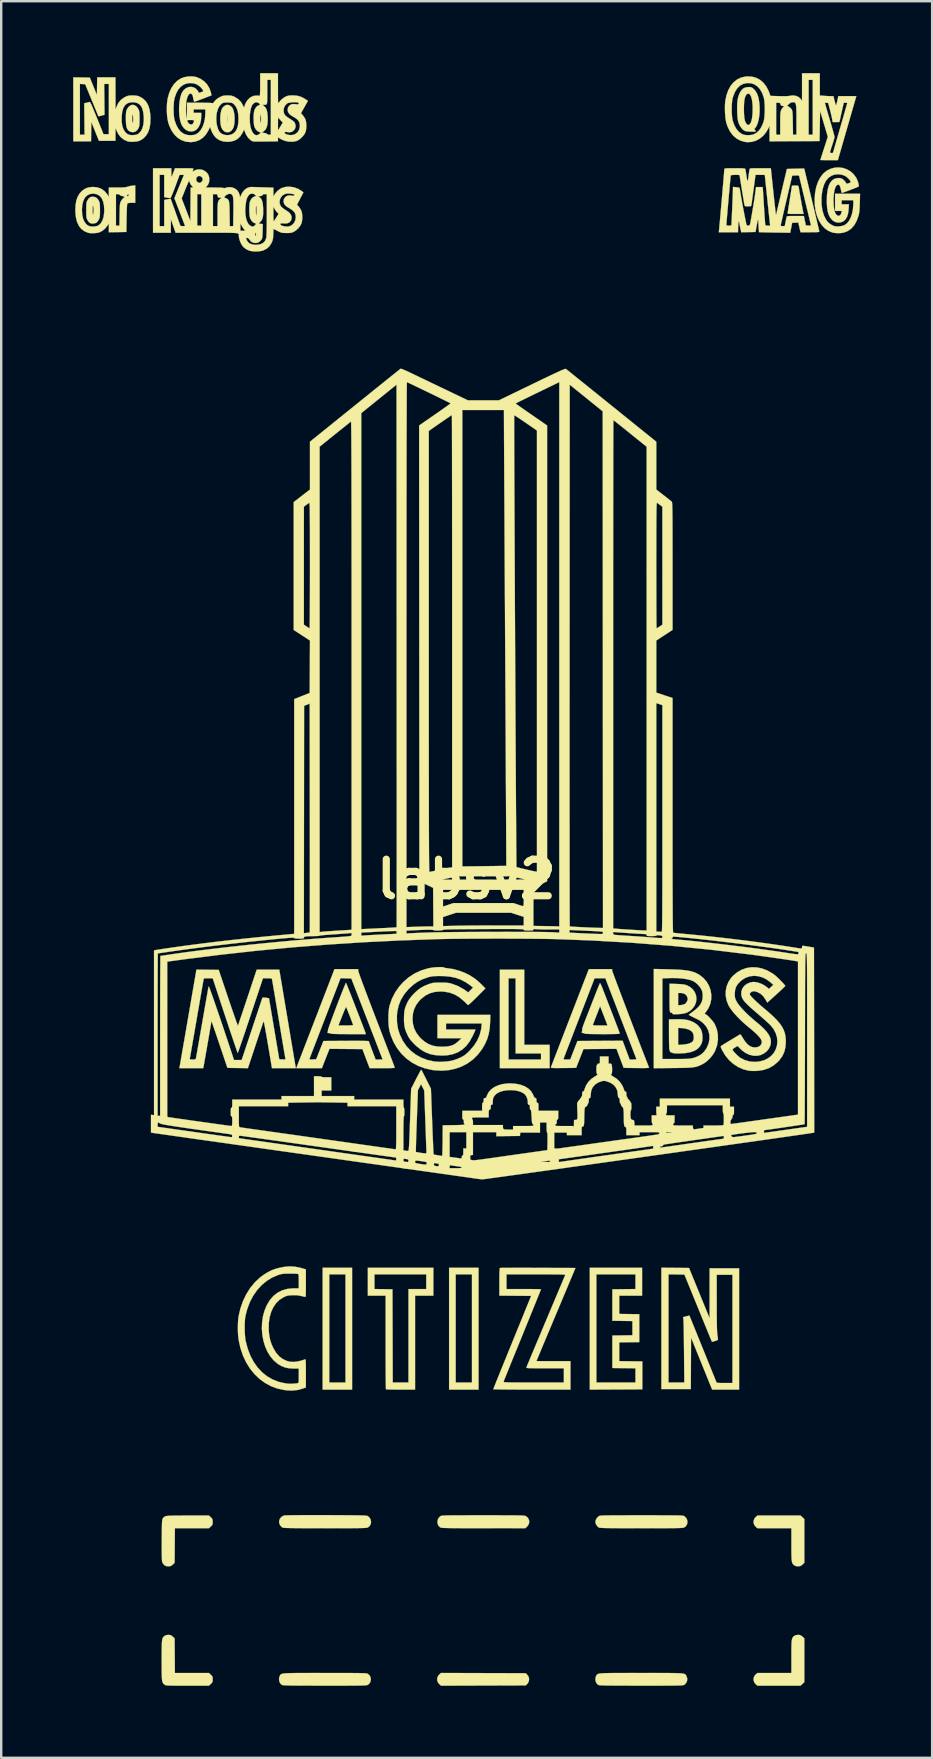
<source format=kicad_pcb>
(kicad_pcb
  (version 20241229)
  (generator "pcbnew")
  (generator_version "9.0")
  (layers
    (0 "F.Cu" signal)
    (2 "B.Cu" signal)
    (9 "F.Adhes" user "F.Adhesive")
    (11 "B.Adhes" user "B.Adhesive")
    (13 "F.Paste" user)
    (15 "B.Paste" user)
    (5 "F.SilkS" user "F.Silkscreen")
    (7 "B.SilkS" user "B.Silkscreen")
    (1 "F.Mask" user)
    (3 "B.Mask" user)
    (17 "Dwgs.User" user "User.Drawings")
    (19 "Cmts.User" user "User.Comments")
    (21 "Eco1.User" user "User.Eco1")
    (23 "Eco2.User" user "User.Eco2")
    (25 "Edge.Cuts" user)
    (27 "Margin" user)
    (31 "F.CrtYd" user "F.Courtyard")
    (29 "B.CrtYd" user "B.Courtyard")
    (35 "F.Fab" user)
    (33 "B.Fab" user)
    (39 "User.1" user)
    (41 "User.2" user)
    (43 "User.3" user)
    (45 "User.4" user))
  (footprint "labsv2"
    (layer "F.Cu")
    (at 16.388 33.596)
    (property "Reference" "labsv2" (at 0 0 0) (layer "F.SilkS") (effects (font (size 1.524 1.524) (thickness 0.3))))
    (attr through_hole)
    (fp_poly (pts (xy -4.763 21.273) (xy -5.99 21.273) (xy -5.99 16.468) (xy -5.715 16.468) (xy -5.715 20.976) (xy -5.038 20.976) (xy -5.038 16.468) (xy -5.715 16.468) (xy -5.99 16.468) (xy -5.99 16.192) (xy -4.763 16.192) (xy -4.763 21.273)) (stroke (width 0.01) (type solid)) (fill yes) (layer "F.SilkS"))
    (fp_poly (pts (xy 0.508 21.273) (xy -0.72 21.273) (xy -0.72 16.468) (xy -0.445 16.468) (xy -0.445 20.976) (xy 0.233 20.976) (xy 0.233 16.468) (xy -0.445 16.468) (xy -0.72 16.468) (xy -0.72 16.192) (xy 0.508 16.192) (xy 0.508 21.273)) (stroke (width 0.01) (type solid)) (fill yes) (layer "F.SilkS"))
    (fp_poly (pts (xy 2.413 6.9) (xy 3.471 6.9) (xy 3.471 7.874) (xy 1.397 7.874) (xy 1.397 4.128) (xy 1.757 4.128) (xy 1.757 7.514) (xy 3.111 7.514) (xy 3.111 7.26) (xy 2.053 7.26) (xy 2.053 4.128) (xy 1.757 4.128) (xy 1.397 4.128) (xy 1.397 3.768) (xy 2.413 3.768) (xy 2.413 6.9)) (stroke (width 0.01) (type solid)) (fill yes) (layer "F.SilkS"))
    (fp_poly (pts (xy 2.473 33.094) (xy 2.527 33.145) (xy 2.589 33.229) (xy 2.615 33.326) (xy 2.605 33.425) (xy 2.56 33.516) (xy 2.528 33.55) (xy 2.473 33.602) (xy -1.054 33.613) (xy -1.118 33.559) (xy -1.185 33.478) (xy -1.217 33.384) (xy -1.212 33.287) (xy -1.172 33.196) (xy -1.119 33.138) (xy -1.054 33.083) (xy 2.473 33.094)) (stroke (width 0.01) (type solid)) (fill yes) (layer "F.SilkS"))
    (fp_poly (pts (xy 7.324 17.357) (xy 6.371 17.357) (xy 6.371 18.118) (xy 6.789 18.124) (xy 7.207 18.129) (xy 7.207 19.293) (xy 6.371 19.305) (xy 6.371 20.086) (xy 6.853 20.092) (xy 7.334 20.098) (xy 7.334 21.262) (xy 5.144 21.273) (xy 5.144 16.468) (xy 5.419 16.468) (xy 5.419 20.976) (xy 7.048 20.976) (xy 7.048 20.384) (xy 6.085 20.373) (xy 6.085 19.018) (xy 6.503 19.013) (xy 6.921 19.007) (xy 6.921 18.416) (xy 6.085 18.404) (xy 6.085 17.092) (xy 7.048 17.081) (xy 7.048 16.468) (xy 5.419 16.468) (xy 5.144 16.468) (xy 5.144 16.192) (xy 7.324 16.192) (xy 7.324 17.357)) (stroke (width 0.01) (type solid)) (fill yes) (layer "F.SilkS"))
    (fp_poly (pts (xy 13.896 31.501) (xy 13.948 31.521) (xy 14.005 31.566) (xy 14.007 31.568) (xy 14.086 31.641) (xy 14.086 33.468) (xy 13.928 33.613) (xy 12.132 33.613) (xy 12.068 33.559) (xy 12.001 33.478) (xy 11.97 33.384) (xy 11.975 33.287) (xy 12.015 33.196) (xy 12.067 33.138) (xy 12.132 33.084) (xy 13.547 33.084) (xy 13.547 32.405) (xy 13.547 32.204) (xy 13.548 32.039) (xy 13.551 31.909) (xy 13.556 31.806) (xy 13.564 31.728) (xy 13.575 31.67) (xy 13.59 31.626) (xy 13.61 31.593) (xy 13.635 31.566) (xy 13.663 31.542) (xy 13.729 31.508) (xy 13.816 31.496) (xy 13.825 31.496) (xy 13.896 31.501)) (stroke (width 0.01) (type solid)) (fill yes) (layer "F.SilkS"))
    (fp_poly (pts (xy 14.086 26.667) (xy 14.086 28.494) (xy 14.007 28.566) (xy 13.95 28.612) (xy 13.898 28.633) (xy 13.829 28.638) (xy 13.825 28.639) (xy 13.736 28.629) (xy 13.669 28.597) (xy 13.663 28.593) (xy 13.633 28.567) (xy 13.608 28.539) (xy 13.589 28.506) (xy 13.574 28.462) (xy 13.563 28.402) (xy 13.555 28.323) (xy 13.551 28.219) (xy 13.548 28.086) (xy 13.547 27.92) (xy 13.547 27.729) (xy 13.547 27.051) (xy 12.132 27.051) (xy 12.068 26.997) (xy 12.001 26.917) (xy 11.97 26.823) (xy 11.975 26.725) (xy 12.015 26.634) (xy 12.067 26.576) (xy 12.132 26.522) (xy 13.928 26.522) (xy 14.086 26.667)) (stroke (width 0.01) (type solid)) (fill yes) (layer "F.SilkS"))
    (fp_poly (pts (xy -1.376 17.357) (xy -2.138 17.357) (xy -2.138 21.273) (xy -2.738 21.273) (xy -2.893 21.272) (xy -3.034 21.271) (xy -3.156 21.269) (xy -3.253 21.266) (xy -3.32 21.263) (xy -3.35 21.259) (xy -3.351 21.258) (xy -3.353 21.236) (xy -3.355 21.174) (xy -3.357 21.075) (xy -3.359 20.943) (xy -3.361 20.781) (xy -3.362 20.591) (xy -3.363 20.377) (xy -3.364 20.142) (xy -3.365 19.888) (xy -3.365 19.618) (xy -3.365 19.337) (xy -3.365 19.3) (xy -3.365 17.357) (xy -4.106 17.357) (xy -4.106 16.468) (xy -3.831 16.468) (xy -3.831 17.081) (xy -3.455 17.086) (xy -3.08 17.092) (xy -3.074 19.034) (xy -3.069 20.976) (xy -2.413 20.976) (xy -2.413 17.081) (xy -1.672 17.081) (xy -1.672 16.468) (xy -3.831 16.468) (xy -4.106 16.468) (xy -4.106 16.192) (xy -1.376 16.192) (xy -1.376 17.357)) (stroke (width 0.01) (type solid)) (fill yes) (layer "F.SilkS"))
    (fp_poly (pts (xy 13.81 -28.909) (xy 13.836 -28.892) (xy 13.851 -28.855) (xy 13.863 -28.79) (xy 13.875 -28.702) (xy 13.883 -28.652) (xy 13.897 -28.571) (xy 13.916 -28.465) (xy 13.937 -28.344) (xy 13.961 -28.217) (xy 13.984 -28.091) (xy 14.005 -27.975) (xy 14.024 -27.877) (xy 14.038 -27.807) (xy 14.044 -27.776) (xy 14.055 -27.728) (xy 13.718 -27.728) (xy 13.592 -27.729) (xy 13.502 -27.73) (xy 13.442 -27.733) (xy 13.408 -27.739) (xy 13.392 -27.748) (xy 13.389 -27.76) (xy 13.39 -27.765) (xy 13.395 -27.795) (xy 13.406 -27.859) (xy 13.42 -27.95) (xy 13.438 -28.062) (xy 13.458 -28.188) (xy 13.479 -28.321) (xy 13.5 -28.455) (xy 13.52 -28.583) (xy 13.538 -28.698) (xy 13.552 -28.793) (xy 13.563 -28.862) (xy 13.568 -28.897) (xy 13.568 -28.901) (xy 13.587 -28.907) (xy 13.638 -28.912) (xy 13.704 -28.914) (xy 13.768 -28.914) (xy 13.81 -28.909)) (stroke (width 0.01) (type solid)) (fill yes) (layer "F.SilkS"))
    (fp_poly (pts (xy -9.885 -32.261) (xy -9.811 -32.215) (xy -9.75 -32.15) (xy -9.741 -32.134) (xy -9.701 -32.034) (xy -9.674 -31.904) (xy -9.66 -31.758) (xy -9.66 -31.606) (xy -9.675 -31.46) (xy -9.696 -31.359) (xy -9.727 -31.29) (xy -9.775 -31.222) (xy -9.79 -31.206) (xy -9.843 -31.161) (xy -9.894 -31.14) (xy -9.959 -31.136) (xy -10.029 -31.141) (xy -10.08 -31.164) (xy -10.128 -31.206) (xy -10.178 -31.269) (xy -10.215 -31.341) (xy -10.221 -31.36) (xy -10.248 -31.499) (xy -10.259 -31.652) (xy -10.258 -31.697) (xy -9.962 -31.697) (xy -9.961 -31.616) (xy -9.959 -31.566) (xy -9.957 -31.55) (xy -9.954 -31.572) (xy -9.954 -31.575) (xy -9.951 -31.663) (xy -9.952 -31.763) (xy -9.954 -31.807) (xy -9.957 -31.836) (xy -9.959 -31.827) (xy -9.961 -31.781) (xy -9.962 -31.704) (xy -9.962 -31.697) (xy -10.258 -31.697) (xy -10.255 -31.806) (xy -10.237 -31.949) (xy -10.205 -32.071) (xy -10.177 -32.134) (xy -10.122 -32.202) (xy -10.049 -32.253) (xy -9.974 -32.278) (xy -9.959 -32.279) (xy -9.885 -32.261)) (stroke (width 0.01) (type solid)) (fill yes) (layer "F.SilkS"))
    (fp_poly (pts (xy -10.652 26.594) (xy -10.606 26.64) (xy -10.583 26.68) (xy -10.574 26.732) (xy -10.573 26.786) (xy -10.575 26.858) (xy -10.587 26.905) (xy -10.616 26.944) (xy -10.652 26.979) (xy -10.731 27.051) (xy -12.148 27.051) (xy -12.154 27.772) (xy -12.16 28.494) (xy -12.239 28.566) (xy -12.296 28.612) (xy -12.348 28.633) (xy -12.418 28.638) (xy -12.423 28.639) (xy -12.502 28.632) (xy -12.561 28.607) (xy -12.592 28.584) (xy -12.642 28.527) (xy -12.677 28.459) (xy -12.68 28.452) (xy -12.686 28.405) (xy -12.691 28.317) (xy -12.695 28.186) (xy -12.697 28.015) (xy -12.697 27.803) (xy -12.696 27.55) (xy -12.696 27.534) (xy -12.694 27.323) (xy -12.693 27.151) (xy -12.691 27.012) (xy -12.688 26.903) (xy -12.685 26.82) (xy -12.681 26.758) (xy -12.676 26.714) (xy -12.67 26.683) (xy -12.662 26.661) (xy -12.652 26.644) (xy -12.645 26.634) (xy -12.625 26.608) (xy -12.604 26.586) (xy -12.58 26.568) (xy -12.547 26.554) (xy -12.503 26.543) (xy -12.442 26.535) (xy -12.362 26.529) (xy -12.257 26.526) (xy -12.125 26.524) (xy -11.961 26.523) (xy -11.761 26.522) (xy -11.615 26.522) (xy -10.731 26.522) (xy -10.652 26.594)) (stroke (width 0.01) (type solid)) (fill yes) (layer "F.SilkS"))
    (fp_poly (pts (xy -13.825 -32.259) (xy -13.747 -32.205) (xy -13.684 -32.125) (xy -13.667 -32.093) (xy -13.648 -32.048) (xy -13.635 -32.001) (xy -13.627 -31.943) (xy -13.623 -31.866) (xy -13.621 -31.76) (xy -13.621 -31.697) (xy -13.622 -31.574) (xy -13.624 -31.484) (xy -13.631 -31.418) (xy -13.641 -31.368) (xy -13.657 -31.323) (xy -13.667 -31.302) (xy -13.728 -31.212) (xy -13.808 -31.156) (xy -13.901 -31.135) (xy -13.999 -31.153) (xy -14.047 -31.177) (xy -14.1 -31.221) (xy -14.14 -31.282) (xy -14.167 -31.365) (xy -14.184 -31.477) (xy -14.191 -31.623) (xy -14.192 -31.698) (xy -13.928 -31.698) (xy -13.925 -31.61) (xy -13.919 -31.548) (xy -13.909 -31.518) (xy -13.906 -31.517) (xy -13.896 -31.537) (xy -13.889 -31.591) (xy -13.885 -31.671) (xy -13.885 -31.685) (xy -13.888 -31.766) (xy -13.894 -31.829) (xy -13.904 -31.864) (xy -13.906 -31.866) (xy -13.918 -31.854) (xy -13.925 -31.802) (xy -13.928 -31.714) (xy -13.928 -31.698) (xy -14.192 -31.698) (xy -14.192 -31.708) (xy -14.191 -31.829) (xy -14.188 -31.917) (xy -14.181 -31.981) (xy -14.17 -32.032) (xy -14.153 -32.078) (xy -14.146 -32.093) (xy -14.089 -32.181) (xy -14.015 -32.245) (xy -13.934 -32.277) (xy -13.906 -32.279) (xy -13.825 -32.259)) (stroke (width 0.01) (type solid)) (fill yes) (layer "F.SilkS"))
    (fp_poly (pts (xy 8.768 4.365) (xy 8.9 4.371) (xy 8.999 4.378) (xy 9.076 4.389) (xy 9.141 4.405) (xy 9.196 4.424) (xy 9.334 4.497) (xy 9.445 4.597) (xy 9.525 4.716) (xy 9.574 4.848) (xy 9.59 4.988) (xy 9.572 5.129) (xy 9.519 5.265) (xy 9.429 5.39) (xy 9.411 5.408) (xy 9.317 5.49) (xy 9.216 5.549) (xy 9.098 5.59) (xy 8.956 5.614) (xy 8.821 5.625) (xy 8.72 5.629) (xy 8.654 5.63) (xy 8.616 5.626) (xy 8.598 5.617) (xy 8.594 5.602) (xy 8.576 5.573) (xy 8.543 5.567) (xy 8.522 5.564) (xy 8.505 5.554) (xy 8.492 5.532) (xy 8.482 5.494) (xy 8.475 5.434) (xy 8.471 5.35) (xy 8.468 5.237) (xy 8.467 5.09) (xy 8.467 4.906) (xy 8.467 4.895) (xy 8.467 4.741) (xy 8.826 4.741) (xy 8.826 5.255) (xy 8.944 5.245) (xy 9.039 5.228) (xy 9.111 5.198) (xy 9.118 5.192) (xy 9.165 5.143) (xy 9.202 5.079) (xy 9.206 5.07) (xy 9.224 5.011) (xy 9.223 4.961) (xy 9.206 4.905) (xy 9.156 4.823) (xy 9.075 4.768) (xy 8.967 4.743) (xy 8.927 4.741) (xy 8.826 4.741) (xy 8.467 4.741) (xy 8.467 4.355) (xy 8.768 4.365)) (stroke (width 0.01) (type solid)) (fill yes) (layer "F.SilkS"))
    (fp_poly (pts (xy -12.351 31.501) (xy -12.298 31.521) (xy -12.242 31.566) (xy -12.239 31.568) (xy -12.16 31.641) (xy -12.154 32.362) (xy -12.148 33.084) (xy -10.731 33.084) (xy -10.652 33.156) (xy -10.606 33.202) (xy -10.583 33.241) (xy -10.574 33.293) (xy -10.573 33.348) (xy -10.575 33.42) (xy -10.587 33.466) (xy -10.616 33.506) (xy -10.652 33.54) (xy -10.731 33.613) (xy -11.628 33.613) (xy -11.846 33.613) (xy -12.026 33.612) (xy -12.172 33.612) (xy -12.287 33.61) (xy -12.376 33.608) (xy -12.443 33.605) (xy -12.491 33.601) (xy -12.525 33.596) (xy -12.548 33.588) (xy -12.566 33.58) (xy -12.581 33.569) (xy -12.583 33.567) (xy -12.611 33.544) (xy -12.635 33.519) (xy -12.653 33.49) (xy -12.668 33.451) (xy -12.679 33.4) (xy -12.688 33.331) (xy -12.693 33.24) (xy -12.697 33.124) (xy -12.699 32.979) (xy -12.7 32.799) (xy -12.7 32.582) (xy -12.7 32.554) (xy -12.7 32.333) (xy -12.699 32.149) (xy -12.697 32) (xy -12.694 31.881) (xy -12.688 31.787) (xy -12.68 31.716) (xy -12.67 31.663) (xy -12.655 31.623) (xy -12.637 31.592) (xy -12.614 31.568) (xy -12.587 31.545) (xy -12.583 31.542) (xy -12.518 31.508) (xy -12.431 31.496) (xy -12.422 31.496) (xy -12.351 31.501)) (stroke (width 0.01) (type solid)) (fill yes) (layer "F.SilkS"))
    (fp_poly (pts (xy -15.471 -28.432) (xy -15.391 -28.383) (xy -15.328 -28.297) (xy -15.322 -28.285) (xy -15.301 -28.24) (xy -15.288 -28.196) (xy -15.279 -28.144) (xy -15.274 -28.074) (xy -15.272 -27.978) (xy -15.272 -27.887) (xy -15.272 -27.766) (xy -15.275 -27.678) (xy -15.281 -27.614) (xy -15.291 -27.565) (xy -15.306 -27.522) (xy -15.322 -27.49) (xy -15.366 -27.419) (xy -15.415 -27.368) (xy -15.432 -27.357) (xy -15.511 -27.332) (xy -15.599 -27.328) (xy -15.676 -27.346) (xy -15.701 -27.359) (xy -15.74 -27.398) (xy -15.782 -27.457) (xy -15.796 -27.481) (xy -15.814 -27.519) (xy -15.827 -27.559) (xy -15.836 -27.607) (xy -15.841 -27.674) (xy -15.843 -27.766) (xy -15.843 -27.887) (xy -15.578 -27.887) (xy -15.576 -27.785) (xy -15.572 -27.724) (xy -15.563 -27.703) (xy -15.557 -27.707) (xy -15.547 -27.743) (xy -15.54 -27.808) (xy -15.537 -27.887) (xy -15.537 -27.887) (xy -15.54 -27.966) (xy -15.547 -28.031) (xy -15.557 -28.067) (xy -15.557 -28.067) (xy -15.568 -28.066) (xy -15.574 -28.026) (xy -15.578 -27.945) (xy -15.578 -27.887) (xy -15.843 -27.887) (xy -15.843 -28.012) (xy -15.84 -28.104) (xy -15.836 -28.169) (xy -15.827 -28.217) (xy -15.814 -28.256) (xy -15.796 -28.293) (xy -15.737 -28.38) (xy -15.67 -28.43) (xy -15.588 -28.448) (xy -15.573 -28.448) (xy -15.471 -28.432)) (stroke (width 0.01) (type solid)) (fill yes) (layer "F.SilkS"))
    (fp_poly (pts (xy 1.009 26.511) (xy 1.28 26.511) (xy 1.515 26.512) (xy 1.715 26.512) (xy 1.885 26.513) (xy 2.026 26.514) (xy 2.142 26.516) (xy 2.235 26.518) (xy 2.308 26.52) (xy 2.364 26.524) (xy 2.407 26.528) (xy 2.437 26.532) (xy 2.46 26.538) (xy 2.476 26.544) (xy 2.49 26.551) (xy 2.492 26.553) (xy 2.568 26.621) (xy 2.611 26.707) (xy 2.62 26.802) (xy 2.595 26.895) (xy 2.535 26.978) (xy 2.531 26.982) (xy 2.456 27.051) (xy 0.715 27.05) (xy 0.397 27.05) (xy 0.12 27.05) (xy -0.121 27.049) (xy -0.327 27.048) (xy -0.502 27.047) (xy -0.648 27.045) (xy -0.767 27.043) (xy -0.863 27.041) (xy -0.938 27.038) (xy -0.994 27.034) (xy -1.035 27.03) (xy -1.063 27.025) (xy -1.081 27.02) (xy -1.085 27.018) (xy -1.153 26.959) (xy -1.193 26.878) (xy -1.206 26.787) (xy -1.19 26.693) (xy -1.147 26.609) (xy -1.086 26.551) (xy -1.074 26.544) (xy -1.059 26.538) (xy -1.038 26.532) (xy -1.008 26.528) (xy -0.967 26.524) (xy -0.912 26.521) (xy -0.839 26.518) (xy -0.747 26.516) (xy -0.631 26.514) (xy -0.491 26.513) (xy -0.322 26.512) (xy -0.122 26.512) (xy 0.112 26.511) (xy 0.382 26.511) (xy 0.692 26.511) (xy 0.699 26.511) (xy 1.009 26.511)) (stroke (width 0.01) (type solid)) (fill yes) (layer "F.SilkS"))
    (fp_poly (pts (xy 8.991 5.839) (xy 9.119 5.851) (xy 9.23 5.871) (xy 9.332 5.902) (xy 9.434 5.945) (xy 9.483 5.969) (xy 9.62 6.06) (xy 9.73 6.183) (xy 9.783 6.271) (xy 9.816 6.364) (xy 9.836 6.482) (xy 9.842 6.61) (xy 9.834 6.731) (xy 9.811 6.829) (xy 9.81 6.83) (xy 9.741 6.96) (xy 9.641 7.067) (xy 9.509 7.149) (xy 9.343 7.208) (xy 9.144 7.245) (xy 8.91 7.26) (xy 8.865 7.26) (xy 8.749 7.259) (xy 8.662 7.254) (xy 8.609 7.247) (xy 8.594 7.239) (xy 8.576 7.223) (xy 8.541 7.218) (xy 8.499 7.208) (xy 8.488 7.177) (xy 8.478 7.136) (xy 8.467 7.123) (xy 8.46 7.097) (xy 8.455 7.032) (xy 8.451 6.929) (xy 8.45 6.906) (xy 8.826 6.906) (xy 9.001 6.895) (xy 9.102 6.884) (xy 9.203 6.867) (xy 9.284 6.847) (xy 9.29 6.845) (xy 9.386 6.801) (xy 9.446 6.742) (xy 9.475 6.661) (xy 9.477 6.56) (xy 9.457 6.447) (xy 9.424 6.378) (xy 9.354 6.312) (xy 9.25 6.259) (xy 9.12 6.223) (xy 8.991 6.206) (xy 8.826 6.196) (xy 8.826 6.906) (xy 8.45 6.906) (xy 8.448 6.791) (xy 8.446 6.619) (xy 8.445 6.476) (xy 8.445 5.842) (xy 8.652 5.837) (xy 8.838 5.835) (xy 8.991 5.839)) (stroke (width 0.01) (type solid)) (fill yes) (layer "F.SilkS"))
    (fp_poly (pts (xy -6.177 26.504) (xy -5.837 26.505) (xy -5.529 26.506) (xy -5.262 26.508) (xy -5.031 26.509) (xy -4.833 26.51) (xy -4.667 26.512) (xy -4.53 26.513) (xy -4.417 26.516) (xy -4.327 26.518) (xy -4.257 26.521) (xy -4.204 26.525) (xy -4.165 26.529) (xy -4.137 26.534) (xy -4.118 26.54) (xy -4.104 26.546) (xy -4.1 26.549) (xy -4.027 26.619) (xy -3.984 26.705) (xy -3.972 26.798) (xy -3.99 26.889) (xy -4.039 26.968) (xy -4.108 27.02) (xy -4.124 27.026) (xy -4.151 27.031) (xy -4.19 27.035) (xy -4.245 27.039) (xy -4.318 27.042) (xy -4.413 27.044) (xy -4.531 27.046) (xy -4.676 27.048) (xy -4.849 27.049) (xy -5.054 27.05) (xy -5.294 27.05) (xy -5.57 27.051) (xy -5.886 27.051) (xy -5.889 27.051) (xy -6.215 27.05) (xy -6.502 27.05) (xy -6.751 27.049) (xy -6.964 27.048) (xy -7.145 27.046) (xy -7.294 27.044) (xy -7.414 27.042) (xy -7.508 27.039) (xy -7.578 27.035) (xy -7.626 27.031) (xy -7.654 27.027) (xy -7.662 27.024) (xy -7.708 26.989) (xy -7.755 26.936) (xy -7.764 26.924) (xy -7.802 26.834) (xy -7.803 26.742) (xy -7.771 26.654) (xy -7.709 26.58) (xy -7.622 26.529) (xy -7.595 26.521) (xy -7.557 26.517) (xy -7.477 26.513) (xy -7.357 26.51) (xy -7.197 26.507) (xy -6.998 26.506) (xy -6.761 26.505) (xy -6.487 26.504) (xy -6.177 26.504)) (stroke (width 0.01) (type solid)) (fill yes) (layer "F.SilkS"))
    (fp_poly (pts (xy 7.614 26.511) (xy 7.886 26.511) (xy 8.122 26.512) (xy 8.323 26.512) (xy 8.493 26.513) (xy 8.635 26.515) (xy 8.751 26.516) (xy 8.844 26.518) (xy 8.917 26.521) (xy 8.973 26.524) (xy 9.015 26.528) (xy 9.044 26.533) (xy 9.065 26.538) (xy 9.08 26.545) (xy 9.086 26.549) (xy 9.16 26.619) (xy 9.203 26.705) (xy 9.215 26.798) (xy 9.197 26.889) (xy 9.148 26.968) (xy 9.078 27.02) (xy 9.062 27.026) (xy 9.036 27.031) (xy 8.997 27.035) (xy 8.942 27.039) (xy 8.868 27.042) (xy 8.774 27.044) (xy 8.656 27.046) (xy 8.511 27.048) (xy 8.338 27.049) (xy 8.133 27.05) (xy 7.893 27.05) (xy 7.617 27.051) (xy 7.301 27.051) (xy 7.298 27.051) (xy 6.971 27.05) (xy 6.685 27.05) (xy 6.436 27.049) (xy 6.222 27.048) (xy 6.042 27.046) (xy 5.893 27.044) (xy 5.773 27.042) (xy 5.679 27.039) (xy 5.609 27.035) (xy 5.561 27.031) (xy 5.533 27.027) (xy 5.525 27.024) (xy 5.464 26.975) (xy 5.412 26.903) (xy 5.381 26.825) (xy 5.376 26.789) (xy 5.394 26.705) (xy 5.442 26.622) (xy 5.509 26.555) (xy 5.517 26.549) (xy 5.53 26.543) (xy 5.546 26.537) (xy 5.569 26.531) (xy 5.602 26.527) (xy 5.648 26.523) (xy 5.708 26.52) (xy 5.787 26.518) (xy 5.886 26.516) (xy 6.009 26.514) (xy 6.159 26.513) (xy 6.337 26.512) (xy 6.548 26.512) (xy 6.793 26.511) (xy 7.076 26.511) (xy 7.303 26.511) (xy 7.614 26.511)) (stroke (width 0.01) (type solid)) (fill yes) (layer "F.SilkS"))
    (fp_poly (pts (xy -5.894 33.084) (xy -5.581 33.084) (xy -5.307 33.084) (xy -5.071 33.084) (xy -4.868 33.085) (xy -4.696 33.086) (xy -4.554 33.087) (xy -4.437 33.089) (xy -4.343 33.091) (xy -4.269 33.094) (xy -4.213 33.097) (xy -4.171 33.101) (xy -4.142 33.106) (xy -4.121 33.112) (xy -4.108 33.118) (xy -4.107 33.118) (xy -4.034 33.183) (xy -3.992 33.267) (xy -3.98 33.36) (xy -4 33.452) (xy -4.05 33.532) (xy -4.107 33.578) (xy -4.121 33.584) (xy -4.141 33.59) (xy -4.17 33.594) (xy -4.211 33.599) (xy -4.266 33.602) (xy -4.339 33.605) (xy -4.432 33.607) (xy -4.548 33.609) (xy -4.689 33.61) (xy -4.859 33.611) (xy -5.06 33.612) (xy -5.295 33.612) (xy -5.566 33.612) (xy -5.877 33.612) (xy -5.898 33.612) (xy -6.215 33.612) (xy -6.491 33.611) (xy -6.731 33.611) (xy -6.937 33.61) (xy -7.111 33.608) (xy -7.256 33.607) (xy -7.374 33.605) (xy -7.47 33.602) (xy -7.544 33.599) (xy -7.6 33.596) (xy -7.64 33.592) (xy -7.668 33.587) (xy -7.685 33.581) (xy -7.689 33.58) (xy -7.754 33.521) (xy -7.796 33.439) (xy -7.81 33.343) (xy -7.794 33.246) (xy -7.778 33.21) (xy -7.767 33.188) (xy -7.757 33.168) (xy -7.744 33.151) (xy -7.726 33.137) (xy -7.7 33.125) (xy -7.665 33.114) (xy -7.615 33.106) (xy -7.55 33.099) (xy -7.467 33.094) (xy -7.362 33.09) (xy -7.233 33.087) (xy -7.078 33.085) (xy -6.893 33.084) (xy -6.676 33.084) (xy -6.424 33.083) (xy -6.134 33.083) (xy -5.894 33.084)) (stroke (width 0.01) (type solid)) (fill yes) (layer "F.SilkS"))
    (fp_poly (pts (xy 8.131 33.084) (xy 8.338 33.084) (xy 8.514 33.086) (xy 8.661 33.088) (xy 8.783 33.091) (xy 8.881 33.095) (xy 8.959 33.1) (xy 9.019 33.107) (xy 9.064 33.116) (xy 9.097 33.127) (xy 9.121 33.139) (xy 9.137 33.155) (xy 9.15 33.172) (xy 9.162 33.192) (xy 9.173 33.211) (xy 9.205 33.304) (xy 9.201 33.401) (xy 9.166 33.492) (xy 9.101 33.564) (xy 9.08 33.578) (xy 9.066 33.584) (xy 9.046 33.59) (xy 9.017 33.594) (xy 8.976 33.599) (xy 8.921 33.602) (xy 8.848 33.605) (xy 8.755 33.607) (xy 8.639 33.609) (xy 8.498 33.61) (xy 8.328 33.611) (xy 8.127 33.612) (xy 7.892 33.612) (xy 7.621 33.612) (xy 7.31 33.612) (xy 7.289 33.612) (xy 6.972 33.612) (xy 6.695 33.611) (xy 6.456 33.611) (xy 6.25 33.61) (xy 6.076 33.608) (xy 5.931 33.607) (xy 5.812 33.605) (xy 5.717 33.602) (xy 5.643 33.599) (xy 5.587 33.596) (xy 5.547 33.592) (xy 5.519 33.587) (xy 5.502 33.581) (xy 5.498 33.58) (xy 5.432 33.521) (xy 5.391 33.439) (xy 5.377 33.343) (xy 5.393 33.246) (xy 5.408 33.21) (xy 5.42 33.188) (xy 5.43 33.168) (xy 5.443 33.151) (xy 5.461 33.137) (xy 5.486 33.125) (xy 5.522 33.114) (xy 5.571 33.106) (xy 5.636 33.099) (xy 5.72 33.094) (xy 5.825 33.09) (xy 5.953 33.087) (xy 6.109 33.085) (xy 6.294 33.084) (xy 6.511 33.084) (xy 6.763 33.083) (xy 7.053 33.083) (xy 7.293 33.084) (xy 7.611 33.083) (xy 7.889 33.083) (xy 8.131 33.084)) (stroke (width 0.01) (type solid)) (fill yes) (layer "F.SilkS"))
    (fp_poly (pts (xy 11.864 -33.01) (xy 11.911 -32.988) (xy 11.953 -32.959) (xy 12.044 -32.867) (xy 12.118 -32.741) (xy 12.172 -32.582) (xy 12.18 -32.549) (xy 12.209 -32.374) (xy 12.223 -32.19) (xy 12.223 -32.004) (xy 12.209 -31.823) (xy 12.182 -31.655) (xy 12.143 -31.508) (xy 12.092 -31.389) (xy 12.05 -31.325) (xy 12.017 -31.282) (xy 12.01 -31.255) (xy 12.026 -31.229) (xy 12.031 -31.224) (xy 12.057 -31.189) (xy 12.065 -31.172) (xy 12.046 -31.163) (xy 11.995 -31.158) (xy 11.922 -31.157) (xy 11.838 -31.159) (xy 11.754 -31.165) (xy 11.679 -31.172) (xy 11.624 -31.182) (xy 11.609 -31.187) (xy 11.529 -31.24) (xy 11.453 -31.325) (xy 11.386 -31.431) (xy 11.342 -31.537) (xy 11.322 -31.611) (xy 11.307 -31.694) (xy 11.297 -31.796) (xy 11.29 -31.927) (xy 11.287 -31.994) (xy 11.286 -32.099) (xy 11.568 -32.099) (xy 11.572 -31.909) (xy 11.584 -31.756) (xy 11.604 -31.637) (xy 11.635 -31.548) (xy 11.675 -31.484) (xy 11.685 -31.474) (xy 11.721 -31.441) (xy 11.749 -31.436) (xy 11.789 -31.453) (xy 11.79 -31.454) (xy 11.838 -31.502) (xy 11.876 -31.59) (xy 11.906 -31.716) (xy 11.925 -31.877) (xy 11.932 -32.015) (xy 11.933 -32.197) (xy 11.922 -32.359) (xy 11.902 -32.496) (xy 11.872 -32.606) (xy 11.835 -32.686) (xy 11.792 -32.734) (xy 11.742 -32.745) (xy 11.688 -32.717) (xy 11.685 -32.714) (xy 11.642 -32.658) (xy 11.609 -32.574) (xy 11.586 -32.46) (xy 11.573 -32.312) (xy 11.568 -32.126) (xy 11.568 -32.099) (xy 11.286 -32.099) (xy 11.285 -32.199) (xy 11.292 -32.37) (xy 11.31 -32.513) (xy 11.34 -32.636) (xy 11.383 -32.747) (xy 11.389 -32.761) (xy 11.456 -32.874) (xy 11.53 -32.951) (xy 11.619 -32.996) (xy 11.731 -33.016) (xy 11.734 -33.016) (xy 11.811 -33.018) (xy 11.864 -33.01)) (stroke (width 0.01) (type solid)) (fill yes) (layer "F.SilkS"))
    (fp_poly (pts (xy -5.008 4.337) (xy -4.985 4.391) (xy -4.951 4.476) (xy -4.907 4.587) (xy -4.854 4.72) (xy -4.795 4.87) (xy -4.731 5.033) (xy -4.664 5.205) (xy -4.596 5.381) (xy -4.528 5.556) (xy -4.462 5.726) (xy -4.4 5.888) (xy -4.343 6.035) (xy -4.293 6.165) (xy -4.253 6.272) (xy -4.223 6.352) (xy -4.205 6.401) (xy -4.203 6.408) (xy -4.188 6.456) (xy -4.92 6.456) (xy -5.137 6.455) (xy -5.317 6.453) (xy -5.46 6.45) (xy -5.564 6.446) (xy -5.628 6.441) (xy -5.651 6.435) (xy -5.652 6.435) (xy -5.67 6.421) (xy -5.716 6.414) (xy -5.727 6.413) (xy -5.778 6.408) (xy -5.789 6.392) (xy -5.788 6.39) (xy -5.777 6.355) (xy -5.769 6.298) (xy -5.767 6.279) (xy -5.759 6.246) (xy -5.737 6.18) (xy -5.708 6.096) (xy -5.334 6.096) (xy -5.027 6.096) (xy -4.917 6.095) (xy -4.825 6.091) (xy -4.758 6.086) (xy -4.723 6.08) (xy -4.72 6.077) (xy -4.728 6.052) (xy -4.748 5.996) (xy -4.777 5.916) (xy -4.814 5.819) (xy -4.854 5.714) (xy -4.896 5.608) (xy -4.935 5.509) (xy -4.969 5.424) (xy -4.994 5.362) (xy -5.009 5.329) (xy -5.01 5.327) (xy -5.022 5.338) (xy -5.046 5.383) (xy -5.079 5.456) (xy -5.118 5.549) (xy -5.147 5.622) (xy -5.192 5.736) (xy -5.233 5.843) (xy -5.269 5.932) (xy -5.294 5.997) (xy -5.302 6.017) (xy -5.334 6.096) (xy -5.708 6.096) (xy -5.704 6.085) (xy -5.661 5.966) (xy -5.61 5.828) (xy -5.553 5.674) (xy -5.491 5.51) (xy -5.427 5.341) (xy -5.362 5.17) (xy -5.297 5.003) (xy -5.235 4.844) (xy -5.178 4.698) (xy -5.126 4.569) (xy -5.082 4.462) (xy -5.048 4.382) (xy -5.026 4.332) (xy -5.017 4.318) (xy -5.008 4.337)) (stroke (width 0.01) (type solid)) (fill yes) (layer "F.SilkS"))
    (fp_poly (pts (xy 5.581 4.343) (xy 5.605 4.386) (xy 5.636 4.455) (xy 5.663 4.523) (xy 5.689 4.588) (xy 5.727 4.688) (xy 5.777 4.815) (xy 5.835 4.966) (xy 5.9 5.135) (xy 5.97 5.315) (xy 6.042 5.501) (xy 6.068 5.567) (xy 6.137 5.745) (xy 6.201 5.912) (xy 6.258 6.063) (xy 6.308 6.193) (xy 6.347 6.299) (xy 6.375 6.376) (xy 6.39 6.421) (xy 6.392 6.429) (xy 6.383 6.437) (xy 6.355 6.443) (xy 6.303 6.447) (xy 6.224 6.451) (xy 6.115 6.453) (xy 5.973 6.455) (xy 5.794 6.456) (xy 5.662 6.456) (xy 5.445 6.455) (xy 5.265 6.453) (xy 5.122 6.45) (xy 5.018 6.446) (xy 4.955 6.441) (xy 4.932 6.435) (xy 4.932 6.435) (xy 4.913 6.42) (xy 4.869 6.414) (xy 4.868 6.413) (xy 4.819 6.403) (xy 4.806 6.373) (xy 4.825 6.33) (xy 4.833 6.29) (xy 4.826 6.276) (xy 4.826 6.247) (xy 4.842 6.185) (xy 4.873 6.093) (xy 4.877 6.082) (xy 5.271 6.082) (xy 5.29 6.087) (xy 5.345 6.091) (xy 5.427 6.094) (xy 5.53 6.096) (xy 5.576 6.096) (xy 5.882 6.096) (xy 5.854 6.017) (xy 5.836 5.97) (xy 5.807 5.892) (xy 5.768 5.793) (xy 5.725 5.681) (xy 5.699 5.614) (xy 5.574 5.292) (xy 5.422 5.68) (xy 5.376 5.8) (xy 5.335 5.906) (xy 5.302 5.992) (xy 5.28 6.053) (xy 5.271 6.081) (xy 5.271 6.082) (xy 4.877 6.082) (xy 4.916 5.977) (xy 4.919 5.968) (xy 4.955 5.877) (xy 5.004 5.753) (xy 5.061 5.605) (xy 5.126 5.44) (xy 5.194 5.266) (xy 5.262 5.09) (xy 5.291 5.016) (xy 5.353 4.858) (xy 5.411 4.711) (xy 5.462 4.582) (xy 5.505 4.475) (xy 5.539 4.395) (xy 5.56 4.345) (xy 5.567 4.332) (xy 5.581 4.343)) (stroke (width 0.01) (type solid)) (fill yes) (layer "F.SilkS"))
    (fp_poly (pts (xy 8.705 16.197) (xy 9.281 16.203) (xy 10.138 18.299) (xy 10.138 17.256) (xy 10.139 16.214) (xy 11.367 16.214) (xy 11.367 21.273) (xy 10.245 21.273) (xy 10.212 21.193) (xy 10.198 21.158) (xy 10.169 21.088) (xy 10.128 20.987) (xy 10.076 20.859) (xy 10.015 20.708) (xy 9.946 20.538) (xy 9.871 20.353) (xy 9.792 20.157) (xy 9.772 20.109) (xy 9.366 19.105) (xy 9.355 21.251) (xy 8.128 21.251) (xy 8.128 20.976) (xy 8.424 20.976) (xy 9.084 20.976) (xy 9.072 19.733) (xy 9.07 19.503) (xy 9.067 19.283) (xy 9.065 19.077) (xy 9.062 18.89) (xy 9.059 18.724) (xy 9.056 18.585) (xy 9.053 18.476) (xy 9.05 18.402) (xy 9.048 18.37) (xy 9.035 18.252) (xy 9.165 18.219) (xy 9.296 18.186) (xy 9.324 18.253) (xy 9.338 18.287) (xy 9.366 18.356) (xy 9.406 18.456) (xy 9.457 18.582) (xy 9.518 18.73) (xy 9.585 18.897) (xy 9.659 19.079) (xy 9.737 19.271) (xy 9.817 19.469) (xy 9.899 19.671) (xy 9.979 19.87) (xy 10.058 20.065) (xy 10.133 20.25) (xy 10.203 20.422) (xy 10.265 20.576) (xy 10.319 20.709) (xy 10.362 20.817) (xy 10.394 20.896) (xy 10.412 20.941) (xy 10.416 20.95) (xy 10.424 20.968) (xy 10.438 20.981) (xy 10.463 20.989) (xy 10.507 20.994) (xy 10.576 20.996) (xy 10.676 20.997) (xy 10.763 20.997) (xy 11.091 20.997) (xy 11.091 16.489) (xy 10.435 16.489) (xy 10.436 17.669) (xy 10.436 17.941) (xy 10.437 18.174) (xy 10.439 18.372) (xy 10.441 18.537) (xy 10.444 18.674) (xy 10.447 18.785) (xy 10.452 18.873) (xy 10.457 18.943) (xy 10.463 18.997) (xy 10.467 19.018) (xy 10.479 19.098) (xy 10.485 19.161) (xy 10.484 19.197) (xy 10.482 19.201) (xy 10.455 19.215) (xy 10.404 19.234) (xy 10.343 19.254) (xy 10.286 19.271) (xy 10.246 19.28) (xy 10.236 19.28) (xy 10.227 19.259) (xy 10.203 19.203) (xy 10.166 19.114) (xy 10.117 18.994) (xy 10.057 18.849) (xy 9.988 18.679) (xy 9.91 18.489) (xy 9.825 18.282) (xy 9.735 18.061) (xy 9.659 17.875) (xy 9.089 16.478) (xy 8.757 16.472) (xy 8.424 16.467) (xy 8.424 20.976) (xy 8.128 20.976) (xy 8.128 16.192) (xy 8.705 16.197)) (stroke (width 0.01) (type solid)) (fill yes) (layer "F.SilkS"))
    (fp_poly (pts (xy 8.398 3.754) (xy 8.647 3.761) (xy 8.86 3.771) (xy 9.04 3.785) (xy 9.192 3.803) (xy 9.323 3.827) (xy 9.436 3.857) (xy 9.538 3.894) (xy 9.632 3.939) (xy 9.724 3.994) (xy 9.729 3.997) (xy 9.887 4.123) (xy 10.015 4.272) (xy 10.112 4.44) (xy 10.177 4.621) (xy 10.209 4.81) (xy 10.207 5) (xy 10.169 5.188) (xy 10.095 5.366) (xy 10.023 5.479) (xy 9.932 5.603) (xy 9.99 5.637) (xy 10.048 5.681) (xy 10.12 5.75) (xy 10.197 5.833) (xy 10.27 5.919) (xy 10.329 6) (xy 10.359 6.05) (xy 10.44 6.256) (xy 10.483 6.473) (xy 10.486 6.695) (xy 10.451 6.917) (xy 10.376 7.133) (xy 10.36 7.169) (xy 10.275 7.312) (xy 10.164 7.451) (xy 10.037 7.576) (xy 9.903 7.675) (xy 9.821 7.72) (xy 9.747 7.754) (xy 9.681 7.782) (xy 9.616 7.805) (xy 9.548 7.823) (xy 9.472 7.837) (xy 9.383 7.847) (xy 9.277 7.855) (xy 9.147 7.86) (xy 8.989 7.864) (xy 8.798 7.867) (xy 8.61 7.869) (xy 7.811 7.877) (xy 7.811 4.134) (xy 8.17 4.134) (xy 8.17 7.493) (xy 8.728 7.493) (xy 8.903 7.493) (xy 9.042 7.491) (xy 9.151 7.489) (xy 9.237 7.485) (xy 9.307 7.478) (xy 9.366 7.469) (xy 9.422 7.458) (xy 9.451 7.451) (xy 9.634 7.389) (xy 9.785 7.303) (xy 9.909 7.189) (xy 10.011 7.043) (xy 10.027 7.013) (xy 10.1 6.835) (xy 10.133 6.656) (xy 10.128 6.479) (xy 10.085 6.31) (xy 10.005 6.153) (xy 9.904 6.03) (xy 9.838 5.969) (xy 9.769 5.917) (xy 9.687 5.867) (xy 9.58 5.811) (xy 9.525 5.785) (xy 9.431 5.739) (xy 9.353 5.7) (xy 9.298 5.67) (xy 9.272 5.653) (xy 9.271 5.651) (xy 9.287 5.634) (xy 9.33 5.6) (xy 9.39 5.555) (xy 9.403 5.546) (xy 9.557 5.43) (xy 9.674 5.321) (xy 9.758 5.215) (xy 9.813 5.105) (xy 9.843 4.986) (xy 9.85 4.866) (xy 9.847 4.768) (xy 9.834 4.692) (xy 9.808 4.62) (xy 9.792 4.586) (xy 9.72 4.473) (xy 9.619 4.366) (xy 9.505 4.277) (xy 9.436 4.238) (xy 9.316 4.196) (xy 9.163 4.161) (xy 8.983 4.136) (xy 8.783 4.121) (xy 8.573 4.118) (xy 8.433 4.122) (xy 8.17 4.134) (xy 7.811 4.134) (xy 7.811 3.74) (xy 8.398 3.754)) (stroke (width 0.01) (type solid)) (fill yes) (layer "F.SilkS"))
    (fp_poly (pts (xy 6.075 3.803) (xy 6.082 3.828) (xy 6.104 3.889) (xy 6.138 3.983) (xy 6.184 4.106) (xy 6.24 4.257) (xy 6.305 4.431) (xy 6.378 4.625) (xy 6.458 4.837) (xy 6.543 5.062) (xy 6.632 5.298) (xy 6.725 5.542) (xy 6.819 5.789) (xy 6.914 6.038) (xy 7.008 6.285) (xy 7.101 6.526) (xy 7.19 6.759) (xy 7.275 6.98) (xy 7.355 7.187) (xy 7.428 7.375) (xy 7.493 7.542) (xy 7.549 7.684) (xy 7.594 7.799) (xy 7.614 7.848) (xy 7.609 7.856) (xy 7.585 7.863) (xy 7.538 7.867) (xy 7.463 7.87) (xy 7.357 7.871) (xy 7.215 7.87) (xy 7.09 7.869) (xy 6.556 7.863) (xy 6.406 7.466) (xy 6.256 7.069) (xy 5.569 7.075) (xy 4.882 7.08) (xy 4.728 7.472) (xy 4.575 7.863) (xy 4.042 7.869) (xy 3.872 7.87) (xy 3.742 7.871) (xy 3.645 7.869) (xy 3.579 7.866) (xy 3.539 7.861) (xy 3.521 7.854) (xy 3.519 7.848) (xy 3.528 7.825) (xy 3.552 7.765) (xy 3.588 7.671) (xy 3.636 7.546) (xy 3.659 7.488) (xy 4.049 7.488) (xy 4.055 7.502) (xy 4.091 7.511) (xy 4.162 7.514) (xy 4.183 7.514) (xy 4.329 7.513) (xy 4.479 7.127) (xy 4.63 6.742) (xy 5.571 6.736) (xy 6.512 6.731) (xy 6.805 7.514) (xy 6.95 7.514) (xy 7.03 7.512) (xy 7.074 7.505) (xy 7.086 7.492) (xy 7.085 7.488) (xy 7.076 7.464) (xy 7.053 7.404) (xy 7.017 7.311) (xy 6.969 7.187) (xy 6.911 7.035) (xy 6.843 6.858) (xy 6.766 6.659) (xy 6.683 6.441) (xy 6.593 6.208) (xy 6.498 5.961) (xy 6.434 5.794) (xy 5.793 4.128) (xy 5.344 4.128) (xy 4.701 5.794) (xy 4.604 6.048) (xy 4.51 6.29) (xy 4.422 6.519) (xy 4.341 6.73) (xy 4.267 6.921) (xy 4.202 7.09) (xy 4.147 7.233) (xy 4.103 7.347) (xy 4.071 7.429) (xy 4.053 7.477) (xy 4.049 7.488) (xy 3.659 7.488) (xy 3.696 7.392) (xy 3.765 7.212) (xy 3.844 7.008) (xy 3.93 6.785) (xy 4.023 6.543) (xy 4.122 6.287) (xy 4.226 6.018) (xy 4.282 5.874) (xy 4.388 5.598) (xy 4.491 5.332) (xy 4.589 5.078) (xy 4.681 4.84) (xy 4.766 4.621) (xy 4.842 4.423) (xy 4.91 4.248) (xy 4.967 4.101) (xy 5.013 3.983) (xy 5.046 3.897) (xy 5.065 3.847) (xy 5.07 3.836) (xy 5.106 3.747) (xy 6.075 3.747) (xy 6.075 3.803)) (stroke (width 0.01) (type solid)) (fill yes) (layer "F.SilkS"))
    (fp_poly (pts (xy -4.508 3.814) (xy -4.501 3.843) (xy -4.479 3.909) (xy -4.444 4.01) (xy -4.396 4.142) (xy -4.337 4.303) (xy -4.267 4.491) (xy -4.188 4.702) (xy -4.1 4.935) (xy -4.004 5.187) (xy -3.902 5.455) (xy -3.794 5.736) (xy -3.754 5.84) (xy -3.648 6.115) (xy -3.546 6.38) (xy -3.45 6.631) (xy -3.359 6.866) (xy -3.277 7.082) (xy -3.202 7.276) (xy -3.137 7.446) (xy -3.083 7.589) (xy -3.04 7.702) (xy -3.009 7.782) (xy -2.993 7.827) (xy -2.99 7.836) (xy -2.989 7.848) (xy -2.996 7.857) (xy -3.016 7.863) (xy -3.054 7.868) (xy -3.115 7.871) (xy -3.203 7.873) (xy -3.323 7.874) (xy -3.48 7.874) (xy -3.506 7.874) (xy -4.032 7.874) (xy -4.183 7.477) (xy -4.333 7.08) (xy -5.019 7.075) (xy -5.705 7.069) (xy -5.864 7.472) (xy -6.022 7.874) (xy -6.556 7.874) (xy -7.09 7.874) (xy -7.051 7.773) (xy -7.038 7.74) (xy -7.011 7.669) (xy -6.971 7.565) (xy -6.945 7.498) (xy -6.537 7.498) (xy -6.522 7.509) (xy -6.482 7.512) (xy -6.409 7.51) (xy -6.403 7.51) (xy -6.26 7.504) (xy -5.958 6.742) (xy -5.011 6.736) (xy -4.753 6.735) (xy -4.537 6.735) (xy -4.363 6.736) (xy -4.229 6.739) (xy -4.134 6.742) (xy -4.08 6.747) (xy -4.064 6.752) (xy -4.057 6.778) (xy -4.037 6.837) (xy -4.006 6.922) (xy -3.968 7.027) (xy -3.924 7.144) (xy -3.783 7.514) (xy -3.638 7.514) (xy -3.566 7.513) (xy -3.514 7.512) (xy -3.493 7.509) (xy -3.493 7.509) (xy -3.5 7.489) (xy -3.522 7.432) (xy -3.557 7.342) (xy -3.604 7.22) (xy -3.661 7.071) (xy -3.728 6.897) (xy -3.804 6.7) (xy -3.888 6.484) (xy -3.978 6.252) (xy -4.073 6.006) (xy -4.144 5.821) (xy -4.795 4.138) (xy -5.021 4.132) (xy -5.246 4.126) (xy -5.288 4.238) (xy -5.302 4.275) (xy -5.33 4.349) (xy -5.371 4.455) (xy -5.424 4.591) (xy -5.486 4.754) (xy -5.558 4.939) (xy -5.637 5.144) (xy -5.723 5.366) (xy -5.814 5.601) (xy -5.908 5.846) (xy -5.927 5.895) (xy -6.022 6.139) (xy -6.112 6.373) (xy -6.196 6.592) (xy -6.274 6.794) (xy -6.344 6.976) (xy -6.405 7.135) (xy -6.456 7.267) (xy -6.495 7.37) (xy -6.522 7.441) (xy -6.534 7.475) (xy -6.535 7.478) (xy -6.537 7.498) (xy -6.945 7.498) (xy -6.918 7.43) (xy -6.855 7.267) (xy -6.782 7.078) (xy -6.701 6.867) (xy -6.612 6.636) (xy -6.516 6.389) (xy -6.415 6.127) (xy -6.31 5.855) (xy -6.254 5.71) (xy -5.497 3.747) (xy -4.508 3.747) (xy -4.508 3.814)) (stroke (width 0.01) (type solid)) (fill yes) (layer "F.SilkS"))
    (fp_poly (pts (xy -15.695 -33.412) (xy -15.399 -32.685) (xy -15.393 -33.054) (xy -15.387 -33.422) (xy -14.626 -33.422) (xy -14.624 -32.75) (xy -14.623 -32.078) (xy -14.582 -32.194) (xy -14.506 -32.353) (xy -14.401 -32.482) (xy -14.265 -32.581) (xy -14.239 -32.595) (xy -14.165 -32.631) (xy -14.105 -32.652) (xy -14.043 -32.663) (xy -13.962 -32.667) (xy -13.911 -32.667) (xy -13.808 -32.665) (xy -13.732 -32.656) (xy -13.666 -32.638) (xy -13.607 -32.614) (xy -13.467 -32.529) (xy -13.353 -32.415) (xy -13.267 -32.27) (xy -13.208 -32.095) (xy -13.175 -31.888) (xy -13.166 -31.697) (xy -13.177 -31.478) (xy -13.209 -31.293) (xy -13.264 -31.135) (xy -13.344 -31.002) (xy -13.443 -30.895) (xy -13.53 -30.83) (xy -13.625 -30.78) (xy -13.653 -30.77) (xy -13.74 -30.75) (xy -13.847 -30.739) (xy -13.959 -30.736) (xy -14.058 -30.742) (xy -14.118 -30.754) (xy -14.271 -30.822) (xy -14.402 -30.925) (xy -14.508 -31.059) (xy -14.586 -31.221) (xy -14.597 -31.253) (xy -14.607 -31.284) (xy -14.615 -31.294) (xy -14.62 -31.278) (xy -14.623 -31.234) (xy -14.624 -31.155) (xy -14.625 -31.057) (xy -14.626 -30.776) (xy -14.97 -30.777) (xy -15.314 -30.777) (xy -15.473 -31.171) (xy -15.632 -31.565) (xy -15.637 -31.16) (xy -15.643 -30.755) (xy -16.383 -30.755) (xy -16.383 -31.03) (xy -16.108 -31.03) (xy -15.914 -31.03) (xy -15.921 -31.685) (xy -15.928 -32.34) (xy -15.833 -32.364) (xy -15.768 -32.38) (xy -15.717 -32.393) (xy -15.704 -32.397) (xy -15.692 -32.392) (xy -15.674 -32.368) (xy -15.649 -32.323) (xy -15.616 -32.253) (xy -15.573 -32.155) (xy -15.519 -32.026) (xy -15.452 -31.863) (xy -15.397 -31.729) (xy -15.124 -31.052) (xy -15.012 -31.052) (xy -14.901 -31.052) (xy -14.901 -31.574) (xy -14.366 -31.574) (xy -14.34 -31.393) (xy -14.287 -31.244) (xy -14.207 -31.129) (xy -14.189 -31.111) (xy -14.122 -31.058) (xy -14.053 -31.027) (xy -13.966 -31.015) (xy -13.883 -31.015) (xy -13.789 -31.024) (xy -13.721 -31.043) (xy -13.667 -31.073) (xy -13.578 -31.159) (xy -13.511 -31.279) (xy -13.467 -31.43) (xy -13.445 -31.609) (xy -13.447 -31.788) (xy -13.468 -31.974) (xy -13.507 -32.122) (xy -13.567 -32.236) (xy -13.649 -32.316) (xy -13.753 -32.365) (xy -13.882 -32.385) (xy -13.908 -32.385) (xy -14.04 -32.371) (xy -14.148 -32.328) (xy -14.233 -32.253) (xy -14.297 -32.146) (xy -14.34 -32.004) (xy -14.364 -31.826) (xy -14.366 -31.788) (xy -14.366 -31.574) (xy -14.901 -31.574) (xy -14.901 -33.147) (xy -15.095 -33.147) (xy -15.088 -32.505) (xy -15.081 -31.864) (xy -15.208 -31.826) (xy -15.274 -31.809) (xy -15.322 -31.803) (xy -15.34 -31.807) (xy -15.35 -31.83) (xy -15.373 -31.887) (xy -15.409 -31.975) (xy -15.455 -32.087) (xy -15.51 -32.22) (xy -15.571 -32.368) (xy -15.617 -32.48) (xy -15.887 -33.136) (xy -16.108 -33.149) (xy -16.108 -31.03) (xy -16.383 -31.03) (xy -16.383 -33.423) (xy -15.695 -33.412)) (stroke (width 0.01) (type solid)) (fill yes) (layer "F.SilkS"))
    (fp_poly (pts (xy -13.801 -28.194) (xy -13.944 -28.194) (xy -14.021 -28.191) (xy -14.085 -28.183) (xy -14.118 -28.173) (xy -14.128 -28.161) (xy -14.136 -28.136) (xy -14.142 -28.093) (xy -14.147 -28.027) (xy -14.152 -27.934) (xy -14.155 -27.81) (xy -14.159 -27.651) (xy -14.161 -27.565) (xy -14.171 -26.977) (xy -14.536 -26.971) (xy -14.901 -26.965) (xy -14.901 -27.334) (xy -14.962 -27.24) (xy -15.056 -27.121) (xy -15.172 -27.025) (xy -15.296 -26.962) (xy -15.306 -26.959) (xy -15.391 -26.94) (xy -15.498 -26.929) (xy -15.609 -26.926) (xy -15.708 -26.932) (xy -15.769 -26.944) (xy -15.926 -27.012) (xy -16.055 -27.111) (xy -16.156 -27.243) (xy -16.23 -27.406) (xy -16.277 -27.602) (xy -16.297 -27.83) (xy -16.298 -27.887) (xy -16.297 -27.893) (xy -16.023 -27.893) (xy -16.011 -27.692) (xy -15.974 -27.524) (xy -15.912 -27.39) (xy -15.84 -27.301) (xy -15.773 -27.247) (xy -15.704 -27.217) (xy -15.617 -27.205) (xy -15.534 -27.205) (xy -15.44 -27.214) (xy -15.372 -27.233) (xy -15.318 -27.263) (xy -15.23 -27.348) (xy -15.163 -27.468) (xy -15.117 -27.619) (xy -15.095 -27.799) (xy -15.092 -27.893) (xy -15.105 -28.091) (xy -15.142 -28.255) (xy -15.203 -28.387) (xy -15.286 -28.484) (xy -15.393 -28.547) (xy -15.522 -28.574) (xy -15.557 -28.575) (xy -15.692 -28.557) (xy -15.804 -28.503) (xy -15.894 -28.414) (xy -15.96 -28.291) (xy -16.003 -28.135) (xy -16.022 -27.946) (xy -16.023 -27.893) (xy -16.297 -27.893) (xy -16.288 -28.105) (xy -16.256 -28.289) (xy -16.201 -28.446) (xy -16.122 -28.58) (xy -16.018 -28.692) (xy -15.896 -28.779) (xy -15.757 -28.832) (xy -15.596 -28.853) (xy -15.557 -28.854) (xy -15.381 -28.836) (xy -15.226 -28.782) (xy -15.093 -28.692) (xy -14.982 -28.565) (xy -14.962 -28.535) (xy -14.901 -28.44) (xy -14.901 -28.554) (xy -14.605 -28.554) (xy -14.605 -27.241) (xy -14.46 -27.241) (xy -14.453 -27.702) (xy -14.451 -27.855) (xy -14.448 -27.972) (xy -14.444 -28.06) (xy -14.438 -28.124) (xy -14.43 -28.172) (xy -14.42 -28.21) (xy -14.405 -28.244) (xy -14.399 -28.258) (xy -14.358 -28.324) (xy -14.308 -28.379) (xy -14.289 -28.395) (xy -14.252 -28.424) (xy -14.249 -28.445) (xy -14.281 -28.461) (xy -14.352 -28.477) (xy -14.357 -28.478) (xy -14.363 -28.48) (xy -14.15 -28.48) (xy -14.134 -28.47) (xy -14.118 -28.469) (xy -14.083 -28.484) (xy -14.076 -28.512) (xy -14.083 -28.546) (xy -14.092 -28.554) (xy -14.114 -28.538) (xy -14.134 -28.512) (xy -14.15 -28.48) (xy -14.363 -28.48) (xy -14.412 -28.495) (xy -14.446 -28.518) (xy -14.45 -28.523) (xy -14.479 -28.546) (xy -14.533 -28.554) (xy -14.605 -28.554) (xy -14.901 -28.554) (xy -14.901 -28.829) (xy -14.555 -28.829) (xy -14.409 -28.83) (xy -14.299 -28.834) (xy -14.219 -28.841) (xy -14.162 -28.851) (xy -14.131 -28.861) (xy -14.066 -28.881) (xy -13.982 -28.899) (xy -13.928 -28.906) (xy -13.801 -28.92) (xy -13.801 -28.194)) (stroke (width 0.01) (type solid)) (fill yes) (layer "F.SilkS"))
    (fp_poly (pts (xy 15.695 -29.646) (xy 15.858 -29.591) (xy 16.007 -29.506) (xy 16.138 -29.39) (xy 16.245 -29.244) (xy 16.259 -29.219) (xy 16.294 -29.143) (xy 16.324 -29.06) (xy 16.345 -28.98) (xy 16.355 -28.916) (xy 16.352 -28.877) (xy 16.348 -28.872) (xy 16.322 -28.858) (xy 16.266 -28.834) (xy 16.187 -28.802) (xy 16.092 -28.765) (xy 15.991 -28.726) (xy 15.89 -28.688) (xy 15.797 -28.654) (xy 15.72 -28.627) (xy 15.668 -28.61) (xy 15.647 -28.606) (xy 15.638 -28.63) (xy 15.624 -28.683) (xy 15.608 -28.756) (xy 15.607 -28.759) (xy 15.582 -28.858) (xy 15.554 -28.92) (xy 15.521 -28.948) (xy 15.479 -28.947) (xy 15.475 -28.946) (xy 15.422 -28.908) (xy 15.378 -28.831) (xy 15.343 -28.72) (xy 15.319 -28.576) (xy 15.306 -28.404) (xy 15.303 -28.288) (xy 15.31 -28.083) (xy 15.331 -27.917) (xy 15.366 -27.791) (xy 15.414 -27.704) (xy 15.476 -27.657) (xy 15.481 -27.655) (xy 15.541 -27.653) (xy 15.591 -27.688) (xy 15.626 -27.757) (xy 15.634 -27.787) (xy 15.647 -27.855) (xy 15.367 -27.855) (xy 15.367 -28.575) (xy 16.409 -28.575) (xy 16.399 -28.189) (xy 16.393 -28.035) (xy 16.387 -27.915) (xy 16.378 -27.82) (xy 16.365 -27.741) (xy 16.349 -27.671) (xy 16.342 -27.647) (xy 16.266 -27.437) (xy 16.17 -27.264) (xy 16.052 -27.127) (xy 15.914 -27.026) (xy 15.753 -26.958) (xy 15.749 -26.957) (xy 15.619 -26.933) (xy 15.472 -26.927) (xy 15.328 -26.94) (xy 15.256 -26.955) (xy 15.091 -27.022) (xy 14.943 -27.126) (xy 14.814 -27.263) (xy 14.706 -27.431) (xy 14.62 -27.628) (xy 14.558 -27.849) (xy 14.523 -28.093) (xy 14.523 -28.096) (xy 14.515 -28.359) (xy 14.517 -28.384) (xy 14.802 -28.384) (xy 14.805 -28.122) (xy 14.838 -27.884) (xy 14.901 -27.672) (xy 14.994 -27.488) (xy 15.041 -27.42) (xy 15.114 -27.347) (xy 15.211 -27.28) (xy 15.314 -27.23) (xy 15.353 -27.218) (xy 15.454 -27.206) (xy 15.572 -27.213) (xy 15.687 -27.236) (xy 15.76 -27.263) (xy 15.861 -27.335) (xy 15.949 -27.442) (xy 16.021 -27.58) (xy 16.077 -27.745) (xy 16.113 -27.93) (xy 16.128 -28.133) (xy 16.129 -28.168) (xy 16.129 -28.3) (xy 15.642 -28.3) (xy 15.642 -28.131) (xy 15.944 -28.131) (xy 15.934 -27.934) (xy 15.912 -27.755) (xy 15.867 -27.608) (xy 15.799 -27.496) (xy 15.71 -27.418) (xy 15.599 -27.376) (xy 15.517 -27.369) (xy 15.404 -27.383) (xy 15.307 -27.429) (xy 15.243 -27.481) (xy 15.165 -27.573) (xy 15.106 -27.686) (xy 15.063 -27.823) (xy 15.036 -27.989) (xy 15.023 -28.189) (xy 15.022 -28.289) (xy 15.031 -28.533) (xy 15.059 -28.739) (xy 15.105 -28.908) (xy 15.17 -29.041) (xy 15.254 -29.138) (xy 15.358 -29.199) (xy 15.479 -29.226) (xy 15.573 -29.224) (xy 15.649 -29.201) (xy 15.663 -29.193) (xy 15.726 -29.146) (xy 15.786 -29.082) (xy 15.829 -29.015) (xy 15.837 -28.997) (xy 15.858 -28.99) (xy 15.902 -28.998) (xy 15.954 -29.014) (xy 15.997 -29.036) (xy 16.018 -29.056) (xy 16.01 -29.092) (xy 15.976 -29.143) (xy 15.923 -29.202) (xy 15.86 -29.26) (xy 15.794 -29.308) (xy 15.772 -29.32) (xy 15.638 -29.368) (xy 15.491 -29.384) (xy 15.344 -29.367) (xy 15.223 -29.325) (xy 15.096 -29.238) (xy 14.991 -29.116) (xy 14.91 -28.958) (xy 14.85 -28.764) (xy 14.813 -28.535) (xy 14.802 -28.384) (xy 14.517 -28.384) (xy 14.535 -28.611) (xy 14.581 -28.845) (xy 14.652 -29.057) (xy 14.746 -29.243) (xy 14.863 -29.397) (xy 14.885 -29.421) (xy 15.027 -29.535) (xy 15.185 -29.613) (xy 15.352 -29.658) (xy 15.524 -29.668) (xy 15.695 -29.646)) (stroke (width 0.01) (type solid)) (fill yes) (layer "F.SilkS"))
    (fp_poly (pts (xy 2.504 16.196) (xy 2.746 16.197) (xy 2.988 16.198) (xy 4.547 16.203) (xy 3.734 18.139) (xy 3.62 18.41) (xy 3.511 18.67) (xy 3.407 18.917) (xy 3.311 19.146) (xy 3.223 19.357) (xy 3.143 19.546) (xy 3.075 19.711) (xy 3.017 19.849) (xy 2.972 19.957) (xy 2.94 20.033) (xy 2.924 20.074) (xy 2.921 20.081) (xy 2.941 20.082) (xy 2.999 20.084) (xy 3.089 20.085) (xy 3.207 20.086) (xy 3.348 20.087) (xy 3.507 20.087) (xy 3.63 20.087) (xy 4.339 20.087) (xy 4.339 21.273) (xy 2.731 21.273) (xy 2.474 21.272) (xy 2.23 21.272) (xy 2.001 21.271) (xy 1.792 21.27) (xy 1.606 21.268) (xy 1.445 21.266) (xy 1.313 21.264) (xy 1.213 21.262) (xy 1.148 21.259) (xy 1.122 21.257) (xy 1.122 21.257) (xy 1.13 21.235) (xy 1.153 21.177) (xy 1.189 21.085) (xy 1.238 20.962) (xy 1.245 20.947) (xy 1.551 20.947) (xy 1.556 20.953) (xy 1.571 20.959) (xy 1.599 20.963) (xy 1.641 20.967) (xy 1.703 20.97) (xy 1.786 20.972) (xy 1.894 20.974) (xy 2.03 20.975) (xy 2.197 20.976) (xy 2.398 20.976) (xy 2.636 20.976) (xy 2.802 20.976) (xy 4.064 20.976) (xy 4.064 20.384) (xy 3.278 20.384) (xy 3.075 20.383) (xy 2.91 20.383) (xy 2.78 20.382) (xy 2.68 20.38) (xy 2.607 20.378) (xy 2.557 20.374) (xy 2.525 20.369) (xy 2.508 20.363) (xy 2.503 20.355) (xy 2.504 20.346) (xy 2.513 20.322) (xy 2.538 20.261) (xy 2.577 20.167) (xy 2.629 20.042) (xy 2.693 19.889) (xy 2.768 19.71) (xy 2.852 19.509) (xy 2.945 19.287) (xy 3.046 19.049) (xy 3.152 18.796) (xy 3.263 18.531) (xy 3.312 18.415) (xy 3.425 18.146) (xy 3.534 17.888) (xy 3.637 17.644) (xy 3.733 17.415) (xy 3.821 17.206) (xy 3.9 17.018) (xy 3.969 16.855) (xy 4.026 16.719) (xy 4.071 16.612) (xy 4.102 16.538) (xy 4.119 16.499) (xy 4.121 16.494) (xy 4.116 16.488) (xy 4.092 16.483) (xy 4.048 16.479) (xy 3.981 16.476) (xy 3.888 16.473) (xy 3.766 16.471) (xy 3.613 16.47) (xy 3.426 16.468) (xy 3.202 16.468) (xy 2.939 16.468) (xy 2.902 16.468) (xy 1.672 16.468) (xy 1.672 17.081) (xy 2.392 17.081) (xy 2.562 17.082) (xy 2.717 17.083) (xy 2.853 17.084) (xy 2.966 17.086) (xy 3.049 17.088) (xy 3.099 17.09) (xy 3.111 17.092) (xy 3.104 17.112) (xy 3.081 17.169) (xy 3.044 17.26) (xy 2.995 17.382) (xy 2.934 17.533) (xy 2.863 17.709) (xy 2.782 17.909) (xy 2.692 18.129) (xy 2.596 18.366) (xy 2.493 18.619) (xy 2.385 18.884) (xy 2.337 19.002) (xy 2.227 19.272) (xy 2.121 19.532) (xy 2.021 19.778) (xy 1.927 20.007) (xy 1.842 20.218) (xy 1.765 20.408) (xy 1.698 20.573) (xy 1.642 20.71) (xy 1.599 20.818) (xy 1.569 20.894) (xy 1.553 20.934) (xy 1.551 20.939) (xy 1.551 20.947) (xy 1.245 20.947) (xy 1.299 20.811) (xy 1.371 20.634) (xy 1.452 20.433) (xy 1.542 20.212) (xy 1.639 19.973) (xy 1.742 19.719) (xy 1.851 19.452) (xy 1.911 19.304) (xy 2.7 17.367) (xy 2.038 17.362) (xy 1.376 17.356) (xy 1.376 16.784) (xy 1.376 16.604) (xy 1.378 16.462) (xy 1.381 16.355) (xy 1.385 16.28) (xy 1.39 16.231) (xy 1.398 16.207) (xy 1.402 16.202) (xy 1.427 16.201) (xy 1.491 16.199) (xy 1.591 16.198) (xy 1.722 16.197) (xy 1.883 16.197) (xy 2.069 16.196) (xy 2.277 16.196) (xy 2.504 16.196)) (stroke (width 0.01) (type solid)) (fill yes) (layer "F.SilkS"))
    (fp_poly (pts (xy -7.147 16.15) (xy -6.926 16.193) (xy -6.847 16.215) (xy -6.689 16.262) (xy -6.689 16.827) (xy -6.689 16.977) (xy -6.69 17.114) (xy -6.692 17.23) (xy -6.694 17.321) (xy -6.697 17.381) (xy -6.7 17.404) (xy -6.725 17.404) (xy -6.78 17.395) (xy -6.854 17.379) (xy -6.875 17.373) (xy -6.981 17.351) (xy -7.087 17.339) (xy -7.209 17.338) (xy -7.252 17.339) (xy -7.354 17.344) (xy -7.43 17.353) (xy -7.492 17.368) (xy -7.557 17.394) (xy -7.625 17.426) (xy -7.787 17.529) (xy -7.927 17.666) (xy -8.043 17.833) (xy -8.133 18.027) (xy -8.197 18.245) (xy -8.233 18.484) (xy -8.239 18.741) (xy -8.232 18.866) (xy -8.209 19.055) (xy -8.173 19.221) (xy -8.119 19.382) (xy -8.052 19.531) (xy -7.941 19.723) (xy -7.809 19.878) (xy -7.657 19.996) (xy -7.486 20.076) (xy -7.358 20.11) (xy -7.205 20.12) (xy -7.028 20.1) (xy -6.833 20.05) (xy -6.718 20.009) (xy -6.709 20.012) (xy -6.702 20.029) (xy -6.697 20.066) (xy -6.693 20.127) (xy -6.691 20.215) (xy -6.689 20.335) (xy -6.689 20.491) (xy -6.689 20.59) (xy -6.689 21.183) (xy -6.81 21.228) (xy -7.028 21.288) (xy -7.26 21.312) (xy -7.51 21.301) (xy -7.586 21.291) (xy -7.873 21.229) (xy -8.143 21.129) (xy -8.394 20.993) (xy -8.625 20.824) (xy -8.834 20.623) (xy -9.02 20.393) (xy -9.18 20.135) (xy -9.312 19.852) (xy -9.416 19.545) (xy -9.488 19.217) (xy -9.502 19.126) (xy -9.515 18.993) (xy -9.523 18.836) (xy -9.524 18.667) (xy -9.523 18.625) (xy -9.239 18.625) (xy -9.238 18.793) (xy -9.232 18.956) (xy -9.22 19.103) (xy -9.204 19.223) (xy -9.2 19.241) (xy -9.116 19.562) (xy -9.004 19.855) (xy -8.865 20.118) (xy -8.701 20.351) (xy -8.513 20.552) (xy -8.303 20.72) (xy -8.07 20.853) (xy -7.817 20.951) (xy -7.545 21.012) (xy -7.495 21.019) (xy -7.388 21.027) (xy -7.267 21.027) (xy -7.149 21.021) (xy -7.052 21.008) (xy -7.033 21.004) (xy -7.014 20.998) (xy -7.001 20.986) (xy -6.992 20.961) (xy -6.988 20.916) (xy -6.986 20.846) (xy -6.985 20.742) (xy -6.985 20.693) (xy -6.985 20.394) (xy -7.202 20.394) (xy -7.394 20.384) (xy -7.56 20.35) (xy -7.713 20.288) (xy -7.865 20.197) (xy -7.867 20.195) (xy -8.033 20.053) (xy -8.176 19.881) (xy -8.296 19.682) (xy -8.391 19.463) (xy -8.461 19.228) (xy -8.505 18.982) (xy -8.524 18.73) (xy -8.515 18.478) (xy -8.48 18.229) (xy -8.416 17.99) (xy -8.324 17.765) (xy -8.203 17.56) (xy -8.182 17.53) (xy -8.034 17.362) (xy -7.864 17.23) (xy -7.671 17.134) (xy -7.457 17.075) (xy -7.222 17.052) (xy -7.202 17.051) (xy -6.985 17.05) (xy -6.985 16.758) (xy -6.986 16.64) (xy -6.988 16.558) (xy -6.992 16.505) (xy -7 16.473) (xy -7.012 16.457) (xy -7.022 16.451) (xy -7.056 16.446) (xy -7.123 16.441) (xy -7.215 16.439) (xy -7.324 16.437) (xy -7.366 16.437) (xy -7.493 16.439) (xy -7.588 16.442) (xy -7.663 16.45) (xy -7.728 16.462) (xy -7.795 16.48) (xy -7.842 16.495) (xy -8.092 16.601) (xy -8.323 16.743) (xy -8.534 16.919) (xy -8.722 17.126) (xy -8.886 17.362) (xy -9.024 17.625) (xy -9.132 17.911) (xy -9.21 18.214) (xy -9.225 18.325) (xy -9.235 18.466) (xy -9.239 18.625) (xy -9.523 18.625) (xy -9.52 18.5) (xy -9.51 18.348) (xy -9.494 18.224) (xy -9.494 18.222) (xy -9.419 17.896) (xy -9.312 17.589) (xy -9.176 17.302) (xy -9.011 17.041) (xy -8.821 16.807) (xy -8.607 16.605) (xy -8.441 16.482) (xy -8.279 16.381) (xy -8.129 16.305) (xy -7.973 16.246) (xy -7.821 16.203) (xy -7.583 16.155) (xy -7.362 16.137) (xy -7.147 16.15)) (stroke (width 0.01) (type solid)) (fill yes) (layer "F.SilkS"))
    (fp_poly (pts (xy 12.102 3.675) (xy 12.321 3.719) (xy 12.539 3.801) (xy 12.752 3.922) (xy 12.851 3.992) (xy 12.905 4.038) (xy 12.972 4.099) (xy 13.046 4.171) (xy 13.12 4.246) (xy 13.188 4.318) (xy 13.244 4.38) (xy 13.281 4.426) (xy 13.293 4.448) (xy 13.278 4.466) (xy 13.235 4.508) (xy 13.17 4.571) (xy 13.087 4.649) (xy 12.989 4.739) (xy 12.918 4.804) (xy 12.543 5.144) (xy 12.476 5.026) (xy 12.378 4.882) (xy 12.265 4.777) (xy 12.132 4.704) (xy 12.012 4.669) (xy 11.947 4.671) (xy 11.882 4.696) (xy 11.833 4.736) (xy 11.811 4.784) (xy 11.811 4.788) (xy 11.827 4.827) (xy 11.875 4.889) (xy 11.952 4.971) (xy 12.055 5.072) (xy 12.181 5.188) (xy 12.329 5.316) (xy 12.425 5.397) (xy 12.633 5.575) (xy 12.808 5.735) (xy 12.952 5.881) (xy 13.067 6.017) (xy 13.157 6.147) (xy 13.224 6.275) (xy 13.271 6.405) (xy 13.299 6.542) (xy 13.313 6.69) (xy 13.315 6.784) (xy 13.299 7.004) (xy 13.251 7.199) (xy 13.168 7.377) (xy 13.047 7.542) (xy 12.974 7.62) (xy 12.798 7.767) (xy 12.6 7.877) (xy 12.382 7.95) (xy 12.143 7.987) (xy 12.086 7.99) (xy 11.983 7.992) (xy 11.881 7.99) (xy 11.799 7.984) (xy 11.777 7.981) (xy 11.545 7.923) (xy 11.326 7.827) (xy 11.124 7.695) (xy 10.942 7.531) (xy 10.785 7.337) (xy 10.662 7.127) (xy 10.649 7.1) (xy 11.091 7.1) (xy 11.106 7.132) (xy 11.146 7.184) (xy 11.203 7.248) (xy 11.269 7.316) (xy 11.337 7.379) (xy 11.4 7.43) (xy 11.425 7.448) (xy 11.61 7.541) (xy 11.811 7.597) (xy 12.025 7.614) (xy 12.213 7.597) (xy 12.404 7.548) (xy 12.569 7.468) (xy 12.707 7.362) (xy 12.817 7.234) (xy 12.897 7.088) (xy 12.946 6.929) (xy 12.963 6.762) (xy 12.946 6.589) (xy 12.894 6.416) (xy 12.805 6.247) (xy 12.69 6.1) (xy 12.644 6.053) (xy 12.571 5.985) (xy 12.478 5.9) (xy 12.371 5.805) (xy 12.255 5.703) (xy 12.182 5.641) (xy 12.009 5.492) (xy 11.866 5.366) (xy 11.751 5.26) (xy 11.659 5.169) (xy 11.589 5.092) (xy 11.538 5.023) (xy 11.501 4.96) (xy 11.477 4.9) (xy 11.463 4.838) (xy 11.458 4.804) (xy 11.462 4.674) (xy 11.504 4.555) (xy 11.58 4.45) (xy 11.685 4.366) (xy 11.815 4.307) (xy 11.91 4.285) (xy 12.028 4.283) (xy 12.162 4.31) (xy 12.301 4.36) (xy 12.432 4.43) (xy 12.524 4.497) (xy 12.611 4.571) (xy 12.703 4.487) (xy 12.795 4.403) (xy 12.689 4.308) (xy 12.523 4.182) (xy 12.347 4.093) (xy 12.166 4.041) (xy 11.985 4.026) (xy 11.807 4.048) (xy 11.638 4.107) (xy 11.482 4.204) (xy 11.421 4.257) (xy 11.316 4.367) (xy 11.246 4.475) (xy 11.205 4.592) (xy 11.189 4.729) (xy 11.188 4.774) (xy 11.189 4.867) (xy 11.198 4.937) (xy 11.218 5.002) (xy 11.254 5.081) (xy 11.256 5.083) (xy 11.31 5.174) (xy 11.394 5.283) (xy 11.502 5.407) (xy 11.627 5.539) (xy 11.766 5.674) (xy 11.913 5.806) (xy 12.041 5.914) (xy 12.233 6.074) (xy 12.389 6.219) (xy 12.51 6.351) (xy 12.6 6.473) (xy 12.659 6.588) (xy 12.689 6.7) (xy 12.693 6.81) (xy 12.672 6.924) (xy 12.671 6.927) (xy 12.612 7.057) (xy 12.519 7.172) (xy 12.4 7.264) (xy 12.261 7.329) (xy 12.123 7.359) (xy 11.959 7.356) (xy 11.792 7.314) (xy 11.631 7.237) (xy 11.482 7.128) (xy 11.422 7.07) (xy 11.306 6.949) (xy 11.199 7.011) (xy 11.141 7.049) (xy 11.102 7.082) (xy 11.091 7.1) (xy 10.649 7.1) (xy 10.625 7.05) (xy 10.606 7.002) (xy 10.603 6.973) (xy 10.613 6.954) (xy 10.622 6.947) (xy 10.651 6.927) (xy 10.71 6.89) (xy 10.792 6.839) (xy 10.891 6.779) (xy 10.996 6.715) (xy 11.106 6.649) (xy 11.207 6.588) (xy 11.291 6.538) (xy 11.351 6.501) (xy 11.381 6.483) (xy 11.404 6.47) (xy 11.425 6.473) (xy 11.448 6.496) (xy 11.48 6.546) (xy 11.516 6.605) (xy 11.617 6.761) (xy 11.717 6.877) (xy 11.818 6.955) (xy 11.925 6.999) (xy 12.026 7.011) (xy 12.137 6.996) (xy 12.225 6.954) (xy 12.285 6.89) (xy 12.313 6.807) (xy 12.31 6.742) (xy 12.281 6.674) (xy 12.219 6.587) (xy 12.126 6.484) (xy 12.004 6.368) (xy 11.857 6.242) (xy 11.811 6.205) (xy 11.615 6.041) (xy 11.433 5.873) (xy 11.269 5.707) (xy 11.127 5.547) (xy 11.013 5.398) (xy 10.93 5.265) (xy 10.923 5.251) (xy 10.847 5.056) (xy 10.81 4.856) (xy 10.811 4.655) (xy 10.85 4.46) (xy 10.926 4.276) (xy 11.038 4.107) (xy 11.107 4.03) (xy 11.282 3.883) (xy 11.472 3.774) (xy 11.675 3.702) (xy 11.886 3.669) (xy 12.102 3.675)) (stroke (width 0.01) (type solid)) (fill yes) (layer "F.SilkS"))
    (fp_poly (pts (xy -1.016 3.663) (xy -0.958 3.669) (xy -0.932 3.678) (xy -0.931 3.68) (xy -0.912 3.69) (xy -0.861 3.701) (xy -0.788 3.71) (xy -0.778 3.711) (xy -0.547 3.746) (xy -0.307 3.811) (xy -0.07 3.9) (xy 0.151 4.01) (xy 0.345 4.135) (xy 0.36 4.146) (xy 0.44 4.212) (xy 0.532 4.293) (xy 0.621 4.377) (xy 0.645 4.401) (xy 0.793 4.551) (xy 0.508 4.838) (xy 0.413 4.933) (xy 0.323 5.021) (xy 0.244 5.097) (xy 0.182 5.155) (xy 0.146 5.187) (xy 0.069 5.248) (xy -0.1 5.082) (xy -0.287 4.924) (xy -0.486 4.805) (xy -0.701 4.726) (xy -0.933 4.685) (xy -1.086 4.678) (xy -1.309 4.696) (xy -1.513 4.75) (xy -1.698 4.842) (xy -1.869 4.973) (xy -1.951 5.054) (xy -2.082 5.223) (xy -2.173 5.404) (xy -2.227 5.602) (xy -2.243 5.811) (xy -2.226 6.028) (xy -2.173 6.225) (xy -2.081 6.407) (xy -1.95 6.579) (xy -1.895 6.636) (xy -1.739 6.771) (xy -1.575 6.871) (xy -1.398 6.938) (xy -1.201 6.974) (xy -0.978 6.981) (xy -0.954 6.98) (xy -0.791 6.969) (xy -0.659 6.945) (xy -0.548 6.906) (xy -0.447 6.847) (xy -0.347 6.766) (xy -0.329 6.748) (xy -0.201 6.627) (xy -1.206 6.625) (xy -1.206 5.652) (xy 1 5.652) (xy 0.99 5.964) (xy 0.972 6.221) (xy 0.932 6.45) (xy 0.869 6.662) (xy 0.778 6.867) (xy 0.657 7.076) (xy 0.651 7.084) (xy 0.479 7.312) (xy 0.28 7.508) (xy 0.057 7.672) (xy -0.187 7.802) (xy -0.451 7.897) (xy -0.73 7.957) (xy -1.024 7.979) (xy -1.328 7.963) (xy -1.431 7.949) (xy -1.731 7.882) (xy -2.01 7.779) (xy -2.268 7.641) (xy -2.502 7.47) (xy -2.709 7.27) (xy -2.888 7.04) (xy -3.036 6.784) (xy -3.151 6.503) (xy -3.203 6.329) (xy -3.227 6.199) (xy -3.243 6.042) (xy -3.25 5.87) (xy -3.249 5.693) (xy -3.249 5.688) (xy -2.895 5.688) (xy -2.891 5.963) (xy -2.853 6.22) (xy -2.778 6.465) (xy -2.664 6.706) (xy -2.645 6.741) (xy -2.497 6.958) (xy -2.318 7.148) (xy -2.111 7.308) (xy -1.88 7.437) (xy -1.627 7.533) (xy -1.356 7.593) (xy -1.323 7.598) (xy -1.172 7.609) (xy -1 7.608) (xy -0.824 7.596) (xy -0.661 7.574) (xy -0.578 7.556) (xy -0.479 7.526) (xy -0.364 7.483) (xy -0.255 7.437) (xy -0.233 7.426) (xy -0.143 7.379) (xy -0.066 7.329) (xy 0.01 7.267) (xy 0.097 7.186) (xy 0.138 7.145) (xy 0.314 6.941) (xy 0.453 6.724) (xy 0.554 6.496) (xy 0.614 6.261) (xy 0.627 6.162) (xy 0.641 6.011) (xy -0.847 6.011) (xy -0.847 6.265) (xy 0.38 6.265) (xy 0.362 6.313) (xy 0.345 6.353) (xy 0.315 6.419) (xy 0.277 6.501) (xy 0.256 6.544) (xy 0.132 6.768) (xy -0.011 6.954) (xy -0.175 7.103) (xy -0.36 7.216) (xy -0.568 7.295) (xy -0.801 7.339) (xy -1.027 7.35) (xy -1.277 7.335) (xy -1.501 7.291) (xy -1.705 7.214) (xy -1.897 7.103) (xy -2.083 6.954) (xy -2.16 6.88) (xy -2.253 6.784) (xy -2.322 6.705) (xy -2.376 6.632) (xy -2.422 6.554) (xy -2.45 6.498) (xy -2.515 6.353) (xy -2.56 6.22) (xy -2.587 6.085) (xy -2.599 5.935) (xy -2.599 5.758) (xy -2.599 5.747) (xy -2.593 5.62) (xy -2.585 5.522) (xy -2.572 5.443) (xy -2.552 5.369) (xy -2.535 5.316) (xy -2.468 5.154) (xy -2.387 5.011) (xy -2.284 4.875) (xy -2.169 4.752) (xy -2.033 4.627) (xy -1.902 4.529) (xy -1.761 4.451) (xy -1.594 4.382) (xy -1.572 4.374) (xy -1.496 4.348) (xy -1.432 4.33) (xy -1.371 4.318) (xy -1.3 4.312) (xy -1.21 4.309) (xy -1.089 4.308) (xy -1.079 4.308) (xy -0.946 4.309) (xy -0.844 4.313) (xy -0.762 4.321) (xy -0.688 4.334) (xy -0.612 4.354) (xy -0.608 4.355) (xy -0.352 4.451) (xy -0.109 4.586) (xy -0.051 4.626) (xy 0.078 4.718) (xy 0.179 4.616) (xy 0.279 4.514) (xy 0.155 4.419) (xy -0.038 4.286) (xy -0.236 4.184) (xy -0.444 4.11) (xy -0.671 4.062) (xy -0.923 4.038) (xy -1.111 4.034) (xy -1.242 4.036) (xy -1.342 4.04) (xy -1.422 4.047) (xy -1.492 4.06) (xy -1.566 4.078) (xy -1.615 4.093) (xy -1.838 4.173) (xy -2.035 4.274) (xy -2.216 4.402) (xy -2.392 4.563) (xy -2.427 4.599) (xy -2.599 4.809) (xy -2.733 5.034) (xy -2.826 5.274) (xy -2.881 5.53) (xy -2.895 5.688) (xy -3.249 5.688) (xy -3.24 5.524) (xy -3.223 5.374) (xy -3.201 5.267) (xy -3.101 4.979) (xy -2.966 4.714) (xy -2.795 4.469) (xy -2.633 4.29) (xy -2.405 4.09) (xy -2.159 3.929) (xy -1.893 3.805) (xy -1.607 3.718) (xy -1.484 3.693) (xy -1.395 3.68) (xy -1.295 3.671) (xy -1.193 3.665) (xy -1.097 3.662) (xy -1.016 3.663)) (stroke (width 0.01) (type solid)) (fill yes) (layer "F.SilkS"))
    (fp_poly (pts (xy -10.786 3.773) (xy -10.322 3.778) (xy -9.927 4.951) (xy -9.855 5.163) (xy -9.787 5.362) (xy -9.724 5.545) (xy -9.667 5.708) (xy -9.618 5.847) (xy -9.578 5.96) (xy -9.547 6.043) (xy -9.528 6.092) (xy -9.52 6.104) (xy -9.512 6.081) (xy -9.491 6.022) (xy -9.46 5.929) (xy -9.419 5.807) (xy -9.369 5.66) (xy -9.312 5.49) (xy -9.249 5.302) (xy -9.181 5.099) (xy -9.124 4.927) (xy -8.738 3.768) (xy -7.797 3.768) (xy -7.463 5.763) (xy -7.415 6.049) (xy -7.369 6.324) (xy -7.326 6.585) (xy -7.285 6.829) (xy -7.247 7.053) (xy -7.213 7.254) (xy -7.184 7.429) (xy -7.159 7.575) (xy -7.14 7.69) (xy -7.126 7.769) (xy -7.119 7.811) (xy -7.118 7.816) (xy -7.107 7.874) (xy -8.103 7.874) (xy -8.129 7.721) (xy -8.187 7.371) (xy -8.24 7.057) (xy -8.288 6.78) (xy -8.329 6.54) (xy -8.365 6.338) (xy -8.394 6.175) (xy -8.418 6.051) (xy -8.435 5.966) (xy -8.446 5.923) (xy -8.449 5.917) (xy -8.458 5.94) (xy -8.479 6) (xy -8.51 6.092) (xy -8.551 6.213) (xy -8.6 6.357) (xy -8.655 6.522) (xy -8.716 6.703) (xy -8.78 6.896) (xy -8.783 6.906) (xy -9.105 7.875) (xy -9.959 7.863) (xy -10.291 6.879) (xy -10.356 6.685) (xy -10.418 6.505) (xy -10.473 6.341) (xy -10.522 6.199) (xy -10.563 6.081) (xy -10.594 5.991) (xy -10.615 5.933) (xy -10.624 5.912) (xy -10.624 5.912) (xy -10.628 5.938) (xy -10.639 6) (xy -10.655 6.094) (xy -10.675 6.214) (xy -10.699 6.354) (xy -10.726 6.51) (xy -10.755 6.677) (xy -10.785 6.848) (xy -10.814 7.019) (xy -10.843 7.184) (xy -10.87 7.339) (xy -10.895 7.478) (xy -10.915 7.595) (xy -10.931 7.687) (xy -10.942 7.746) (xy -10.945 7.763) (xy -10.967 7.874) (xy -11.964 7.874) (xy -11.953 7.826) (xy -11.948 7.799) (xy -11.936 7.733) (xy -11.918 7.631) (xy -11.895 7.496) (xy -11.894 7.493) (xy -11.529 7.493) (xy -11.517 7.507) (xy -11.482 7.513) (xy -11.414 7.514) (xy -11.41 7.514) (xy -11.338 7.513) (xy -11.298 7.505) (xy -11.279 7.488) (xy -11.272 7.467) (xy -11.266 7.438) (xy -11.254 7.371) (xy -11.236 7.27) (xy -11.213 7.138) (xy -11.185 6.978) (xy -11.152 6.794) (xy -11.117 6.59) (xy -11.078 6.369) (xy -11.037 6.135) (xy -11.016 6.014) (xy -10.974 5.773) (xy -10.934 5.544) (xy -10.897 5.328) (xy -10.862 5.131) (xy -10.831 4.955) (xy -10.804 4.805) (xy -10.783 4.684) (xy -10.767 4.595) (xy -10.757 4.543) (xy -10.755 4.532) (xy -10.743 4.483) (xy -10.734 4.473) (xy -10.721 4.495) (xy -10.716 4.508) (xy -10.689 4.578) (xy -10.651 4.683) (xy -10.602 4.82) (xy -10.545 4.983) (xy -10.48 5.169) (xy -10.41 5.373) (xy -10.335 5.591) (xy -10.258 5.818) (xy -10.179 6.049) (xy -10.101 6.282) (xy -10.025 6.51) (xy -10.009 6.556) (xy -9.684 7.535) (xy -9.366 7.535) (xy -8.932 6.234) (xy -8.499 4.932) (xy -8.425 4.934) (xy -8.352 4.94) (xy -8.288 4.95) (xy -8.226 4.964) (xy -7.798 7.504) (xy -7.666 7.51) (xy -7.594 7.513) (xy -7.556 7.509) (xy -7.542 7.498) (xy -7.544 7.474) (xy -7.545 7.468) (xy -7.55 7.439) (xy -7.562 7.373) (xy -7.579 7.271) (xy -7.602 7.137) (xy -7.629 6.975) (xy -7.661 6.788) (xy -7.696 6.579) (xy -7.734 6.352) (xy -7.774 6.109) (xy -7.816 5.855) (xy -7.822 5.821) (xy -7.865 5.565) (xy -7.905 5.321) (xy -7.944 5.091) (xy -7.979 4.88) (xy -8.011 4.69) (xy -8.039 4.524) (xy -8.063 4.387) (xy -8.081 4.281) (xy -8.093 4.21) (xy -8.099 4.176) (xy -8.1 4.175) (xy -8.108 4.152) (xy -8.126 4.138) (xy -8.161 4.131) (xy -8.223 4.128) (xy -8.294 4.128) (xy -8.478 4.128) (xy -8.996 5.683) (xy -9.078 5.929) (xy -9.157 6.163) (xy -9.23 6.383) (xy -9.299 6.584) (xy -9.36 6.763) (xy -9.414 6.919) (xy -9.458 7.047) (xy -9.493 7.145) (xy -9.517 7.21) (xy -9.529 7.238) (xy -9.529 7.239) (xy -9.538 7.219) (xy -9.559 7.163) (xy -9.592 7.072) (xy -9.634 6.95) (xy -9.685 6.8) (xy -9.744 6.625) (xy -9.811 6.429) (xy -9.883 6.213) (xy -9.96 5.982) (xy -10.041 5.738) (xy -10.059 5.684) (xy -10.573 4.128) (xy -10.758 4.128) (xy -10.847 4.128) (xy -10.902 4.132) (xy -10.933 4.14) (xy -10.947 4.156) (xy -10.953 4.175) (xy -10.958 4.203) (xy -10.97 4.27) (xy -10.988 4.371) (xy -11.011 4.505) (xy -11.039 4.666) (xy -11.072 4.853) (xy -11.108 5.062) (xy -11.147 5.289) (xy -11.189 5.531) (xy -11.233 5.786) (xy -11.239 5.821) (xy -11.283 6.076) (xy -11.325 6.321) (xy -11.365 6.55) (xy -11.402 6.761) (xy -11.435 6.951) (xy -11.463 7.117) (xy -11.487 7.254) (xy -11.506 7.36) (xy -11.519 7.432) (xy -11.525 7.465) (xy -11.525 7.467) (xy -11.529 7.493) (xy -11.894 7.493) (xy -11.866 7.332) (xy -11.833 7.14) (xy -11.796 6.924) (xy -11.754 6.687) (xy -11.71 6.432) (xy -11.664 6.161) (xy -11.615 5.878) (xy -11.597 5.773) (xy -11.251 3.767) (xy -10.786 3.773)) (stroke (width 0.01) (type solid)) (fill yes) (layer "F.SilkS"))
    (fp_poly (pts (xy 14.732 -32.666) (xy 14.894 -32.653) (xy 14.994 -32.646) (xy 15.098 -32.641) (xy 15.177 -32.639) (xy 15.299 -32.639) (xy 15.346 -32.449) (xy 15.368 -32.366) (xy 15.388 -32.301) (xy 15.403 -32.264) (xy 15.407 -32.258) (xy 15.418 -32.277) (xy 15.434 -32.329) (xy 15.452 -32.404) (xy 15.462 -32.449) (xy 15.503 -32.639) (xy 15.878 -32.639) (xy 16.253 -32.639) (xy 16.212 -32.496) (xy 16.199 -32.45) (xy 16.175 -32.367) (xy 16.142 -32.251) (xy 16.1 -32.108) (xy 16.052 -31.94) (xy 15.998 -31.752) (xy 15.939 -31.549) (xy 15.877 -31.334) (xy 15.828 -31.163) (xy 15.484 -29.972) (xy 15.119 -29.972) (xy 15 -29.972) (xy 14.897 -29.973) (xy 14.817 -29.974) (xy 14.767 -29.976) (xy 14.753 -29.977) (xy 14.76 -29.998) (xy 14.777 -30.053) (xy 14.804 -30.138) (xy 14.839 -30.246) (xy 14.879 -30.372) (xy 14.909 -30.463) (xy 15.065 -30.944) (xy 14.743 -32.03) (xy 14.732 -31.398) (xy 14.721 -30.766) (xy 12.636 -30.755) (xy 12.635 -31.078) (xy 12.634 -31.401) (xy 12.593 -31.31) (xy 12.495 -31.135) (xy 12.372 -30.986) (xy 12.229 -30.868) (xy 12.069 -30.782) (xy 11.897 -30.732) (xy 11.718 -30.719) (xy 11.605 -30.732) (xy 11.419 -30.786) (xy 11.254 -30.878) (xy 11.11 -31.004) (xy 10.989 -31.165) (xy 10.891 -31.36) (xy 10.836 -31.521) (xy 10.812 -31.635) (xy 10.793 -31.778) (xy 10.781 -31.94) (xy 10.779 -32.016) (xy 11.06 -32.016) (xy 11.066 -31.865) (xy 11.079 -31.733) (xy 11.098 -31.629) (xy 11.1 -31.623) (xy 11.167 -31.432) (xy 11.254 -31.273) (xy 11.359 -31.15) (xy 11.48 -31.064) (xy 11.546 -31.035) (xy 11.633 -31.017) (xy 11.742 -31.012) (xy 11.855 -31.019) (xy 11.953 -31.039) (xy 11.966 -31.043) (xy 12.087 -31.106) (xy 12.196 -31.207) (xy 12.289 -31.341) (xy 12.364 -31.505) (xy 12.396 -31.603) (xy 12.415 -31.701) (xy 12.428 -31.829) (xy 12.435 -31.976) (xy 12.437 -32.132) (xy 12.433 -32.285) (xy 12.427 -32.364) (xy 12.912 -32.364) (xy 12.912 -31.03) (xy 13.081 -31.03) (xy 13.081 -31.501) (xy 13.082 -31.658) (xy 13.083 -31.779) (xy 13.086 -31.87) (xy 13.091 -31.938) (xy 13.098 -31.987) (xy 13.108 -32.026) (xy 13.121 -32.059) (xy 13.122 -32.059) (xy 13.156 -32.121) (xy 13.195 -32.169) (xy 13.207 -32.178) (xy 13.236 -32.203) (xy 13.232 -32.217) (xy 13.218 -32.224) (xy 13.166 -32.235) (xy 13.144 -32.237) (xy 13.139 -32.24) (xy 13.378 -32.24) (xy 13.395 -32.223) (xy 13.438 -32.199) (xy 13.446 -32.194) (xy 13.502 -32.154) (xy 13.551 -32.097) (xy 13.557 -32.089) (xy 13.571 -32.062) (xy 13.581 -32.031) (xy 13.589 -31.989) (xy 13.595 -31.933) (xy 13.599 -31.854) (xy 13.603 -31.748) (xy 13.605 -31.608) (xy 13.607 -31.522) (xy 13.614 -31.03) (xy 13.758 -31.03) (xy 13.758 -31.634) (xy 13.758 -31.832) (xy 13.756 -31.992) (xy 13.753 -32.118) (xy 13.746 -32.214) (xy 13.736 -32.283) (xy 13.721 -32.331) (xy 13.702 -32.361) (xy 13.676 -32.377) (xy 13.643 -32.384) (xy 13.612 -32.385) (xy 13.541 -32.375) (xy 13.478 -32.34) (xy 13.452 -32.319) (xy 13.408 -32.278) (xy 13.381 -32.248) (xy 13.378 -32.24) (xy 13.139 -32.24) (xy 13.109 -32.256) (xy 13.092 -32.3) (xy 13.078 -32.342) (xy 13.052 -32.36) (xy 12.999 -32.364) (xy 12.995 -32.364) (xy 12.912 -32.364) (xy 12.427 -32.364) (xy 12.423 -32.423) (xy 12.407 -32.536) (xy 12.398 -32.575) (xy 12.331 -32.764) (xy 12.243 -32.919) (xy 12.136 -33.041) (xy 12.011 -33.127) (xy 11.871 -33.175) (xy 11.717 -33.185) (xy 11.691 -33.183) (xy 11.539 -33.149) (xy 11.407 -33.078) (xy 11.295 -32.972) (xy 11.202 -32.829) (xy 11.126 -32.648) (xy 11.098 -32.554) (xy 11.079 -32.453) (xy 11.066 -32.321) (xy 11.06 -32.171) (xy 11.06 -32.016) (xy 10.779 -32.016) (xy 10.776 -32.107) (xy 10.778 -32.268) (xy 10.789 -32.411) (xy 10.794 -32.449) (xy 10.844 -32.686) (xy 10.92 -32.895) (xy 11.02 -33.074) (xy 11.143 -33.221) (xy 11.288 -33.335) (xy 11.452 -33.414) (xy 11.635 -33.455) (xy 11.697 -33.46) (xy 11.895 -33.452) (xy 12.075 -33.405) (xy 12.237 -33.321) (xy 12.379 -33.201) (xy 12.5 -33.045) (xy 12.598 -32.855) (xy 12.636 -32.755) (xy 12.672 -32.65) (xy 13.03 -32.639) (xy 13.2 -32.636) (xy 13.332 -32.637) (xy 13.43 -32.644) (xy 13.493 -32.655) (xy 13.618 -32.669) (xy 13.739 -32.65) (xy 13.847 -32.602) (xy 13.931 -32.528) (xy 13.949 -32.502) (xy 13.99 -32.438) (xy 13.991 -33.015) (xy 13.991 -33.316) (xy 14.266 -33.316) (xy 14.266 -31.03) (xy 14.436 -31.03) (xy 14.436 -32.353) (xy 14.944 -32.353) (xy 14.949 -32.33) (xy 14.966 -32.271) (xy 14.992 -32.182) (xy 15.025 -32.066) (xy 15.066 -31.929) (xy 15.111 -31.776) (xy 15.145 -31.661) (xy 15.193 -31.497) (xy 15.237 -31.345) (xy 15.275 -31.209) (xy 15.307 -31.096) (xy 15.33 -31.009) (xy 15.343 -30.953) (xy 15.346 -30.937) (xy 15.339 -30.901) (xy 15.321 -30.833) (xy 15.295 -30.743) (xy 15.261 -30.639) (xy 15.251 -30.607) (xy 15.216 -30.503) (xy 15.187 -30.412) (xy 15.166 -30.342) (xy 15.156 -30.301) (xy 15.155 -30.296) (xy 15.174 -30.275) (xy 15.219 -30.268) (xy 15.263 -30.272) (xy 15.282 -30.279) (xy 15.282 -30.279) (xy 15.288 -30.301) (xy 15.304 -30.36) (xy 15.33 -30.452) (xy 15.365 -30.572) (xy 15.407 -30.718) (xy 15.455 -30.885) (xy 15.508 -31.069) (xy 15.565 -31.266) (xy 15.579 -31.315) (xy 15.637 -31.515) (xy 15.691 -31.703) (xy 15.74 -31.874) (xy 15.783 -32.025) (xy 15.82 -32.152) (xy 15.848 -32.251) (xy 15.866 -32.318) (xy 15.875 -32.35) (xy 15.875 -32.351) (xy 15.856 -32.36) (xy 15.811 -32.364) (xy 15.803 -32.364) (xy 15.731 -32.364) (xy 15.688 -32.179) (xy 15.664 -32.071) (xy 15.635 -31.945) (xy 15.607 -31.82) (xy 15.598 -31.776) (xy 15.549 -31.56) (xy 15.408 -31.559) (xy 15.268 -31.559) (xy 15.241 -31.702) (xy 15.225 -31.782) (xy 15.2 -31.887) (xy 15.172 -32.004) (xy 15.148 -32.099) (xy 15.081 -32.353) (xy 15.012 -32.36) (xy 14.966 -32.361) (xy 14.944 -32.354) (xy 14.944 -32.353) (xy 14.436 -32.353) (xy 14.436 -33.316) (xy 14.266 -33.316) (xy 13.991 -33.316) (xy 13.991 -33.592) (xy 14.732 -33.592) (xy 14.732 -32.666)) (stroke (width 0.01) (type solid)) (fill yes) (layer "F.SilkS"))
    (fp_poly (pts (xy 12.795 -28.647) (xy 12.816 -28.448) (xy 12.836 -28.264) (xy 12.855 -28.097) (xy 12.871 -27.953) (xy 12.884 -27.835) (xy 12.895 -27.747) (xy 12.902 -27.694) (xy 12.905 -27.678) (xy 12.911 -27.702) (xy 12.926 -27.763) (xy 12.948 -27.857) (xy 12.977 -27.979) (xy 13.011 -28.126) (xy 13.051 -28.293) (xy 13.094 -28.477) (xy 13.133 -28.647) (xy 13.179 -28.841) (xy 13.221 -29.021) (xy 13.26 -29.185) (xy 13.294 -29.327) (xy 13.322 -29.444) (xy 13.343 -29.532) (xy 13.356 -29.586) (xy 13.361 -29.603) (xy 13.383 -29.605) (xy 13.44 -29.607) (xy 13.526 -29.61) (xy 13.632 -29.613) (xy 13.724 -29.615) (xy 14.082 -29.623) (xy 14.396 -28.322) (xy 14.451 -28.094) (xy 14.503 -27.878) (xy 14.551 -27.677) (xy 14.595 -27.495) (xy 14.632 -27.336) (xy 14.664 -27.203) (xy 14.688 -27.099) (xy 14.704 -27.029) (xy 14.711 -26.996) (xy 14.711 -26.994) (xy 14.702 -26.984) (xy 14.672 -26.976) (xy 14.616 -26.971) (xy 14.53 -26.968) (xy 14.409 -26.967) (xy 14.32 -26.966) (xy 13.929 -26.966) (xy 13.909 -27.046) (xy 13.893 -27.113) (xy 13.873 -27.197) (xy 13.862 -27.248) (xy 13.836 -27.37) (xy 13.579 -27.358) (xy 13.539 -27.152) (xy 13.499 -26.945) (xy 13.126 -26.95) (xy 12.977 -26.952) (xy 12.817 -26.954) (xy 12.662 -26.957) (xy 12.527 -26.96) (xy 12.476 -26.961) (xy 12.198 -26.968) (xy 12.184 -27.129) (xy 12.178 -27.226) (xy 12.173 -27.323) (xy 12.171 -27.396) (xy 12.168 -27.454) (xy 12.162 -27.486) (xy 12.156 -27.488) (xy 12.147 -27.463) (xy 12.133 -27.404) (xy 12.115 -27.322) (xy 12.097 -27.225) (xy 12.052 -26.977) (xy 11.753 -26.971) (xy 11.455 -26.965) (xy 11.434 -27.066) (xy 11.418 -27.144) (xy 11.398 -27.239) (xy 11.385 -27.305) (xy 11.358 -27.443) (xy 11.342 -27.358) (xy 11.334 -27.292) (xy 11.328 -27.204) (xy 11.325 -27.12) (xy 11.324 -26.966) (xy 10.521 -26.966) (xy 10.532 -27.056) (xy 10.536 -27.096) (xy 10.543 -27.172) (xy 10.552 -27.268) (xy 10.837 -27.268) (xy 10.858 -27.25) (xy 10.919 -27.242) (xy 10.943 -27.241) (xy 11.016 -27.247) (xy 11.048 -27.262) (xy 11.049 -27.268) (xy 11.05 -27.295) (xy 11.053 -27.359) (xy 11.057 -27.455) (xy 11.062 -27.578) (xy 11.069 -27.722) (xy 11.076 -27.883) (xy 11.081 -28.003) (xy 11.088 -28.176) (xy 11.095 -28.337) (xy 11.101 -28.483) (xy 11.106 -28.606) (xy 11.109 -28.701) (xy 11.112 -28.764) (xy 11.112 -28.784) (xy 11.113 -28.856) (xy 11.243 -28.843) (xy 11.313 -28.834) (xy 11.364 -28.825) (xy 11.384 -28.819) (xy 11.39 -28.795) (xy 11.402 -28.738) (xy 11.416 -28.656) (xy 11.432 -28.557) (xy 11.433 -28.549) (xy 11.446 -28.47) (xy 11.465 -28.363) (xy 11.488 -28.234) (xy 11.514 -28.092) (xy 11.542 -27.942) (xy 11.571 -27.792) (xy 11.599 -27.649) (xy 11.625 -27.519) (xy 11.647 -27.41) (xy 11.664 -27.328) (xy 11.676 -27.28) (xy 11.676 -27.279) (xy 11.703 -27.248) (xy 11.748 -27.239) (xy 11.792 -27.252) (xy 11.82 -27.285) (xy 11.821 -27.289) (xy 11.835 -27.355) (xy 11.854 -27.455) (xy 11.876 -27.581) (xy 11.901 -27.726) (xy 11.928 -27.881) (xy 11.954 -28.04) (xy 11.979 -28.194) (xy 12.002 -28.335) (xy 12.02 -28.457) (xy 12.034 -28.55) (xy 12.035 -28.559) (xy 12.072 -28.85) (xy 12.353 -28.85) (xy 12.401 -28.093) (xy 12.412 -27.917) (xy 12.423 -27.752) (xy 12.433 -27.605) (xy 12.442 -27.479) (xy 12.449 -27.382) (xy 12.455 -27.316) (xy 12.458 -27.289) (xy 12.47 -27.26) (xy 12.498 -27.245) (xy 12.554 -27.242) (xy 12.566 -27.241) (xy 12.663 -27.241) (xy 12.661 -27.257) (xy 13.103 -27.257) (xy 13.112 -27.233) (xy 13.146 -27.222) (xy 13.187 -27.22) (xy 13.24 -27.222) (xy 13.269 -27.227) (xy 13.271 -27.23) (xy 13.275 -27.253) (xy 13.286 -27.307) (xy 13.3 -27.378) (xy 13.316 -27.456) (xy 13.331 -27.529) (xy 13.343 -27.585) (xy 13.346 -27.596) (xy 13.351 -27.613) (xy 13.362 -27.626) (xy 13.384 -27.635) (xy 13.424 -27.64) (xy 13.488 -27.642) (xy 13.581 -27.643) (xy 13.711 -27.644) (xy 14.067 -27.644) (xy 14.108 -27.448) (xy 14.15 -27.252) (xy 14.261 -27.246) (xy 14.327 -27.244) (xy 14.359 -27.252) (xy 14.362 -27.267) (xy 14.356 -27.291) (xy 14.341 -27.351) (xy 14.319 -27.443) (xy 14.29 -27.561) (xy 14.256 -27.702) (xy 14.218 -27.86) (xy 14.176 -28.031) (xy 14.133 -28.21) (xy 14.09 -28.391) (xy 14.046 -28.571) (xy 14.005 -28.745) (xy 13.966 -28.907) (xy 13.931 -29.053) (xy 13.901 -29.178) (xy 13.877 -29.278) (xy 13.874 -29.29) (xy 13.865 -29.316) (xy 13.846 -29.33) (xy 13.807 -29.335) (xy 13.737 -29.333) (xy 13.722 -29.333) (xy 13.581 -29.326) (xy 13.343 -28.31) (xy 13.295 -28.109) (xy 13.251 -27.919) (xy 13.211 -27.745) (xy 13.176 -27.591) (xy 13.147 -27.461) (xy 13.124 -27.36) (xy 13.109 -27.291) (xy 13.103 -27.259) (xy 13.103 -27.257) (xy 12.661 -27.257) (xy 12.652 -27.331) (xy 12.647 -27.371) (xy 12.639 -27.447) (xy 12.627 -27.557) (xy 12.612 -27.694) (xy 12.595 -27.855) (xy 12.576 -28.035) (xy 12.556 -28.228) (xy 12.539 -28.39) (xy 12.438 -29.358) (xy 12.052 -29.358) (xy 11.972 -28.76) (xy 11.951 -28.603) (xy 11.931 -28.457) (xy 11.913 -28.329) (xy 11.898 -28.223) (xy 11.887 -28.147) (xy 11.881 -28.107) (xy 11.88 -28.104) (xy 11.872 -28.072) (xy 11.855 -28.055) (xy 11.818 -28.048) (xy 11.752 -28.046) (xy 11.736 -28.046) (xy 11.663 -28.047) (xy 11.622 -28.053) (xy 11.602 -28.068) (xy 11.592 -28.097) (xy 11.591 -28.104) (xy 11.583 -28.142) (xy 11.571 -28.214) (xy 11.555 -28.312) (xy 11.535 -28.43) (xy 11.513 -28.562) (xy 11.49 -28.701) (xy 11.467 -28.841) (xy 11.445 -28.975) (xy 11.425 -29.098) (xy 11.409 -29.202) (xy 11.396 -29.281) (xy 11.389 -29.329) (xy 11.388 -29.34) (xy 11.369 -29.35) (xy 11.319 -29.357) (xy 11.25 -29.359) (xy 11.175 -29.358) (xy 11.103 -29.353) (xy 11.047 -29.345) (xy 11.019 -29.334) (xy 11.018 -29.332) (xy 11.015 -29.307) (xy 11.009 -29.245) (xy 11 -29.151) (xy 10.988 -29.03) (xy 10.975 -28.887) (xy 10.961 -28.726) (xy 10.945 -28.554) (xy 10.93 -28.374) (xy 10.914 -28.192) (xy 10.898 -28.014) (xy 10.883 -27.843) (xy 10.87 -27.685) (xy 10.858 -27.545) (xy 10.849 -27.429) (xy 10.842 -27.34) (xy 10.838 -27.284) (xy 10.837 -27.268) (xy 10.552 -27.268) (xy 10.553 -27.279) (xy 10.565 -27.414) (xy 10.579 -27.571) (xy 10.594 -27.746) (xy 10.611 -27.935) (xy 10.628 -28.133) (xy 10.646 -28.335) (xy 10.663 -28.536) (xy 10.68 -28.733) (xy 10.697 -28.921) (xy 10.711 -29.094) (xy 10.725 -29.25) (xy 10.736 -29.382) (xy 10.744 -29.486) (xy 10.75 -29.559) (xy 10.753 -29.594) (xy 10.753 -29.596) (xy 10.756 -29.609) (xy 10.768 -29.618) (xy 10.795 -29.625) (xy 10.842 -29.629) (xy 10.914 -29.632) (xy 11.018 -29.633) (xy 11.157 -29.633) (xy 11.185 -29.633) (xy 11.332 -29.633) (xy 11.441 -29.632) (xy 11.52 -29.629) (xy 11.572 -29.625) (xy 11.604 -29.619) (xy 11.621 -29.61) (xy 11.628 -29.597) (xy 11.628 -29.596) (xy 11.636 -29.562) (xy 11.647 -29.495) (xy 11.661 -29.405) (xy 11.676 -29.308) (xy 11.693 -29.2) (xy 11.707 -29.132) (xy 11.719 -29.105) (xy 11.731 -29.119) (xy 11.743 -29.173) (xy 11.758 -29.269) (xy 11.766 -29.337) (xy 11.778 -29.43) (xy 11.79 -29.512) (xy 11.799 -29.57) (xy 11.802 -29.586) (xy 11.806 -29.602) (xy 11.815 -29.614) (xy 11.834 -29.622) (xy 11.868 -29.628) (xy 11.924 -29.631) (xy 12.006 -29.633) (xy 12.12 -29.633) (xy 12.252 -29.633) (xy 12.691 -29.633) (xy 12.795 -28.647)) (stroke (width 0.01) (type solid)) (fill yes) (layer "F.SilkS"))
    (fp_poly (pts (xy -7.853 -32.951) (xy -7.853 -32.77) (xy -7.852 -32.627) (xy -7.851 -32.519) (xy -7.85 -32.441) (xy -7.847 -32.389) (xy -7.842 -32.36) (xy -7.836 -32.349) (xy -7.828 -32.352) (xy -7.818 -32.366) (xy -7.813 -32.374) (xy -7.723 -32.484) (xy -7.606 -32.577) (xy -7.525 -32.622) (xy -7.455 -32.649) (xy -7.382 -32.664) (xy -7.289 -32.67) (xy -7.239 -32.671) (xy -7.068 -32.659) (xy -6.919 -32.622) (xy -6.777 -32.555) (xy -6.719 -32.519) (xy -6.604 -32.443) (xy -6.665 -32.334) (xy -6.707 -32.26) (xy -6.758 -32.169) (xy -6.809 -32.079) (xy -6.81 -32.077) (xy -6.893 -31.928) (xy -6.814 -31.838) (xy -6.761 -31.767) (xy -6.716 -31.686) (xy -6.701 -31.65) (xy -6.677 -31.541) (xy -6.669 -31.412) (xy -6.675 -31.28) (xy -6.697 -31.164) (xy -6.703 -31.145) (xy -6.753 -31.047) (xy -6.832 -30.947) (xy -6.928 -30.858) (xy -7.028 -30.791) (xy -7.079 -30.769) (xy -7.229 -30.739) (xy -7.392 -30.741) (xy -7.557 -30.774) (xy -7.711 -30.835) (xy -7.773 -30.873) (xy -7.853 -30.925) (xy -7.853 -30.755) (xy -8.25 -30.75) (xy -8.432 -30.748) (xy -8.577 -30.746) (xy -8.69 -30.745) (xy -8.775 -30.746) (xy -8.837 -30.748) (xy -8.882 -30.753) (xy -8.914 -30.76) (xy -8.939 -30.77) (xy -8.96 -30.783) (xy -8.984 -30.8) (xy -8.991 -30.805) (xy -9.095 -30.901) (xy -9.179 -31.03) (xy -9.227 -31.142) (xy -9.263 -31.247) (xy -9.331 -31.108) (xy -9.423 -30.964) (xy -9.538 -30.855) (xy -9.677 -30.781) (xy -9.841 -30.741) (xy -9.959 -30.734) (xy -10.135 -30.75) (xy -10.286 -30.8) (xy -10.415 -30.885) (xy -10.45 -30.917) (xy -10.533 -31.019) (xy -10.603 -31.14) (xy -10.651 -31.263) (xy -10.66 -31.301) (xy -10.667 -31.333) (xy -10.675 -31.344) (xy -10.689 -31.331) (xy -10.713 -31.289) (xy -10.75 -31.213) (xy -10.755 -31.203) (xy -10.857 -31.037) (xy -10.983 -30.904) (xy -11.131 -30.806) (xy -11.297 -30.744) (xy -11.477 -30.721) (xy -11.668 -30.737) (xy -11.702 -30.744) (xy -11.876 -30.805) (xy -12.033 -30.902) (xy -12.17 -31.036) (xy -12.287 -31.204) (xy -12.381 -31.405) (xy -12.426 -31.539) (xy -12.456 -31.68) (xy -12.476 -31.85) (xy -12.486 -32.035) (xy -12.484 -32.168) (xy -12.202 -32.168) (xy -12.202 -32.013) (xy -12.195 -31.865) (xy -12.181 -31.736) (xy -12.163 -31.644) (xy -12.093 -31.444) (xy -12.007 -31.282) (xy -11.902 -31.158) (xy -11.78 -31.071) (xy -11.639 -31.022) (xy -11.505 -31.01) (xy -11.368 -31.02) (xy -11.271 -31.049) (xy -11.162 -31.122) (xy -11.068 -31.231) (xy -10.99 -31.371) (xy -10.932 -31.536) (xy -10.898 -31.702) (xy -10.424 -31.702) (xy -10.415 -31.541) (xy -10.388 -31.39) (xy -10.346 -31.258) (xy -10.291 -31.154) (xy -10.27 -31.129) (xy -10.188 -31.065) (xy -10.082 -31.026) (xy -9.963 -31.012) (xy -9.845 -31.025) (xy -9.757 -31.057) (xy -9.659 -31.128) (xy -9.584 -31.23) (xy -9.532 -31.365) (xy -9.504 -31.534) (xy -9.498 -31.669) (xy -9.029 -31.669) (xy -9.02 -31.508) (xy -8.998 -31.361) (xy -8.98 -31.292) (xy -8.93 -31.166) (xy -8.871 -31.076) (xy -8.805 -31.023) (xy -8.734 -31.01) (xy -8.661 -31.037) (xy -8.623 -31.066) (xy -8.564 -31.121) (xy -8.532 -31.121) (xy -8.424 -31.106) (xy -8.354 -31.091) (xy -8.312 -31.071) (xy -8.305 -31.061) (xy -8.275 -31.038) (xy -8.221 -31.03) (xy -8.149 -31.03) (xy -8.149 -31.21) (xy -7.852 -31.21) (xy -7.793 -31.305) (xy -7.749 -31.376) (xy -7.708 -31.445) (xy -7.693 -31.469) (xy -7.653 -31.538) (xy -7.729 -31.618) (xy -7.778 -31.672) (xy -7.817 -31.721) (xy -7.828 -31.739) (xy -7.838 -31.747) (xy -7.845 -31.728) (xy -7.849 -31.678) (xy -7.851 -31.593) (xy -7.852 -31.496) (xy -7.852 -31.21) (xy -8.149 -31.21) (xy -8.149 -32.051) (xy -7.619 -32.051) (xy -7.608 -31.948) (xy -7.565 -31.857) (xy -7.544 -31.832) (xy -7.495 -31.789) (xy -7.423 -31.737) (xy -7.344 -31.686) (xy -7.339 -31.684) (xy -7.266 -31.637) (xy -7.204 -31.59) (xy -7.166 -31.554) (xy -7.164 -31.55) (xy -7.123 -31.455) (xy -7.118 -31.36) (xy -7.146 -31.273) (xy -7.2 -31.201) (xy -7.277 -31.151) (xy -7.371 -31.13) (xy -7.447 -31.138) (xy -7.507 -31.148) (xy -7.55 -31.148) (xy -7.558 -31.146) (xy -7.578 -31.117) (xy -7.561 -31.084) (xy -7.509 -31.053) (xy -7.488 -31.044) (xy -7.35 -31.014) (xy -7.223 -31.023) (xy -7.132 -31.058) (xy -7.04 -31.129) (xy -6.977 -31.228) (xy -6.945 -31.347) (xy -6.943 -31.394) (xy -6.95 -31.493) (xy -6.976 -31.575) (xy -7.026 -31.646) (xy -7.105 -31.714) (xy -7.219 -31.783) (xy -7.258 -31.805) (xy -7.36 -31.876) (xy -7.425 -31.959) (xy -7.451 -32.05) (xy -7.439 -32.145) (xy -7.415 -32.196) (xy -7.349 -32.269) (xy -7.261 -32.307) (xy -7.152 -32.309) (xy -7.125 -32.305) (xy -7.048 -32.295) (xy -7.004 -32.304) (xy -6.986 -32.334) (xy -6.985 -32.347) (xy -7.004 -32.366) (xy -7.055 -32.379) (xy -7.128 -32.385) (xy -7.213 -32.384) (xy -7.301 -32.377) (xy -7.382 -32.365) (xy -7.447 -32.347) (xy -7.476 -32.332) (xy -7.552 -32.253) (xy -7.6 -32.156) (xy -7.619 -32.051) (xy -8.149 -32.051) (xy -8.149 -33.316) (xy -8.297 -33.316) (xy -8.297 -32.811) (xy -8.297 -32.647) (xy -8.298 -32.521) (xy -8.301 -32.428) (xy -8.307 -32.362) (xy -8.317 -32.319) (xy -8.333 -32.294) (xy -8.356 -32.283) (xy -8.387 -32.279) (xy -8.428 -32.279) (xy -8.431 -32.279) (xy -8.498 -32.279) (xy -8.432 -32.226) (xy -8.374 -32.166) (xy -8.331 -32.086) (xy -8.303 -31.981) (xy -8.286 -31.843) (xy -8.281 -31.771) (xy -8.28 -31.59) (xy -8.294 -31.445) (xy -8.325 -31.331) (xy -8.375 -31.242) (xy -8.445 -31.175) (xy -8.471 -31.158) (xy -8.532 -31.121) (xy -8.564 -31.121) (xy -8.562 -31.123) (xy -8.623 -31.139) (xy -8.707 -31.182) (xy -8.779 -31.257) (xy -8.831 -31.357) (xy -8.838 -31.377) (xy -8.855 -31.468) (xy -8.866 -31.586) (xy -8.868 -31.708) (xy -8.592 -31.708) (xy -8.591 -31.609) (xy -8.586 -31.551) (xy -8.578 -31.534) (xy -8.572 -31.538) (xy -8.562 -31.576) (xy -8.555 -31.64) (xy -8.553 -31.697) (xy -8.557 -31.773) (xy -8.565 -31.837) (xy -8.572 -31.866) (xy -8.582 -31.87) (xy -8.588 -31.832) (xy -8.591 -31.753) (xy -8.592 -31.708) (xy -8.868 -31.708) (xy -8.869 -31.717) (xy -8.864 -31.848) (xy -8.853 -31.964) (xy -8.837 -32.041) (xy -8.803 -32.119) (xy -8.754 -32.188) (xy -8.699 -32.238) (xy -8.648 -32.258) (xy -8.646 -32.258) (xy -8.611 -32.27) (xy -8.609 -32.301) (xy -8.64 -32.341) (xy -8.708 -32.38) (xy -8.782 -32.381) (xy -8.854 -32.347) (xy -8.917 -32.28) (xy -8.94 -32.242) (xy -8.98 -32.132) (xy -9.009 -31.992) (xy -9.026 -31.835) (xy -9.029 -31.669) (xy -9.498 -31.669) (xy -9.497 -31.697) (xy -9.509 -31.898) (xy -9.544 -32.065) (xy -9.604 -32.199) (xy -9.688 -32.302) (xy -9.722 -32.33) (xy -9.761 -32.353) (xy -9.809 -32.367) (xy -9.877 -32.373) (xy -9.957 -32.374) (xy -10.046 -32.373) (xy -10.106 -32.367) (xy -10.15 -32.353) (xy -10.191 -32.328) (xy -10.212 -32.313) (xy -10.294 -32.225) (xy -10.357 -32.102) (xy -10.401 -31.947) (xy -10.414 -31.863) (xy -10.424 -31.702) (xy -10.898 -31.702) (xy -10.894 -31.722) (xy -10.88 -31.925) (xy -10.88 -31.942) (xy -10.88 -32.089) (xy -11.367 -32.089) (xy -11.367 -31.941) (xy -11.049 -31.941) (xy -11.049 -31.815) (xy -11.062 -31.636) (xy -11.098 -31.482) (xy -11.157 -31.355) (xy -11.235 -31.258) (xy -11.33 -31.194) (xy -11.44 -31.165) (xy -11.562 -31.175) (xy -11.581 -31.179) (xy -11.68 -31.226) (xy -11.772 -31.305) (xy -11.849 -31.409) (xy -11.891 -31.499) (xy -11.923 -31.61) (xy -11.634 -31.61) (xy -11.63 -31.597) (xy -11.594 -31.527) (xy -11.538 -31.476) (xy -11.476 -31.454) (xy -11.471 -31.454) (xy -11.425 -31.464) (xy -11.392 -31.502) (xy -11.379 -31.526) (xy -11.354 -31.584) (xy -11.351 -31.619) (xy -11.374 -31.637) (xy -11.43 -31.643) (xy -11.495 -31.644) (xy -11.572 -31.643) (xy -11.616 -31.639) (xy -11.634 -31.629) (xy -11.634 -31.61) (xy -11.923 -31.61) (xy -11.934 -31.65) (xy -11.962 -31.826) (xy -11.975 -32.015) (xy -11.973 -32.209) (xy -11.957 -32.398) (xy -11.927 -32.571) (xy -11.883 -32.72) (xy -11.855 -32.785) (xy -11.781 -32.892) (xy -11.69 -32.968) (xy -11.587 -33.014) (xy -11.48 -33.027) (xy -11.376 -33.009) (xy -11.281 -32.957) (xy -11.202 -32.871) (xy -11.186 -32.846) (xy -11.144 -32.771) (xy -11.059 -32.804) (xy -11.006 -32.825) (xy -10.973 -32.839) (xy -10.968 -32.842) (xy -10.969 -32.865) (xy -10.993 -32.908) (xy -11.032 -32.962) (xy -11.081 -33.016) (xy -11.117 -33.05) (xy -11.24 -33.13) (xy -11.381 -33.175) (xy -11.53 -33.185) (xy -11.679 -33.159) (xy -11.791 -33.113) (xy -11.908 -33.029) (xy -12.006 -32.915) (xy -12.088 -32.767) (xy -12.154 -32.583) (xy -12.163 -32.55) (xy -12.183 -32.448) (xy -12.196 -32.317) (xy -12.202 -32.168) (xy -12.484 -32.168) (xy -12.484 -32.223) (xy -12.471 -32.402) (xy -12.449 -32.544) (xy -12.386 -32.772) (xy -12.298 -32.971) (xy -12.186 -33.14) (xy -12.053 -33.276) (xy -11.899 -33.376) (xy -11.879 -33.386) (xy -11.737 -33.434) (xy -11.577 -33.46) (xy -11.415 -33.462) (xy -11.268 -33.439) (xy -11.259 -33.436) (xy -11.082 -33.363) (xy -10.929 -33.257) (xy -10.802 -33.122) (xy -10.706 -32.961) (xy -10.644 -32.779) (xy -10.637 -32.743) (xy -10.623 -32.671) (xy -10.969 -32.538) (xy -11.083 -32.495) (xy -11.183 -32.458) (xy -11.264 -32.429) (xy -11.318 -32.411) (xy -11.337 -32.406) (xy -11.352 -32.425) (xy -11.369 -32.476) (xy -11.383 -32.545) (xy -11.403 -32.642) (xy -11.427 -32.703) (xy -11.459 -32.735) (xy -11.503 -32.745) (xy -11.506 -32.745) (xy -11.553 -32.724) (xy -11.597 -32.664) (xy -11.636 -32.566) (xy -11.664 -32.459) (xy -11.675 -32.382) (xy -11.682 -32.277) (xy -11.686 -32.156) (xy -11.687 -32.031) (xy -11.684 -31.911) (xy -11.678 -31.81) (xy -11.668 -31.738) (xy -11.666 -31.729) (xy -11.658 -31.712) (xy -11.652 -31.728) (xy -11.648 -31.778) (xy -11.646 -31.865) (xy -11.644 -31.992) (xy -11.644 -32.009) (xy -11.642 -32.364) (xy -11.114 -32.364) (xy -10.938 -32.363) (xy -10.794 -32.361) (xy -10.685 -32.357) (xy -10.614 -32.351) (xy -10.581 -32.344) (xy -10.58 -32.343) (xy -10.565 -32.347) (xy -10.533 -32.378) (xy -10.498 -32.422) (xy -10.424 -32.503) (xy -10.327 -32.57) (xy -10.282 -32.594) (xy -10.207 -32.631) (xy -10.145 -32.652) (xy -10.081 -32.663) (xy -9.997 -32.666) (xy -9.96 -32.667) (xy -9.864 -32.665) (xy -9.794 -32.657) (xy -9.731 -32.639) (xy -9.66 -32.607) (xy -9.643 -32.599) (xy -9.5 -32.508) (xy -9.39 -32.391) (xy -9.32 -32.266) (xy -9.29 -32.205) (xy -9.267 -32.176) (xy -9.253 -32.181) (xy -9.25 -32.203) (xy -9.238 -32.258) (xy -9.207 -32.332) (xy -9.164 -32.411) (xy -9.115 -32.481) (xy -9.1 -32.5) (xy -8.993 -32.594) (xy -8.872 -32.648) (xy -8.751 -32.663) (xy -8.683 -32.661) (xy -8.632 -32.655) (xy -8.615 -32.65) (xy -8.607 -32.665) (xy -8.601 -32.722) (xy -8.597 -32.821) (xy -8.594 -32.962) (xy -8.594 -33.114) (xy -8.594 -33.592) (xy -7.853 -33.592) (xy -7.853 -32.951)) (stroke (width 0.01) (type solid)) (fill yes) (layer "F.SilkS"))
    (fp_poly (pts (xy -12.296 -29.438) (xy -12.295 -29.347) (xy -12.291 -29.296) (xy -12.285 -29.279) (xy -12.275 -29.293) (xy -12.275 -29.295) (xy -12.257 -29.341) (xy -12.23 -29.412) (xy -12.2 -29.49) (xy -12.146 -29.633) (xy -11.754 -29.633) (xy -11.616 -29.633) (xy -11.516 -29.632) (xy -11.446 -29.63) (xy -11.403 -29.625) (xy -11.381 -29.618) (xy -11.374 -29.609) (xy -11.377 -29.596) (xy -11.402 -29.532) (xy -11.406 -29.501) (xy -11.389 -29.501) (xy -11.349 -29.528) (xy -11.349 -29.528) (xy -11.258 -29.572) (xy -11.148 -29.588) (xy -11.035 -29.577) (xy -10.944 -29.545) (xy -10.834 -29.469) (xy -10.76 -29.376) (xy -10.721 -29.26) (xy -10.714 -29.202) (xy -10.719 -29.078) (xy -10.752 -28.975) (xy -10.819 -28.881) (xy -10.822 -28.877) (xy -10.866 -28.829) (xy -10.492 -28.829) (xy -10.358 -28.828) (xy -10.249 -28.825) (xy -10.17 -28.82) (xy -10.126 -28.813) (xy -10.118 -28.809) (xy -10.1 -28.803) (xy -10.056 -28.811) (xy -10.03 -28.819) (xy -9.898 -28.847) (xy -9.771 -28.837) (xy -9.657 -28.795) (xy -9.561 -28.724) (xy -9.489 -28.627) (xy -9.447 -28.51) (xy -9.439 -28.437) (xy -9.432 -28.431) (xy -9.415 -28.459) (xy -9.397 -28.501) (xy -9.33 -28.632) (xy -9.241 -28.736) (xy -9.137 -28.81) (xy -9.023 -28.848) (xy -8.968 -28.852) (xy -8.919 -28.851) (xy -8.837 -28.849) (xy -8.728 -28.846) (xy -8.602 -28.842) (xy -8.467 -28.838) (xy -8.461 -28.838) (xy -8.043 -28.825) (xy -8.043 -28.631) (xy -8.042 -28.542) (xy -8.04 -28.489) (xy -8.035 -28.469) (xy -8.026 -28.476) (xy -8.013 -28.504) (xy -8.012 -28.505) (xy -7.956 -28.596) (xy -7.873 -28.687) (xy -7.777 -28.765) (xy -7.699 -28.808) (xy -7.538 -28.855) (xy -7.367 -28.865) (xy -7.193 -28.84) (xy -7.024 -28.781) (xy -6.869 -28.689) (xy -6.84 -28.666) (xy -6.792 -28.627) (xy -6.925 -28.372) (xy -7.058 -28.116) (xy -6.98 -28.026) (xy -6.928 -27.954) (xy -6.884 -27.874) (xy -6.87 -27.839) (xy -6.847 -27.735) (xy -6.838 -27.609) (xy -6.843 -27.481) (xy -6.862 -27.369) (xy -6.87 -27.342) (xy -6.925 -27.233) (xy -7.01 -27.127) (xy -7.113 -27.036) (xy -7.183 -26.992) (xy -7.24 -26.964) (xy -7.293 -26.947) (xy -7.354 -26.938) (xy -7.437 -26.935) (xy -7.496 -26.935) (xy -7.593 -26.936) (xy -7.663 -26.941) (xy -7.72 -26.953) (xy -7.781 -26.977) (xy -7.859 -27.016) (xy -7.869 -27.021) (xy -8.038 -27.107) (xy -8.048 -26.88) (xy -8.053 -26.773) (xy -8.062 -26.694) (xy -8.076 -26.632) (xy -8.098 -26.571) (xy -8.126 -26.512) (xy -8.211 -26.379) (xy -8.322 -26.28) (xy -8.46 -26.211) (xy -8.51 -26.195) (xy -8.637 -26.172) (xy -8.781 -26.165) (xy -8.924 -26.173) (xy -9.021 -26.192) (xy -9.162 -26.25) (xy -9.281 -26.339) (xy -9.358 -26.433) (xy -9.415 -26.543) (xy -9.458 -26.662) (xy -9.466 -26.702) (xy -9.179 -26.702) (xy -9.174 -26.686) (xy -9.14 -26.612) (xy -9.088 -26.544) (xy -9.032 -26.497) (xy -9.031 -26.497) (xy -8.913 -26.455) (xy -8.775 -26.441) (xy -8.63 -26.456) (xy -8.577 -26.47) (xy -8.472 -26.519) (xy -8.396 -26.598) (xy -8.346 -26.709) (xy -8.342 -26.723) (xy -8.335 -26.77) (xy -8.33 -26.858) (xy -8.325 -26.985) (xy -8.322 -27.151) (xy -8.32 -27.355) (xy -8.319 -27.593) (xy -8.319 -27.681) (xy -8.319 -27.718) (xy -8.043 -27.718) (xy -8.042 -27.61) (xy -8.039 -27.521) (xy -8.035 -27.456) (xy -8.029 -27.424) (xy -8.026 -27.422) (xy -8.007 -27.449) (xy -7.972 -27.502) (xy -7.929 -27.57) (xy -7.918 -27.588) (xy -7.828 -27.733) (xy -7.891 -27.8) (xy -7.944 -27.864) (xy -7.992 -27.937) (xy -7.999 -27.95) (xy -8.043 -28.035) (xy -8.043 -27.718) (xy -8.319 -27.718) (xy -8.319 -28.263) (xy -7.786 -28.263) (xy -7.779 -28.155) (xy -7.735 -28.057) (xy -7.709 -28.023) (xy -7.661 -27.981) (xy -7.591 -27.929) (xy -7.515 -27.881) (xy -7.397 -27.798) (xy -7.32 -27.709) (xy -7.283 -27.615) (xy -7.289 -27.516) (xy -7.313 -27.452) (xy -7.369 -27.382) (xy -7.45 -27.342) (xy -7.56 -27.33) (xy -7.612 -27.333) (xy -7.688 -27.338) (xy -7.732 -27.334) (xy -7.753 -27.32) (xy -7.755 -27.315) (xy -7.749 -27.281) (xy -7.709 -27.251) (xy -7.646 -27.226) (xy -7.568 -27.21) (xy -7.484 -27.203) (xy -7.405 -27.208) (xy -7.352 -27.222) (xy -7.25 -27.281) (xy -7.173 -27.371) (xy -7.126 -27.483) (xy -7.112 -27.591) (xy -7.12 -27.688) (xy -7.147 -27.769) (xy -7.199 -27.84) (xy -7.281 -27.908) (xy -7.397 -27.979) (xy -7.428 -27.995) (xy -7.529 -28.066) (xy -7.594 -28.149) (xy -7.621 -28.24) (xy -7.608 -28.335) (xy -7.584 -28.386) (xy -7.519 -28.458) (xy -7.43 -28.497) (xy -7.323 -28.5) (xy -7.3 -28.496) (xy -7.23 -28.486) (xy -7.19 -28.49) (xy -7.175 -28.502) (xy -7.164 -28.526) (xy -7.18 -28.544) (xy -7.228 -28.559) (xy -7.314 -28.574) (xy -7.32 -28.575) (xy -7.456 -28.582) (xy -7.567 -28.558) (xy -7.659 -28.501) (xy -7.693 -28.468) (xy -7.757 -28.37) (xy -7.786 -28.263) (xy -8.319 -28.263) (xy -8.319 -28.554) (xy -8.403 -28.554) (xy -8.464 -28.548) (xy -8.487 -28.529) (xy -8.488 -28.525) (xy -8.507 -28.496) (xy -8.561 -28.477) (xy -8.636 -28.469) (xy -8.689 -28.468) (xy -8.63 -28.432) (xy -8.572 -28.383) (xy -8.529 -28.316) (xy -8.499 -28.225) (xy -8.48 -28.103) (xy -8.47 -27.946) (xy -8.47 -27.933) (xy -8.469 -27.777) (xy -8.475 -27.656) (xy -8.492 -27.563) (xy -8.519 -27.49) (xy -8.56 -27.43) (xy -8.587 -27.401) (xy -8.658 -27.332) (xy -8.571 -27.318) (xy -8.485 -27.304) (xy -8.492 -27.01) (xy -8.495 -26.889) (xy -8.5 -26.803) (xy -8.507 -26.743) (xy -8.517 -26.702) (xy -8.532 -26.671) (xy -8.542 -26.657) (xy -8.618 -26.575) (xy -8.699 -26.529) (xy -8.794 -26.517) (xy -8.795 -26.517) (xy -8.9 -26.534) (xy -8.983 -26.585) (xy -9.042 -26.661) (xy -9.085 -26.715) (xy -9.133 -26.733) (xy -9.137 -26.733) (xy -9.174 -26.728) (xy -9.179 -26.702) (xy -9.466 -26.702) (xy -9.481 -26.773) (xy -9.483 -26.81) (xy -9.482 -26.837) (xy -9.481 -26.861) (xy -9.482 -26.87) (xy -8.805 -26.87) (xy -8.8 -26.822) (xy -8.787 -26.806) (xy -8.784 -26.808) (xy -8.769 -26.836) (xy -8.763 -26.883) (xy -8.769 -26.927) (xy -8.784 -26.945) (xy -8.798 -26.927) (xy -8.805 -26.881) (xy -8.805 -26.87) (xy -9.482 -26.87) (xy -9.483 -26.881) (xy -9.491 -26.897) (xy -9.508 -26.911) (xy -9.538 -26.921) (xy -9.583 -26.93) (xy -9.646 -26.936) (xy -9.731 -26.94) (xy -9.84 -26.943) (xy -9.977 -26.945) (xy -10.144 -26.945) (xy -10.345 -26.945) (xy -10.582 -26.945) (xy -10.813 -26.945) (xy -12.118 -26.945) (xy -12.148 -27.03) (xy -9.419 -27.03) (xy -9.311 -27.03) (xy -9.249 -27.031) (xy -9.222 -27.035) (xy -9.226 -27.048) (xy -9.247 -27.067) (xy -9.281 -27.105) (xy -9.323 -27.167) (xy -9.355 -27.22) (xy -9.418 -27.337) (xy -9.419 -27.183) (xy -9.419 -27.03) (xy -12.148 -27.03) (xy -12.316 -27.506) (xy -12.318 -27.226) (xy -12.319 -26.945) (xy -13.06 -26.945) (xy -13.06 -29.358) (xy -12.785 -29.358) (xy -12.785 -27.22) (xy -12.594 -27.22) (xy -12.594 -28.314) (xy -12.463 -28.338) (xy -12.394 -28.349) (xy -12.344 -28.355) (xy -12.324 -28.355) (xy -12.316 -28.333) (xy -12.295 -28.278) (xy -12.264 -28.194) (xy -12.225 -28.086) (xy -12.18 -27.961) (xy -12.148 -27.874) (xy -12.099 -27.734) (xy -12.052 -27.604) (xy -12.011 -27.488) (xy -11.977 -27.395) (xy -11.954 -27.33) (xy -11.947 -27.31) (xy -11.924 -27.255) (xy -11.899 -27.229) (xy -11.856 -27.221) (xy -11.82 -27.22) (xy -11.764 -27.222) (xy -11.73 -27.225) (xy -11.726 -27.228) (xy -11.734 -27.248) (xy -11.754 -27.304) (xy -11.787 -27.388) (xy -11.828 -27.498) (xy -11.878 -27.627) (xy -11.933 -27.77) (xy -11.948 -27.808) (xy -12.167 -28.376) (xy -11.866 -28.376) (xy -11.685 -27.905) (xy -11.504 -27.435) (xy -11.499 -28.132) (xy -11.495 -28.554) (xy -11.218 -28.554) (xy -11.218 -27.241) (xy -11.049 -27.241) (xy -11.049 -28.554) (xy -10.562 -28.554) (xy -10.562 -27.22) (xy -10.372 -27.22) (xy -10.372 -27.708) (xy -10.371 -27.878) (xy -10.369 -28.011) (xy -10.364 -28.113) (xy -10.356 -28.189) (xy -10.343 -28.245) (xy -10.325 -28.287) (xy -10.3 -28.32) (xy -10.267 -28.35) (xy -10.255 -28.36) (xy -10.2 -28.403) (xy -10.281 -28.41) (xy -10.334 -28.418) (xy -10.341 -28.423) (xy -10.103 -28.423) (xy -10.021 -28.385) (xy -9.978 -28.364) (xy -9.944 -28.342) (xy -9.919 -28.314) (xy -9.9 -28.274) (xy -9.887 -28.217) (xy -9.879 -28.138) (xy -9.873 -28.033) (xy -9.87 -27.894) (xy -9.868 -27.734) (xy -9.861 -27.22) (xy -9.72 -27.22) (xy -9.712 -27.734) (xy -9.711 -27.857) (xy -9.216 -27.857) (xy -9.206 -27.687) (xy -9.179 -27.534) (xy -9.136 -27.405) (xy -9.079 -27.305) (xy -9.019 -27.248) (xy -8.946 -27.209) (xy -8.887 -27.204) (xy -8.832 -27.235) (xy -8.814 -27.252) (xy -8.778 -27.3) (xy -8.779 -27.333) (xy -8.816 -27.347) (xy -8.825 -27.347) (xy -8.873 -27.366) (xy -8.927 -27.414) (xy -8.976 -27.481) (xy -9.014 -27.557) (xy -9.02 -27.577) (xy -9.034 -27.651) (xy -9.043 -27.753) (xy -9.048 -27.87) (xy -9.047 -27.911) (xy -8.777 -27.911) (xy -8.776 -27.834) (xy -8.771 -27.76) (xy -8.764 -27.701) (xy -8.755 -27.668) (xy -8.751 -27.665) (xy -8.747 -27.685) (xy -8.745 -27.738) (xy -8.744 -27.816) (xy -8.744 -27.892) (xy -8.746 -27.99) (xy -8.748 -28.049) (xy -8.752 -28.073) (xy -8.758 -28.068) (xy -8.767 -28.036) (xy -8.768 -28.032) (xy -8.775 -27.981) (xy -8.777 -27.911) (xy -9.047 -27.911) (xy -9.047 -27.99) (xy -9.042 -28.102) (xy -9.031 -28.193) (xy -9.02 -28.242) (xy -8.973 -28.338) (xy -8.91 -28.412) (xy -8.839 -28.455) (xy -8.824 -28.459) (xy -8.76 -28.473) (xy -8.807 -28.524) (xy -8.871 -28.566) (xy -8.947 -28.576) (xy -9.019 -28.555) (xy -9.053 -28.527) (xy -9.102 -28.465) (xy -9.14 -28.394) (xy -9.168 -28.307) (xy -9.189 -28.195) (xy -9.207 -28.049) (xy -9.208 -28.039) (xy -9.216 -27.857) (xy -9.711 -27.857) (xy -9.71 -27.934) (xy -9.709 -28.097) (xy -9.711 -28.226) (xy -9.715 -28.326) (xy -9.722 -28.401) (xy -9.732 -28.457) (xy -9.745 -28.496) (xy -9.763 -28.525) (xy -9.773 -28.536) (xy -9.831 -28.567) (xy -9.904 -28.565) (xy -9.982 -28.533) (xy -10.04 -28.487) (xy -10.103 -28.423) (xy -10.341 -28.423) (xy -10.358 -28.437) (xy -10.367 -28.481) (xy -10.368 -28.485) (xy -10.375 -28.528) (xy -10.393 -28.548) (xy -10.434 -28.553) (xy -10.468 -28.554) (xy -10.562 -28.554) (xy -11.049 -28.554) (xy -11.218 -28.554) (xy -11.495 -28.554) (xy -11.493 -28.829) (xy -11.383 -28.829) (xy -11.449 -28.903) (xy -11.492 -28.962) (xy -11.522 -29.019) (xy -11.528 -29.036) (xy -11.542 -29.085) (xy -11.552 -29.112) (xy -11.563 -29.1) (xy -11.587 -29.053) (xy -11.62 -28.978) (xy -11.662 -28.881) (xy -11.709 -28.767) (xy -11.714 -28.753) (xy -11.866 -28.376) (xy -12.167 -28.376) (xy -12.17 -28.382) (xy -11.971 -28.87) (xy -11.844 -29.182) (xy -11.26 -29.182) (xy -11.253 -29.115) (xy -11.225 -29.072) (xy -11.187 -29.045) (xy -11.136 -29.023) (xy -11.093 -29.029) (xy -11.041 -29.063) (xy -10.995 -29.122) (xy -10.989 -29.189) (xy -11.022 -29.256) (xy -11.032 -29.267) (xy -11.091 -29.306) (xy -11.155 -29.311) (xy -11.212 -29.287) (xy -11.25 -29.236) (xy -11.26 -29.182) (xy -11.844 -29.182) (xy -11.772 -29.358) (xy -11.952 -29.358) (xy -12.129 -28.88) (xy -12.179 -28.746) (xy -12.226 -28.625) (xy -12.267 -28.524) (xy -12.301 -28.448) (xy -12.324 -28.402) (xy -12.332 -28.391) (xy -12.366 -28.39) (xy -12.427 -28.396) (xy -12.476 -28.405) (xy -12.594 -28.43) (xy -12.594 -29.358) (xy -12.785 -29.358) (xy -13.06 -29.358) (xy -13.06 -29.633) (xy -12.298 -29.633) (xy -12.296 -29.438)) (stroke (width 0.01) (type solid)) (fill yes) (layer "F.SilkS"))
    (fp_poly (pts (xy -2.713 -21.274) (xy -2.653 -21.253) (xy -2.566 -21.217) (xy -2.456 -21.168) (xy -2.336 -21.111) (xy -2.241 -21.065) (xy -2.113 -21.004) (xy -1.958 -20.929) (xy -1.781 -20.845) (xy -1.588 -20.752) (xy -1.384 -20.654) (xy -1.175 -20.554) (xy -0.967 -20.454) (xy -0.946 -20.445) (xy 0.065 -19.96) (xy 1.355 -19.96) (xy 2.734 -20.627) (xy 3 -20.756) (xy 3.231 -20.867) (xy 3.428 -20.961) (xy 3.595 -21.041) (xy 3.735 -21.106) (xy 3.849 -21.159) (xy 3.94 -21.2) (xy 4.011 -21.231) (xy 4.065 -21.252) (xy 4.103 -21.265) (xy 4.129 -21.27) (xy 4.146 -21.27) (xy 4.152 -21.267) (xy 4.173 -21.251) (xy 4.225 -21.209) (xy 4.306 -21.145) (xy 4.413 -21.059) (xy 4.544 -20.953) (xy 4.698 -20.829) (xy 4.873 -20.689) (xy 5.065 -20.534) (xy 5.273 -20.367) (xy 5.495 -20.188) (xy 5.728 -20) (xy 5.971 -19.804) (xy 6.053 -19.738) (xy 7.916 -18.235) (xy 7.916 -16.242) (xy 8.222 -16.005) (xy 8.322 -15.927) (xy 8.412 -15.856) (xy 8.486 -15.798) (xy 8.538 -15.755) (xy 8.561 -15.735) (xy 8.566 -15.727) (xy 8.57 -15.712) (xy 8.574 -15.687) (xy 8.577 -15.65) (xy 8.58 -15.599) (xy 8.583 -15.532) (xy 8.585 -15.446) (xy 8.587 -15.341) (xy 8.589 -15.213) (xy 8.59 -15.06) (xy 8.591 -14.88) (xy 8.592 -14.671) (xy 8.593 -14.431) (xy 8.593 -14.158) (xy 8.593 -13.849) (xy 8.594 -13.503) (xy 8.594 -13.116) (xy 8.594 -13.047) (xy 8.594 -10.392) (xy 8.255 -10.171) (xy 7.916 -9.949) (xy 7.916 -7.778) (xy 8.255 -7.666) (xy 8.594 -7.553) (xy 8.594 -2.665) (xy 8.594 -2.109) (xy 8.594 -1.595) (xy 8.594 -1.12) (xy 8.594 -0.683) (xy 8.595 -0.283) (xy 8.595 0.082) (xy 8.596 0.412) (xy 8.597 0.71) (xy 8.598 0.976) (xy 8.599 1.213) (xy 8.6 1.42) (xy 8.601 1.601) (xy 8.603 1.756) (xy 8.605 1.886) (xy 8.607 1.993) (xy 8.609 2.079) (xy 8.611 2.144) (xy 8.614 2.19) (xy 8.616 2.218) (xy 8.619 2.231) (xy 8.62 2.232) (xy 8.647 2.235) (xy 8.711 2.242) (xy 8.806 2.252) (xy 8.927 2.264) (xy 9.068 2.277) (xy 9.223 2.292) (xy 9.271 2.296) (xy 9.741 2.341) (xy 10.236 2.393) (xy 10.748 2.45) (xy 11.269 2.512) (xy 11.79 2.578) (xy 12.303 2.646) (xy 12.799 2.715) (xy 13.27 2.785) (xy 13.707 2.853) (xy 13.716 2.855) (xy 13.813 2.87) (xy 13.895 2.881) (xy 13.952 2.886) (xy 13.975 2.885) (xy 13.988 2.86) (xy 13.991 2.825) (xy 13.992 2.8) (xy 14 2.784) (xy 14.021 2.777) (xy 14.062 2.778) (xy 14.129 2.787) (xy 14.229 2.804) (xy 14.277 2.812) (xy 14.489 2.848) (xy 14.494 6.703) (xy 14.499 10.559) (xy 14.441 10.571) (xy 14.405 10.576) (xy 14.33 10.588) (xy 14.216 10.605) (xy 14.067 10.626) (xy 13.885 10.653) (xy 13.67 10.684) (xy 13.425 10.719) (xy 13.153 10.758) (xy 12.854 10.801) (xy 12.53 10.847) (xy 12.185 10.896) (xy 11.818 10.948) (xy 11.434 11.002) (xy 11.032 11.059) (xy 10.616 11.118) (xy 10.187 11.179) (xy 9.747 11.241) (xy 9.297 11.304) (xy 8.841 11.369) (xy 8.38 11.434) (xy 7.915 11.499) (xy 7.448 11.565) (xy 6.983 11.631) (xy 6.519 11.696) (xy 6.06 11.76) (xy 5.607 11.824) (xy 5.162 11.886) (xy 4.727 11.947) (xy 4.304 12.006) (xy 3.895 12.064) (xy 3.502 12.119) (xy 3.126 12.171) (xy 2.77 12.221) (xy 2.435 12.267) (xy 2.123 12.311) (xy 1.837 12.35) (xy 1.578 12.386) (xy 1.348 12.418) (xy 1.149 12.445) (xy 0.983 12.468) (xy 0.852 12.486) (xy 0.757 12.498) (xy 0.701 12.505) (xy 0.685 12.507) (xy 0.612 12.503) (xy 0.548 12.497) (xy 0.529 12.495) (xy 0.504 12.491) (xy 0.439 12.482) (xy 0.335 12.467) (xy 0.194 12.447) (xy 0.017 12.422) (xy -0.194 12.392) (xy -0.437 12.358) (xy -0.711 12.319) (xy -1.014 12.276) (xy -1.345 12.229) (xy -1.702 12.179) (xy -2.084 12.125) (xy -2.489 12.068) (xy -2.915 12.008) (xy -3.125 11.978) (xy -0.699 11.978) (xy -0.699 12.044) (xy -0.445 12.044) (xy -0.332 12.043) (xy -0.256 12.039) (xy -0.212 12.032) (xy -0.192 12.022) (xy -0.191 12.016) (xy -0.207 11.999) (xy -0.259 11.983) (xy -0.349 11.968) (xy -0.397 11.961) (xy -0.491 11.949) (xy -0.574 11.937) (xy -0.633 11.927) (xy -0.651 11.924) (xy -0.684 11.921) (xy -0.697 11.943) (xy -0.699 11.978) (xy -3.125 11.978) (xy -3.36 11.945) (xy -3.824 11.879) (xy -4.305 11.812) (xy -4.8 11.742) (xy -5.31 11.67) (xy -5.83 11.596) (xy -6.265 11.535) (xy -6.795 11.46) (xy -7.314 11.387) (xy -7.821 11.316) (xy -8.315 11.246) (xy -8.793 11.178) (xy -9.254 11.113) (xy -9.697 11.051) (xy -10.12 10.991) (xy -10.522 10.934) (xy -10.9 10.881) (xy -11.253 10.831) (xy -11.58 10.785) (xy -11.879 10.742) (xy -12.149 10.704) (xy -12.387 10.67) (xy -12.593 10.641) (xy -12.765 10.617) (xy -12.9 10.598) (xy -12.998 10.584) (xy -13.058 10.575) (xy -13.076 10.572) (xy -13.145 10.56) (xy -13.145 10.229) (xy -12.869 10.229) (xy -12.869 10.319) (xy -11.361 10.533) (xy -11.112 10.569) (xy -10.875 10.602) (xy -10.653 10.634) (xy -10.449 10.662) (xy -10.266 10.688) (xy -10.109 10.709) (xy -9.981 10.727) (xy -9.885 10.74) (xy -9.825 10.748) (xy -9.804 10.75) (xy -9.769 10.745) (xy -9.768 10.742) (xy -9.483 10.742) (xy -9.481 10.782) (xy -9.477 10.796) (xy -9.456 10.799) (xy -9.395 10.807) (xy -9.297 10.821) (xy -9.164 10.84) (xy -8.997 10.864) (xy -8.8 10.892) (xy -8.575 10.924) (xy -8.324 10.959) (xy -8.048 10.998) (xy -7.751 11.041) (xy -7.435 11.085) (xy -7.102 11.133) (xy -6.753 11.182) (xy -6.393 11.233) (xy -6.212 11.259) (xy -5.846 11.311) (xy -5.491 11.362) (xy -5.15 11.41) (xy -4.824 11.456) (xy -4.517 11.5) (xy -4.23 11.541) (xy -3.966 11.578) (xy -3.727 11.612) (xy -3.515 11.642) (xy -3.332 11.668) (xy -3.181 11.689) (xy -3.065 11.706) (xy -2.984 11.717) (xy -2.943 11.723) (xy -2.937 11.724) (xy -2.926 11.707) (xy -2.926 11.705) (xy -2.625 11.705) (xy -2.617 11.751) (xy -2.586 11.771) (xy -2.566 11.775) (xy -2.488 11.785) (xy -2.441 11.785) (xy -2.429 11.778) (xy -2.138 11.778) (xy -2.137 11.801) (xy -2.131 11.817) (xy -2.111 11.83) (xy -2.072 11.841) (xy -2.007 11.853) (xy -1.908 11.869) (xy -1.884 11.872) (xy -1.782 11.887) (xy -1.715 11.893) (xy -1.676 11.889) (xy -1.666 11.882) (xy -1.355 11.882) (xy -1.349 11.917) (xy -1.327 11.94) (xy -1.278 11.954) (xy -1.206 11.964) (xy -1.165 11.959) (xy -1.148 11.927) (xy -1.147 11.92) (xy -1.144 11.879) (xy -1.147 11.864) (xy -1.17 11.857) (xy -1.221 11.848) (xy -1.254 11.842) (xy -1.314 11.835) (xy -1.344 11.838) (xy -1.354 11.857) (xy -1.355 11.882) (xy -1.666 11.882) (xy -1.657 11.875) (xy -1.651 11.849) (xy -1.651 11.843) (xy -1.653 11.818) (xy -1.662 11.8) (xy -1.686 11.786) (xy -1.691 11.785) (xy 3.101 11.785) (xy 3.297 11.787) (xy 3.391 11.787) (xy 3.45 11.784) (xy 3.481 11.776) (xy 3.492 11.762) (xy 3.493 11.758) (xy 3.491 11.742) (xy 3.482 11.733) (xy 3.458 11.73) (xy 3.412 11.735) (xy 3.336 11.746) (xy 3.27 11.757) (xy 3.101 11.785) (xy -1.691 11.785) (xy -1.732 11.774) (xy -1.806 11.762) (xy -1.898 11.748) (xy -2.002 11.734) (xy -2.07 11.728) (xy -2.111 11.73) (xy -2.131 11.742) (xy -2.137 11.764) (xy -2.138 11.778) (xy -2.429 11.778) (xy -2.42 11.773) (xy -2.413 11.746) (xy -2.413 11.736) (xy -2.417 11.702) (xy -2.434 11.68) (xy -2.474 11.667) (xy -2.545 11.655) (xy -2.597 11.651) (xy -2.619 11.661) (xy -2.625 11.694) (xy -2.625 11.705) (xy -2.926 11.705) (xy -2.921 11.664) (xy -2.921 11.663) (xy -2.927 11.618) (xy -2.941 11.599) (xy -2.942 11.599) (xy -2.965 11.596) (xy -3.027 11.588) (xy -3.127 11.574) (xy -3.262 11.555) (xy -3.43 11.532) (xy -3.628 11.504) (xy -3.855 11.472) (xy -4.107 11.437) (xy -4.383 11.398) (xy -4.681 11.356) (xy -4.787 11.341) (xy -2.105 11.341) (xy -2.104 11.365) (xy -2.104 11.365) (xy -2.08 11.372) (xy -2.025 11.383) (xy -1.952 11.396) (xy -1.871 11.409) (xy -1.793 11.419) (xy -1.732 11.426) (xy -1.714 11.427) (xy -1.687 11.427) (xy -1.671 11.417) (xy -1.665 11.387) (xy -1.665 11.33) (xy -1.667 11.277) (xy -1.669 11.226) (xy -1.672 11.138) (xy -1.677 11.017) (xy -1.682 10.867) (xy -1.688 10.693) (xy -1.695 10.499) (xy -1.703 10.29) (xy -1.711 10.07) (xy -1.715 9.964) (xy -1.756 8.806) (xy -1.823 8.674) (xy -1.889 8.542) (xy -2.019 8.795) (xy -2.066 10.075) (xy -2.075 10.304) (xy -2.082 10.52) (xy -2.089 10.719) (xy -2.095 10.899) (xy -2.099 11.054) (xy -2.102 11.182) (xy -2.104 11.279) (xy -2.105 11.341) (xy -4.787 11.341) (xy -4.997 11.312) (xy -5.331 11.265) (xy -5.678 11.216) (xy -6.039 11.165) (xy -6.184 11.144) (xy -6.549 11.093) (xy -6.902 11.043) (xy -7.242 10.995) (xy -7.567 10.949) (xy -7.873 10.906) (xy -8.159 10.866) (xy -8.423 10.83) (xy -8.661 10.796) (xy -8.872 10.767) (xy -9.054 10.742) (xy -9.204 10.721) (xy -9.32 10.705) (xy -9.399 10.695) (xy -9.44 10.69) (xy -9.444 10.689) (xy -9.475 10.704) (xy -9.483 10.742) (xy -9.768 10.742) (xy -9.76 10.718) (xy -9.762 10.695) (xy -9.767 10.668) (xy -9.78 10.649) (xy -9.809 10.636) (xy -9.862 10.625) (xy -9.947 10.612) (xy -9.97 10.609) (xy -10.391 10.551) (xy -10.772 10.498) (xy -11.114 10.45) (xy -11.419 10.407) (xy -11.688 10.368) (xy -11.924 10.333) (xy -12.126 10.303) (xy -12.298 10.276) (xy -12.441 10.253) (xy -12.555 10.232) (xy -12.644 10.215) (xy -12.708 10.201) (xy -12.749 10.189) (xy -12.769 10.18) (xy -12.77 10.179) (xy -12.817 10.142) (xy -12.849 10.144) (xy -12.866 10.186) (xy -12.869 10.229) (xy -13.145 10.229) (xy -13.145 9.817) (xy -13.018 9.835) (xy -13.018 6.477) (xy -12.869 6.477) (xy -12.869 9.864) (xy -12.764 9.864) (xy -12.764 6.53) (xy -12.763 6.158) (xy -12.763 5.797) (xy -12.763 5.451) (xy -12.762 5.12) (xy -12.762 4.808) (xy -12.761 4.517) (xy -12.76 4.249) (xy -12.759 4.006) (xy -12.758 3.79) (xy -12.757 3.604) (xy -12.756 3.45) (xy -12.756 3.435) (xy -12.467 3.435) (xy -12.467 9.905) (xy -12.42 9.916) (xy -12.39 9.921) (xy -12.324 9.931) (xy -12.225 9.946) (xy -12.098 9.964) (xy -11.946 9.986) (xy -11.775 10.01) (xy -11.589 10.037) (xy -11.393 10.065) (xy -11.19 10.093) (xy -10.985 10.122) (xy -10.782 10.15) (xy -10.587 10.178) (xy -10.403 10.203) (xy -10.235 10.227) (xy -10.087 10.247) (xy -9.963 10.264) (xy -9.868 10.277) (xy -9.807 10.284) (xy -9.784 10.287) (xy -9.771 10.274) (xy -9.763 10.231) (xy -9.758 10.154) (xy -9.758 10.086) (xy -9.759 9.99) (xy -9.763 9.929) (xy -9.771 9.897) (xy -9.785 9.885) (xy -9.79 9.885) (xy -9.805 9.877) (xy -9.815 9.849) (xy -9.82 9.794) (xy -9.821 9.705) (xy -9.82 9.615) (xy -9.815 9.56) (xy -9.805 9.532) (xy -9.79 9.525) (xy -9.773 9.517) (xy -9.764 9.488) (xy -9.761 9.461) (xy -9.483 9.461) (xy -9.483 9.895) (xy -9.483 10.041) (xy -9.482 10.15) (xy -9.48 10.227) (xy -9.476 10.279) (xy -9.47 10.311) (xy -9.461 10.328) (xy -9.448 10.335) (xy -9.435 10.339) (xy -9.405 10.344) (xy -9.338 10.354) (xy -9.237 10.369) (xy -9.106 10.388) (xy -8.95 10.41) (xy -8.773 10.435) (xy -8.579 10.462) (xy -8.373 10.491) (xy -8.319 10.499) (xy -8.139 10.524) (xy -7.923 10.555) (xy -7.674 10.59) (xy -7.399 10.628) (xy -7.101 10.67) (xy -6.787 10.715) (xy -6.46 10.761) (xy -6.126 10.808) (xy -5.791 10.856) (xy -5.458 10.903) (xy -5.132 10.949) (xy -5.112 10.952) (xy -4.816 10.994) (xy -4.531 11.035) (xy -4.261 11.073) (xy -4.008 11.109) (xy -3.776 11.142) (xy -3.566 11.172) (xy -3.382 11.198) (xy -3.227 11.219) (xy -3.103 11.237) (xy -3.013 11.249) (xy -2.961 11.257) (xy -2.947 11.258) (xy -2.941 11.251) (xy -2.935 11.224) (xy -2.931 11.175) (xy -2.927 11.1) (xy -2.925 10.998) (xy -2.923 10.864) (xy -2.922 10.695) (xy -2.921 10.489) (xy -2.921 10.361) (xy -2.921 9.461) (xy -4.953 9.461) (xy -4.953 9.315) (xy -5.551 9.305) (xy -5.725 9.303) (xy -5.864 9.3) (xy -5.975 9.299) (xy -6.068 9.298) (xy -6.148 9.297) (xy -6.224 9.297) (xy -6.303 9.298) (xy -6.393 9.299) (xy -6.502 9.3) (xy -6.636 9.302) (xy -6.805 9.305) (xy -6.832 9.305) (xy -7.429 9.315) (xy -7.429 9.461) (xy -9.483 9.461) (xy -9.761 9.461) (xy -9.759 9.431) (xy -9.758 9.356) (xy -9.758 9.186) (xy -7.705 9.186) (xy -7.705 9.038) (xy -6.35 9.038) (xy -6.35 8.213) (xy -6.191 8.213) (xy -6.111 8.215) (xy -6.056 8.222) (xy -6.033 8.233) (xy -6.032 8.234) (xy -6.012 8.244) (xy -5.957 8.251) (xy -5.871 8.255) (xy -5.831 8.255) (xy -5.63 8.255) (xy -5.63 8.805) (xy -6.032 8.805) (xy -6.032 9.038) (xy -4.678 9.038) (xy -4.678 9.186) (xy -2.625 9.186) (xy -2.625 9.356) (xy -2.622 9.44) (xy -2.615 9.498) (xy -2.605 9.524) (xy -2.603 9.525) (xy -2.593 9.545) (xy -2.586 9.6) (xy -2.582 9.682) (xy -2.582 9.705) (xy -2.585 9.793) (xy -2.591 9.855) (xy -2.601 9.884) (xy -2.603 9.885) (xy -2.61 9.906) (xy -2.615 9.968) (xy -2.619 10.07) (xy -2.622 10.211) (xy -2.624 10.389) (xy -2.625 10.591) (xy -2.625 11.298) (xy -2.559 11.311) (xy -2.495 11.321) (xy -2.445 11.324) (xy -2.435 11.324) (xy -2.427 11.323) (xy -2.419 11.318) (xy -2.412 11.305) (xy -2.406 11.283) (xy -2.401 11.248) (xy -2.395 11.197) (xy -2.39 11.128) (xy -2.385 11.038) (xy -2.38 10.924) (xy -2.374 10.783) (xy -2.368 10.613) (xy -2.36 10.41) (xy -2.352 10.172) (xy -2.342 9.896) (xy -2.337 9.737) (xy -2.302 8.731) (xy -2.099 8.334) (xy -2.038 8.217) (xy -1.983 8.113) (xy -1.938 8.028) (xy -1.904 7.969) (xy -1.886 7.939) (xy -1.884 7.938) (xy -1.872 7.956) (xy -1.843 8.006) (xy -1.802 8.083) (xy -1.752 8.182) (xy -1.694 8.296) (xy -1.675 8.334) (xy -1.477 8.731) (xy -1.426 10.095) (xy -1.417 10.331) (xy -1.409 10.555) (xy -1.4 10.762) (xy -1.392 10.95) (xy -1.385 11.114) (xy -1.379 11.251) (xy -1.373 11.358) (xy -1.369 11.431) (xy -1.366 11.466) (xy -1.365 11.469) (xy -1.34 11.478) (xy -1.284 11.489) (xy -1.208 11.503) (xy -1.19 11.506) (xy -1.111 11.518) (xy -1.048 11.527) (xy -1.014 11.533) (xy -1.011 11.533) (xy -1.007 11.514) (xy -1.003 11.457) (xy -0.999 11.368) (xy -0.996 11.252) (xy -0.993 11.114) (xy -0.99 10.96) (xy -0.99 10.896) (xy -0.987 10.541) (xy -0.699 10.541) (xy -0.699 11.574) (xy -0.513 11.598) (xy -0.426 11.61) (xy -0.353 11.621) (xy -0.305 11.628) (xy -0.296 11.63) (xy -0.234 11.639) (xy -0.202 11.63) (xy -0.192 11.599) (xy 0.159 11.599) (xy 0.161 11.658) (xy 0.173 11.688) (xy 0.205 11.701) (xy 0.243 11.707) (xy 0.26 11.71) (xy 0.273 11.712) (xy 0.286 11.714) (xy 0.302 11.715) (xy 0.324 11.715) (xy 0.354 11.713) (xy 0.396 11.708) (xy 0.453 11.702) (xy 0.527 11.692) (xy 0.621 11.68) (xy 0.674 11.673) (xy 3.852 11.673) (xy 3.852 11.733) (xy 3.857 11.776) (xy 3.878 11.787) (xy 3.9 11.784) (xy 3.927 11.779) (xy 3.994 11.769) (xy 4.096 11.754) (xy 4.231 11.735) (xy 4.396 11.711) (xy 4.588 11.683) (xy 4.803 11.653) (xy 5.04 11.619) (xy 5.293 11.583) (xy 5.562 11.545) (xy 5.842 11.505) (xy 5.868 11.502) (xy 7.789 11.23) (xy 7.789 11.169) (xy 7.789 11.162) (xy 8.065 11.162) (xy 8.083 11.182) (xy 8.123 11.182) (xy 8.154 11.178) (xy 8.223 11.168) (xy 8.326 11.154) (xy 8.46 11.135) (xy 8.62 11.112) (xy 8.803 11.086) (xy 9.005 11.057) (xy 9.221 11.026) (xy 9.439 10.995) (xy 9.665 10.963) (xy 9.879 10.933) (xy 10.076 10.905) (xy 10.254 10.88) (xy 10.408 10.858) (xy 10.534 10.841) (xy 10.63 10.827) (xy 10.692 10.819) (xy 10.715 10.816) (xy 10.727 10.798) (xy 10.732 10.757) (xy 10.732 10.697) (xy 9.517 10.87) (xy 9.293 10.902) (xy 9.081 10.933) (xy 8.885 10.961) (xy 8.707 10.987) (xy 8.553 11.01) (xy 8.426 11.029) (xy 8.33 11.043) (xy 8.268 11.053) (xy 8.247 11.057) (xy 8.206 11.078) (xy 8.191 11.102) (xy 8.173 11.127) (xy 8.128 11.134) (xy 8.08 11.142) (xy 8.065 11.162) (xy 7.789 11.162) (xy 7.785 11.127) (xy 7.764 11.115) (xy 7.742 11.119) (xy 7.714 11.124) (xy 7.648 11.134) (xy 7.545 11.149) (xy 7.41 11.168) (xy 7.245 11.192) (xy 7.054 11.22) (xy 6.838 11.25) (xy 6.602 11.284) (xy 6.348 11.32) (xy 6.08 11.358) (xy 5.8 11.398) (xy 5.773 11.401) (xy 3.852 11.673) (xy 0.674 11.673) (xy 0.738 11.664) (xy 0.881 11.644) (xy 1.052 11.62) (xy 1.256 11.591) (xy 1.494 11.557) (xy 1.77 11.518) (xy 1.933 11.495) (xy 3.376 11.291) (xy 3.382 10.927) (xy 3.383 10.777) (xy 3.381 10.666) (xy 3.376 10.594) (xy 3.368 10.563) (xy 3.366 10.562) (xy 3.662 10.562) (xy 3.662 11.216) (xy 3.72 11.224) (xy 3.78 11.228) (xy 3.821 11.226) (xy 3.847 11.222) (xy 3.913 11.213) (xy 4.014 11.198) (xy 4.149 11.179) (xy 4.314 11.156) (xy 4.507 11.129) (xy 4.723 11.099) (xy 4.962 11.065) (xy 5.218 11.029) (xy 5.491 10.991) (xy 5.776 10.951) (xy 5.905 10.933) (xy 6.195 10.892) (xy 6.474 10.853) (xy 6.738 10.816) (xy 6.986 10.781) (xy 7.213 10.749) (xy 7.417 10.72) (xy 7.595 10.694) (xy 7.744 10.673) (xy 7.805 10.664) (xy 11.018 10.664) (xy 11.023 10.666) (xy 11.046 10.685) (xy 11.049 10.698) (xy 11.068 10.733) (xy 11.12 10.751) (xy 11.123 10.751) (xy 11.149 10.749) (xy 11.211 10.742) (xy 11.303 10.73) (xy 11.417 10.715) (xy 11.549 10.697) (xy 11.626 10.686) (xy 11.781 10.664) (xy 11.899 10.647) (xy 11.985 10.632) (xy 12.044 10.62) (xy 12.081 10.609) (xy 12.1 10.598) (xy 12.107 10.585) (xy 12.107 10.58) (xy 12.103 10.56) (xy 12.083 10.548) (xy 12.039 10.543) (xy 11.963 10.542) (xy 11.954 10.542) (xy 11.905 10.545) (xy 11.83 10.552) (xy 11.735 10.562) (xy 11.626 10.575) (xy 11.51 10.59) (xy 11.393 10.605) (xy 11.281 10.62) (xy 11.181 10.635) (xy 11.1 10.647) (xy 11.044 10.657) (xy 11.018 10.664) (xy 7.805 10.664) (xy 7.861 10.656) (xy 7.944 10.644) (xy 7.989 10.637) (xy 7.996 10.636) (xy 8.036 10.61) (xy 8.043 10.583) (xy 8.042 10.569) (xy 8.036 10.562) (xy 8.319 10.562) (xy 8.334 10.578) (xy 8.382 10.58) (xy 8.466 10.57) (xy 8.509 10.563) (xy 8.557 10.554) (xy 8.574 10.549) (xy 8.555 10.546) (xy 8.499 10.544) (xy 8.461 10.544) (xy 8.386 10.545) (xy 8.335 10.552) (xy 8.319 10.562) (xy 8.036 10.562) (xy 8.033 10.558) (xy 8.011 10.55) (xy 7.971 10.546) (xy 7.907 10.543) (xy 7.814 10.541) (xy 7.686 10.541) (xy 7.631 10.541) (xy 7.218 10.541) (xy 7.218 10.668) (xy 6.668 10.668) (xy 6.668 10.516) (xy 12.404 10.516) (xy 12.404 10.575) (xy 13.303 10.447) (xy 14.203 10.319) (xy 14.203 6.707) (xy 14.203 6.249) (xy 14.203 5.832) (xy 14.203 5.453) (xy 14.203 5.11) (xy 14.202 4.803) (xy 14.202 4.528) (xy 14.201 4.285) (xy 14.201 4.07) (xy 14.2 3.883) (xy 14.199 3.722) (xy 14.198 3.584) (xy 14.196 3.468) (xy 14.195 3.371) (xy 14.192 3.293) (xy 14.19 3.23) (xy 14.187 3.182) (xy 14.184 3.146) (xy 14.181 3.12) (xy 14.177 3.103) (xy 14.173 3.093) (xy 14.168 3.088) (xy 14.163 3.085) (xy 14.161 3.084) (xy 14.156 3.083) (xy 14.151 3.085) (xy 14.146 3.09) (xy 14.142 3.102) (xy 14.139 3.122) (xy 14.135 3.151) (xy 14.133 3.192) (xy 14.13 3.247) (xy 14.128 3.317) (xy 14.126 3.404) (xy 14.124 3.511) (xy 14.122 3.639) (xy 14.121 3.79) (xy 14.12 3.965) (xy 14.119 4.168) (xy 14.118 4.399) (xy 14.117 4.66) (xy 14.116 4.954) (xy 14.116 5.282) (xy 14.115 5.646) (xy 14.114 6.048) (xy 14.114 6.49) (xy 14.113 6.636) (xy 14.113 7.021) (xy 14.112 7.395) (xy 14.111 7.755) (xy 14.11 8.099) (xy 14.109 8.425) (xy 14.108 8.731) (xy 14.107 9.014) (xy 14.105 9.273) (xy 14.104 9.505) (xy 14.103 9.708) (xy 14.102 9.879) (xy 14.1 10.018) (xy 14.099 10.12) (xy 14.098 10.185) (xy 14.096 10.21) (xy 14.096 10.21) (xy 14.074 10.215) (xy 14.016 10.225) (xy 13.927 10.239) (xy 13.812 10.256) (xy 13.677 10.277) (xy 13.527 10.299) (xy 13.369 10.323) (xy 13.206 10.347) (xy 13.045 10.37) (xy 12.891 10.392) (xy 12.75 10.412) (xy 12.627 10.43) (xy 12.528 10.443) (xy 12.457 10.452) (xy 12.421 10.456) (xy 12.419 10.456) (xy 12.408 10.475) (xy 12.404 10.516) (xy 6.668 10.516) (xy 6.668 10.499) (xy 6.666 10.411) (xy 6.66 10.359) (xy 6.649 10.334) (xy 6.636 10.329) (xy 6.61 10.322) (xy 6.59 10.295) (xy 6.576 10.245) (xy 6.567 10.166) (xy 6.563 10.055) (xy 6.562 9.917) (xy 6.56 9.772) (xy 6.556 9.664) (xy 6.547 9.587) (xy 6.533 9.533) (xy 6.512 9.499) (xy 6.486 9.477) (xy 6.463 9.446) (xy 6.445 9.398) (xy 6.43 9.353) (xy 6.412 9.335) (xy 6.412 9.335) (xy 6.401 9.315) (xy 6.394 9.267) (xy 6.392 9.229) (xy 6.388 9.16) (xy 6.375 9.127) (xy 6.363 9.123) (xy 6.339 9.103) (xy 6.32 9.05) (xy 6.309 8.971) (xy 6.308 8.92) (xy 6.293 8.819) (xy 6.247 8.713) (xy 6.21 8.654) (xy 6.123 8.559) (xy 6.003 8.484) (xy 5.874 8.433) (xy 5.794 8.41) (xy 5.734 8.403) (xy 5.675 8.41) (xy 5.651 8.416) (xy 5.495 8.472) (xy 5.368 8.555) (xy 5.272 8.662) (xy 5.211 8.788) (xy 5.187 8.931) (xy 5.186 8.946) (xy 5.182 9.039) (xy 5.169 9.096) (xy 5.145 9.12) (xy 5.131 9.123) (xy 5.112 9.137) (xy 5.103 9.183) (xy 5.101 9.229) (xy 5.098 9.289) (xy 5.089 9.327) (xy 5.082 9.335) (xy 5.064 9.353) (xy 5.049 9.397) (xy 5.048 9.398) (xy 5.032 9.442) (xy 5.014 9.461) (xy 5.013 9.461) (xy 4.983 9.475) (xy 4.957 9.497) (xy 4.943 9.517) (xy 4.933 9.549) (xy 4.926 9.6) (xy 4.921 9.676) (xy 4.917 9.784) (xy 4.915 9.873) (xy 4.913 10.019) (xy 4.909 10.129) (xy 4.904 10.207) (xy 4.896 10.258) (xy 4.886 10.289) (xy 4.871 10.304) (xy 4.852 10.308) (xy 4.847 10.308) (xy 4.826 10.312) (xy 4.814 10.327) (xy 4.807 10.364) (xy 4.805 10.429) (xy 4.805 10.488) (xy 4.805 10.668) (xy 4.191 10.668) (xy 4.191 10.562) (xy 3.662 10.562) (xy 3.366 10.562) (xy 3.356 10.542) (xy 3.348 10.484) (xy 3.345 10.394) (xy 3.344 10.351) (xy 3.344 10.139) (xy 3.069 10.139) (xy 3.069 10.562) (xy 2.246 10.562) (xy 2.24 10.631) (xy 2.233 10.7) (xy 1.741 10.705) (xy 1.249 10.711) (xy 1.249 10.541) (xy 0.275 10.541) (xy 0.275 11.491) (xy 0.217 11.497) (xy 0.181 11.505) (xy 0.164 11.526) (xy 0.159 11.572) (xy 0.159 11.599) (xy -0.192 11.599) (xy -0.191 11.596) (xy -0.191 11.578) (xy -0.181 11.528) (xy -0.159 11.515) (xy -0.141 11.506) (xy -0.132 11.475) (xy -0.127 11.413) (xy -0.127 11.367) (xy -0.127 11.218) (xy 0 11.218) (xy 0 10.541) (xy -0.699 10.541) (xy -0.987 10.541) (xy -0.984 10.255) (xy -0.524 10.25) (xy -0.368 10.247) (xy -0.24 10.242) (xy -0.145 10.237) (xy -0.085 10.23) (xy -0.064 10.223) (xy -0.064 10.223) (xy -0.08 10.203) (xy -0.085 10.202) (xy -0.097 10.183) (xy -0.105 10.136) (xy -0.106 10.107) (xy -0.11 10.044) (xy -0.124 10.016) (xy -0.138 10.012) (xy -0.153 10.004) (xy -0.163 9.976) (xy -0.164 9.97) (xy 0.233 9.97) (xy 0.242 10.004) (xy 0.254 10.012) (xy 0.266 10.031) (xy 0.273 10.08) (xy 0.275 10.128) (xy 0.275 10.245) (xy 1.524 10.245) (xy 1.524 10.306) (xy 1.526 10.364) (xy 1.537 10.401) (xy 1.565 10.422) (xy 1.617 10.432) (xy 1.701 10.435) (xy 1.749 10.435) (xy 1.947 10.435) (xy 1.947 10.287) (xy 2.371 10.287) (xy 2.514 10.287) (xy 2.621 10.286) (xy 2.697 10.284) (xy 2.746 10.28) (xy 2.775 10.274) (xy 2.789 10.265) (xy 2.794 10.252) (xy 2.794 10.245) (xy 2.782 10.21) (xy 2.764 10.202) (xy 2.751 10.194) (xy 2.741 10.164) (xy 2.733 10.107) (xy 2.726 10.019) (xy 2.719 9.906) (xy 2.712 9.783) (xy 2.704 9.697) (xy 2.696 9.643) (xy 2.685 9.616) (xy 2.675 9.61) (xy 2.656 9.595) (xy 2.647 9.547) (xy 2.646 9.504) (xy 2.644 9.44) (xy 2.634 9.409) (xy 2.613 9.398) (xy 2.603 9.398) (xy 2.579 9.393) (xy 2.566 9.37) (xy 2.561 9.319) (xy 2.561 9.287) (xy 2.545 9.165) (xy 2.501 9.053) (xy 2.436 8.964) (xy 2.431 8.96) (xy 2.326 8.888) (xy 2.191 8.836) (xy 2.037 8.803) (xy 1.871 8.789) (xy 1.703 8.795) (xy 1.542 8.82) (xy 1.396 8.864) (xy 1.275 8.928) (xy 1.235 8.959) (xy 1.162 9.037) (xy 1.119 9.12) (xy 1.102 9.222) (xy 1.101 9.27) (xy 1.099 9.341) (xy 1.092 9.38) (xy 1.077 9.396) (xy 1.058 9.398) (xy 1.032 9.404) (xy 1.02 9.43) (xy 1.016 9.485) (xy 1.016 9.495) (xy 1.013 9.558) (xy 0.999 9.59) (xy 0.974 9.604) (xy 0.952 9.614) (xy 0.939 9.637) (xy 0.933 9.682) (xy 0.931 9.759) (xy 0.931 9.771) (xy 0.931 9.927) (xy 0.582 9.927) (xy 0.453 9.927) (xy 0.361 9.929) (xy 0.298 9.931) (xy 0.261 9.937) (xy 0.241 9.945) (xy 0.234 9.957) (xy 0.233 9.97) (xy -0.164 9.97) (xy -0.168 9.921) (xy -0.169 9.832) (xy -0.169 9.652) (xy 0.656 9.652) (xy 0.656 9.483) (xy 0.658 9.396) (xy 0.663 9.344) (xy 0.674 9.319) (xy 0.688 9.313) (xy 0.709 9.301) (xy 0.718 9.258) (xy 0.72 9.218) (xy 0.722 9.159) (xy 0.733 9.131) (xy 0.758 9.123) (xy 0.771 9.123) (xy 0.804 9.116) (xy 0.829 9.089) (xy 0.852 9.032) (xy 0.857 9.018) (xy 0.924 8.883) (xy 1.026 8.766) (xy 1.159 8.668) (xy 1.321 8.592) (xy 1.506 8.539) (xy 1.712 8.513) (xy 1.818 8.509) (xy 2.046 8.523) (xy 2.25 8.564) (xy 2.427 8.629) (xy 2.575 8.718) (xy 2.692 8.829) (xy 2.774 8.961) (xy 2.789 8.997) (xy 2.821 9.071) (xy 2.853 9.109) (xy 2.876 9.119) (xy 2.905 9.13) (xy 2.918 9.16) (xy 2.921 9.217) (xy 2.925 9.278) (xy 2.941 9.309) (xy 2.963 9.319) (xy 2.985 9.33) (xy 2.998 9.352) (xy 3.004 9.397) (xy 3.006 9.472) (xy 3.006 9.491) (xy 3.006 9.652) (xy 3.831 9.652) (xy 3.831 9.832) (xy 3.83 9.922) (xy 3.825 9.977) (xy 3.815 10.004) (xy 3.799 10.012) (xy 3.778 10.024) (xy 3.769 10.067) (xy 3.768 10.107) (xy 3.764 10.17) (xy 3.749 10.198) (xy 3.736 10.202) (xy 3.71 10.22) (xy 3.704 10.245) (xy 3.706 10.26) (xy 3.715 10.271) (xy 3.738 10.278) (xy 3.779 10.283) (xy 3.845 10.286) (xy 3.942 10.287) (xy 4.075 10.287) (xy 4.084 10.287) (xy 4.463 10.287) (xy 4.472 10.345) (xy 4.476 10.352) (xy 4.48 10.322) (xy 4.483 10.262) (xy 4.484 10.218) (xy 4.487 10.033) (xy 4.549 10.033) (xy 4.582 10.03) (xy 4.605 10.017) (xy 4.621 9.989) (xy 4.63 9.941) (xy 4.633 9.867) (xy 4.63 9.761) (xy 4.625 9.619) (xy 4.624 9.618) (xy 4.619 9.483) (xy 4.618 9.387) (xy 4.62 9.326) (xy 4.627 9.296) (xy 4.633 9.292) (xy 4.655 9.275) (xy 4.657 9.265) (xy 4.672 9.233) (xy 4.699 9.207) (xy 4.732 9.174) (xy 4.741 9.15) (xy 4.754 9.125) (xy 4.763 9.123) (xy 4.781 9.106) (xy 4.784 9.091) (xy 4.795 9.063) (xy 4.805 9.059) (xy 4.817 9.04) (xy 4.825 8.992) (xy 4.826 8.954) (xy 4.829 8.889) (xy 4.839 8.857) (xy 4.86 8.848) (xy 4.864 8.848) (xy 4.892 8.835) (xy 4.915 8.791) (xy 4.93 8.742) (xy 4.989 8.59) (xy 5.085 8.447) (xy 5.209 8.322) (xy 5.355 8.223) (xy 5.371 8.215) (xy 5.422 8.182) (xy 5.455 8.147) (xy 5.464 8.12) (xy 5.444 8.107) (xy 5.44 8.107) (xy 5.43 8.087) (xy 5.422 8.032) (xy 5.419 7.95) (xy 5.419 7.927) (xy 5.421 7.839) (xy 5.427 7.777) (xy 5.437 7.748) (xy 5.44 7.747) (xy 5.459 7.73) (xy 5.461 7.715) (xy 5.479 7.69) (xy 5.514 7.684) (xy 5.542 7.681) (xy 5.557 7.669) (xy 5.565 7.636) (xy 5.567 7.575) (xy 5.567 7.535) (xy 5.567 7.387) (xy 5.927 7.387) (xy 5.927 7.684) (xy 5.988 7.684) (xy 6.032 7.691) (xy 6.054 7.72) (xy 6.062 7.75) (xy 6.07 7.813) (xy 6.074 7.89) (xy 6.074 7.969) (xy 6.071 8.038) (xy 6.064 8.088) (xy 6.054 8.107) (xy 6.036 8.124) (xy 6.032 8.145) (xy 6.053 8.181) (xy 6.11 8.22) (xy 6.129 8.23) (xy 6.264 8.316) (xy 6.386 8.434) (xy 6.485 8.573) (xy 6.512 8.625) (xy 6.546 8.701) (xy 6.571 8.765) (xy 6.583 8.806) (xy 6.583 8.81) (xy 6.6 8.842) (xy 6.625 8.848) (xy 6.651 8.853) (xy 6.663 8.877) (xy 6.667 8.929) (xy 6.668 8.954) (xy 6.671 9.014) (xy 6.68 9.052) (xy 6.687 9.059) (xy 6.705 9.078) (xy 6.72 9.122) (xy 6.72 9.123) (xy 6.739 9.167) (xy 6.764 9.186) (xy 6.764 9.186) (xy 6.791 9.203) (xy 6.795 9.218) (xy 6.806 9.246) (xy 6.816 9.25) (xy 6.834 9.267) (xy 6.837 9.282) (xy 6.848 9.31) (xy 6.858 9.313) (xy 6.869 9.333) (xy 6.876 9.386) (xy 6.879 9.465) (xy 6.879 9.472) (xy 6.877 9.552) (xy 6.869 9.608) (xy 6.859 9.631) (xy 6.858 9.631) (xy 6.848 9.651) (xy 6.84 9.705) (xy 6.837 9.785) (xy 6.837 9.802) (xy 6.84 9.903) (xy 6.852 9.97) (xy 6.876 10.01) (xy 6.915 10.03) (xy 6.945 10.036) (xy 6.975 10.045) (xy 6.991 10.069) (xy 6.999 10.117) (xy 7.002 10.155) (xy 7.008 10.266) (xy 7.388 10.266) (xy 7.523 10.266) (xy 7.622 10.265) (xy 7.69 10.262) (xy 7.733 10.257) (xy 7.756 10.25) (xy 7.766 10.239) (xy 7.768 10.225) (xy 7.768 10.223) (xy 7.759 10.189) (xy 7.747 10.181) (xy 7.737 10.161) (xy 7.729 10.107) (xy 7.726 10.027) (xy 7.726 10.012) (xy 7.726 9.842) (xy 7.848 9.841) (xy 7.908 9.838) (xy 7.941 9.834) (xy 7.943 9.828) (xy 7.927 9.803) (xy 7.927 9.8) (xy 8.319 9.8) (xy 8.322 9.821) (xy 8.337 9.833) (xy 8.373 9.84) (xy 8.438 9.842) (xy 8.498 9.842) (xy 8.678 9.842) (xy 8.678 10.002) (xy 8.676 10.089) (xy 8.669 10.142) (xy 8.655 10.169) (xy 8.647 10.174) (xy 8.62 10.202) (xy 8.615 10.226) (xy 8.617 10.24) (xy 8.627 10.25) (xy 8.651 10.257) (xy 8.694 10.262) (xy 8.761 10.264) (xy 8.858 10.265) (xy 8.991 10.266) (xy 9.028 10.266) (xy 9.44 10.266) (xy 9.44 10.317) (xy 9.448 10.386) (xy 9.472 10.42) (xy 9.517 10.424) (xy 9.522 10.424) (xy 9.572 10.415) (xy 9.647 10.403) (xy 9.716 10.393) (xy 9.788 10.382) (xy 9.844 10.375) (xy 9.869 10.372) (xy 9.881 10.354) (xy 9.885 10.319) (xy 9.885 10.266) (xy 10.275 10.266) (xy 10.401 10.265) (xy 10.514 10.263) (xy 10.606 10.26) (xy 10.67 10.257) (xy 10.698 10.253) (xy 10.713 10.241) (xy 10.723 10.213) (xy 10.728 10.162) (xy 10.731 10.081) (xy 10.732 9.999) (xy 10.73 9.891) (xy 10.725 9.812) (xy 10.717 9.767) (xy 10.71 9.758) (xy 10.7 9.738) (xy 10.692 9.684) (xy 10.689 9.604) (xy 10.689 9.588) (xy 10.689 9.419) (xy 8.361 9.419) (xy 8.361 9.588) (xy 8.358 9.672) (xy 8.352 9.731) (xy 8.342 9.757) (xy 8.34 9.758) (xy 8.322 9.776) (xy 8.319 9.8) (xy 7.927 9.8) (xy 7.919 9.739) (xy 7.916 9.65) (xy 7.916 9.483) (xy 8.065 9.483) (xy 8.065 9.144) (xy 10.986 9.144) (xy 10.986 9.483) (xy 11.155 9.483) (xy 11.155 9.652) (xy 11.153 9.739) (xy 11.148 9.791) (xy 11.137 9.816) (xy 11.123 9.821) (xy 11.1 9.837) (xy 11.091 9.889) (xy 11.091 9.895) (xy 11.086 9.944) (xy 11.073 9.969) (xy 11.07 9.97) (xy 11.051 9.987) (xy 11.049 10.001) (xy 11.038 10.029) (xy 11.028 10.033) (xy 11.015 10.051) (xy 11.008 10.094) (xy 11.007 10.145) (xy 11.012 10.187) (xy 11.023 10.203) (xy 11.046 10.201) (xy 11.107 10.192) (xy 11.204 10.179) (xy 11.332 10.162) (xy 11.488 10.14) (xy 11.668 10.115) (xy 11.869 10.087) (xy 12.088 10.056) (xy 12.32 10.024) (xy 12.43 10.008) (xy 13.822 9.812) (xy 13.822 3.43) (xy 13.774 3.419) (xy 13.732 3.411) (xy 13.653 3.398) (xy 13.542 3.38) (xy 13.404 3.359) (xy 13.243 3.335) (xy 13.066 3.31) (xy 12.877 3.282) (xy 12.681 3.254) (xy 12.483 3.226) (xy 12.287 3.199) (xy 12.1 3.173) (xy 11.925 3.149) (xy 11.8 3.133) (xy 10.175 2.937) (xy 8.537 2.775) (xy 6.883 2.647) (xy 5.209 2.552) (xy 3.747 2.497) (xy 3.566 2.492) (xy 3.348 2.488) (xy 3.117 2.485) (xy 8.53 2.485) (xy 8.56 2.492) (xy 8.621 2.499) (xy 8.678 2.504) (xy 8.956 2.528) (xy 9.269 2.558) (xy 9.611 2.593) (xy 9.976 2.633) (xy 10.359 2.676) (xy 10.752 2.721) (xy 11.149 2.769) (xy 11.545 2.818) (xy 11.933 2.868) (xy 12.307 2.918) (xy 12.66 2.967) (xy 12.987 3.014) (xy 13.271 3.057) (xy 13.441 3.083) (xy 13.573 3.103) (xy 13.672 3.117) (xy 13.744 3.125) (xy 13.792 3.128) (xy 13.821 3.124) (xy 13.836 3.116) (xy 13.842 3.102) (xy 13.843 3.083) (xy 13.843 3.08) (xy 13.838 3.04) (xy 13.827 3.027) (xy 13.8 3.024) (xy 13.742 3.015) (xy 13.663 3.003) (xy 13.621 2.996) (xy 13.316 2.949) (xy 12.975 2.898) (xy 12.606 2.846) (xy 12.214 2.793) (xy 11.806 2.74) (xy 11.389 2.687) (xy 10.968 2.636) (xy 10.551 2.586) (xy 10.144 2.54) (xy 9.753 2.497) (xy 9.385 2.459) (xy 9.047 2.426) (xy 8.768 2.401) (xy 8.683 2.394) (xy 8.631 2.393) (xy 8.605 2.399) (xy 8.595 2.413) (xy 8.594 2.43) (xy 8.58 2.466) (xy 8.535 2.481) (xy 8.53 2.485) (xy 3.117 2.485) (xy 3.097 2.485) (xy 2.818 2.482) (xy 2.517 2.48) (xy 2.197 2.478) (xy 1.864 2.477) (xy 1.522 2.476) (xy 1.177 2.476) (xy 0.833 2.477) (xy 0.495 2.478) (xy 0.168 2.479) (xy -0.144 2.481) (xy -0.435 2.484) (xy -0.7 2.487) (xy -0.936 2.491) (xy -1.136 2.495) (xy -1.206 2.497) (xy -2.755 2.552) (xy -4.274 2.627) (xy -5.769 2.723) (xy -7.249 2.84) (xy -8.72 2.979) (xy -10.19 3.141) (xy -11.666 3.326) (xy -12.06 3.379) (xy -12.467 3.435) (xy -12.756 3.435) (xy -12.755 3.331) (xy -12.754 3.248) (xy -12.752 3.203) (xy -12.752 3.196) (xy -12.728 3.193) (xy -12.669 3.185) (xy -12.583 3.172) (xy -12.476 3.156) (xy -12.388 3.143) (xy -11.99 3.085) (xy -11.555 3.025) (xy -11.089 2.965) (xy -10.595 2.905) (xy -10.081 2.845) (xy -9.551 2.786) (xy -9.009 2.728) (xy -8.463 2.673) (xy -7.916 2.62) (xy -7.375 2.57) (xy -6.843 2.524) (xy -6.328 2.482) (xy -5.833 2.446) (xy -5.683 2.435) (xy -5.464 2.42) (xy -5.284 2.408) (xy -5.138 2.397) (xy -5.024 2.389) (xy -4.937 2.381) (xy -4.874 2.373) (xy -4.83 2.366) (xy -4.803 2.357) (xy -4.789 2.348) (xy -4.783 2.337) (xy -4.783 2.323) (xy -4.784 2.307) (xy -4.784 2.303) (xy -4.784 2.288) (xy -4.381 2.288) (xy -4.381 2.353) (xy -4.175 2.339) (xy -4.094 2.334) (xy -3.98 2.327) (xy -3.841 2.32) (xy -3.688 2.312) (xy -3.528 2.304) (xy -3.44 2.3) (xy -2.91 2.275) (xy -2.904 2.217) (xy -2.902 2.186) (xy -2.911 2.168) (xy -2.941 2.161) (xy -3.001 2.159) (xy -3.031 2.16) (xy -3.087 2.161) (xy -3.179 2.164) (xy -3.299 2.169) (xy -3.441 2.175) (xy -3.596 2.183) (xy -3.757 2.191) (xy -3.911 2.199) (xy -4.052 2.206) (xy -4.173 2.212) (xy -4.269 2.217) (xy -4.335 2.221) (xy -4.365 2.222) (xy -4.366 2.222) (xy -4.377 2.241) (xy -4.381 2.286) (xy -4.381 2.288) (xy -4.784 2.288) (xy -4.784 2.239) (xy -4.895 2.251) (xy -4.946 2.256) (xy -5.033 2.263) (xy -5.147 2.271) (xy -5.283 2.281) (xy -5.433 2.291) (xy -5.562 2.299) (xy -5.71 2.31) (xy -5.843 2.32) (xy -5.956 2.33) (xy -6.043 2.34) (xy -6.099 2.347) (xy -6.117 2.353) (xy -6.137 2.36) (xy -6.191 2.366) (xy -6.27 2.369) (xy -6.366 2.371) (xy -6.512 2.372) (xy -6.621 2.377) (xy -6.697 2.386) (xy -6.744 2.399) (xy -6.768 2.418) (xy -6.773 2.437) (xy -6.777 2.455) (xy -6.793 2.467) (xy -6.83 2.473) (xy -6.895 2.476) (xy -6.974 2.477) (xy -7.081 2.474) (xy -7.148 2.467) (xy -7.175 2.455) (xy -7.176 2.452) (xy -7.18 2.445) (xy -7.196 2.44) (xy -7.226 2.437) (xy -7.273 2.438) (xy -7.342 2.441) (xy -7.435 2.448) (xy -7.556 2.458) (xy -7.708 2.471) (xy -7.894 2.489) (xy -8.117 2.511) (xy -8.213 2.52) (xy -9.026 2.603) (xy -9.836 2.693) (xy -10.633 2.788) (xy -11.409 2.887) (xy -12.155 2.989) (xy -12.493 3.038) (xy -12.61 3.055) (xy -12.713 3.07) (xy -12.793 3.082) (xy -12.844 3.089) (xy -12.858 3.09) (xy -12.859 3.111) (xy -12.861 3.172) (xy -12.862 3.271) (xy -12.863 3.405) (xy -12.864 3.573) (xy -12.865 3.772) (xy -12.866 3.999) (xy -12.867 4.254) (xy -12.867 4.533) (xy -12.868 4.834) (xy -12.868 5.155) (xy -12.869 5.493) (xy -12.869 5.847) (xy -12.869 6.214) (xy -12.869 6.477) (xy -13.018 6.477) (xy -13.018 6.402) (xy -13.018 2.968) (xy -12.97 2.956) (xy -12.937 2.95) (xy -12.868 2.939) (xy -12.769 2.924) (xy -12.646 2.905) (xy -12.504 2.884) (xy -12.349 2.861) (xy -12.33 2.858) (xy -11.794 2.782) (xy -11.223 2.707) (xy -10.626 2.632) (xy -10.011 2.56) (xy -9.385 2.491) (xy -8.755 2.425) (xy -8.131 2.365) (xy -7.932 2.346) (xy -7.176 2.277) (xy -7.176 2.25) (xy -6.773 2.25) (xy -6.655 2.237) (xy -6.589 2.229) (xy -6.542 2.221) (xy -6.528 2.217) (xy -6.527 2.195) (xy -6.526 2.133) (xy -6.526 2.032) (xy -6.525 1.895) (xy -6.524 1.723) (xy -6.524 1.518) (xy -6.524 1.282) (xy -6.523 1.017) (xy -6.523 0.725) (xy -6.523 0.408) (xy -6.523 0.067) (xy -6.523 -0.296) (xy -6.523 -0.678) (xy -6.523 -1.077) (xy -6.524 -1.493) (xy -6.524 -1.922) (xy -6.524 -2.364) (xy -6.525 -2.556) (xy -6.53 -7.319) (xy -6.646 -7.273) (xy -6.763 -7.226) (xy -6.768 -2.488) (xy -6.773 2.25) (xy -7.176 2.25) (xy -7.176 -7.507) (xy -6.853 -7.635) (xy -6.53 -7.763) (xy -6.524 -8.856) (xy -6.519 -9.948) (xy -7.197 -10.391) (xy -7.197 -10.611) (xy -6.773 -10.611) (xy -6.662 -10.535) (xy -6.602 -10.495) (xy -6.556 -10.467) (xy -6.535 -10.458) (xy -6.533 -10.478) (xy -6.531 -10.539) (xy -6.529 -10.636) (xy -6.528 -10.769) (xy -6.526 -10.933) (xy -6.525 -11.127) (xy -6.523 -11.348) (xy -6.522 -11.594) (xy -6.521 -11.862) (xy -6.52 -12.149) (xy -6.52 -12.453) (xy -6.519 -12.771) (xy -6.519 -13.082) (xy -6.519 -13.476) (xy -6.52 -13.831) (xy -6.52 -14.146) (xy -6.52 -14.426) (xy -6.521 -14.671) (xy -6.522 -14.885) (xy -6.523 -15.068) (xy -6.525 -15.222) (xy -6.526 -15.351) (xy -6.528 -15.456) (xy -6.531 -15.538) (xy -6.533 -15.601) (xy -6.537 -15.645) (xy -6.54 -15.674) (xy -6.544 -15.688) (xy -6.548 -15.691) (xy -6.58 -15.669) (xy -6.633 -15.631) (xy -6.675 -15.6) (xy -6.772 -15.526) (xy -6.773 -13.068) (xy -6.773 -10.611) (xy -7.197 -10.611) (xy -7.197 -15.717) (xy -6.858 -15.98) (xy -6.519 -16.242) (xy -6.519 -18.028) (xy -6.117 -18.028) (xy -6.117 2.206) (xy -6.048 2.194) (xy -6.01 2.19) (xy -5.935 2.183) (xy -5.83 2.175) (xy -5.702 2.166) (xy -5.556 2.156) (xy -5.398 2.146) (xy -5.382 2.145) (xy -5.332 2.142) (xy -2.498 2.142) (xy -2.498 2.205) (xy -2.495 2.244) (xy -2.48 2.26) (xy -2.441 2.26) (xy -2.408 2.256) (xy -2.367 2.253) (xy -2.289 2.249) (xy -2.179 2.244) (xy -2.042 2.238) (xy -1.883 2.232) (xy -1.707 2.226) (xy -1.519 2.22) (xy -1.45 2.218) (xy -1.299 2.214) (xy -1.115 2.211) (xy -0.903 2.207) (xy -0.667 2.204) (xy -0.409 2.202) (xy -0.135 2.199) (xy 0.154 2.197) (xy 0.452 2.196) (xy 0.757 2.194) (xy 1.065 2.193) (xy 1.371 2.193) (xy 1.673 2.192) (xy 1.967 2.193) (xy 2.248 2.193) (xy 2.514 2.194) (xy 2.76 2.195) (xy 2.984 2.197) (xy 3.181 2.199) (xy 3.347 2.202) (xy 3.48 2.205) (xy 3.575 2.208) (xy 3.593 2.209) (xy 3.873 2.225) (xy 3.873 2.21) (xy 4.296 2.21) (xy 4.302 2.226) (xy 4.324 2.228) (xy 4.382 2.231) (xy 4.47 2.236) (xy 4.581 2.241) (xy 4.708 2.248) (xy 4.845 2.254) (xy 4.987 2.261) (xy 5.125 2.267) (xy 5.255 2.272) (xy 5.369 2.277) (xy 5.461 2.28) (xy 5.525 2.282) (xy 5.53 2.282) (xy 5.612 2.284) (xy 5.661 2.281) (xy 5.685 2.272) (xy 5.693 2.254) (xy 5.693 2.252) (xy 6.117 2.252) (xy 6.129 2.298) (xy 6.165 2.316) (xy 6.198 2.32) (xy 6.267 2.325) (xy 6.367 2.333) (xy 6.491 2.342) (xy 6.632 2.351) (xy 6.784 2.361) (xy 6.957 2.372) (xy 7.136 2.383) (xy 7.31 2.395) (xy 7.469 2.407) (xy 7.603 2.417) (xy 7.673 2.423) (xy 7.83 2.436) (xy 7.95 2.445) (xy 8.038 2.451) (xy 8.099 2.452) (xy 8.137 2.449) (xy 8.159 2.442) (xy 8.168 2.43) (xy 8.17 2.413) (xy 8.17 2.404) (xy 8.166 2.374) (xy 8.147 2.357) (xy 8.104 2.345) (xy 8.05 2.337) (xy 7.971 2.331) (xy 7.929 2.338) (xy 7.921 2.347) (xy 7.895 2.36) (xy 7.829 2.368) (xy 7.723 2.371) (xy 7.713 2.371) (xy 7.621 2.37) (xy 7.562 2.367) (xy 7.53 2.36) (xy 7.517 2.347) (xy 7.514 2.328) (xy 7.505 2.298) (xy 7.47 2.287) (xy 7.445 2.286) (xy 7.405 2.284) (xy 7.33 2.281) (xy 7.226 2.274) (xy 7.1 2.267) (xy 6.96 2.258) (xy 6.812 2.248) (xy 6.663 2.238) (xy 6.519 2.228) (xy 6.389 2.219) (xy 6.281 2.211) (xy 6.117 2.198) (xy 6.117 2.252) (xy 5.693 2.252) (xy 5.694 2.235) (xy 5.692 2.211) (xy 5.68 2.195) (xy 5.651 2.185) (xy 5.596 2.178) (xy 5.589 2.178) (xy 7.916 2.178) (xy 8.017 2.186) (xy 8.082 2.191) (xy 8.132 2.196) (xy 8.144 2.198) (xy 8.147 2.191) (xy 8.15 2.168) (xy 8.152 2.128) (xy 8.155 2.069) (xy 8.157 1.99) (xy 8.159 1.89) (xy 8.161 1.767) (xy 8.162 1.62) (xy 8.164 1.447) (xy 8.165 1.247) (xy 8.166 1.019) (xy 8.167 0.761) (xy 8.168 0.472) (xy 8.169 0.15) (xy 8.169 -0.206) (xy 8.17 -0.597) (xy 8.17 -1.025) (xy 8.17 -1.492) (xy 8.17 -1.997) (xy 8.17 -2.527) (xy 8.17 -7.256) (xy 8.043 -7.299) (xy 7.916 -7.342) (xy 7.916 2.178) (xy 5.589 2.178) (xy 5.508 2.172) (xy 5.498 2.171) (xy 5.437 2.168) (xy 5.346 2.163) (xy 5.231 2.157) (xy 5.099 2.151) (xy 4.959 2.144) (xy 4.816 2.137) (xy 4.678 2.131) (xy 4.553 2.126) (xy 4.447 2.121) (xy 4.367 2.118) (xy 4.321 2.117) (xy 4.316 2.117) (xy 4.304 2.134) (xy 4.297 2.173) (xy 4.296 2.21) (xy 3.873 2.21) (xy 3.873 2.095) (xy 3.464 2.095) (xy 3.326 2.095) (xy 3.193 2.093) (xy 3.075 2.09) (xy 2.981 2.086) (xy 2.924 2.082) (xy 2.852 2.076) (xy 2.812 2.078) (xy 2.796 2.089) (xy 2.794 2.103) (xy 2.789 2.119) (xy 2.767 2.13) (xy 2.722 2.135) (xy 2.646 2.138) (xy 2.593 2.138) (xy 2.498 2.137) (xy 2.438 2.133) (xy 2.405 2.125) (xy 2.393 2.112) (xy 2.392 2.104) (xy 2.389 2.098) (xy 2.379 2.093) (xy 2.358 2.088) (xy 2.325 2.084) (xy 2.277 2.081) (xy 2.21 2.079) (xy 2.122 2.077) (xy 2.011 2.076) (xy 1.873 2.075) (xy 1.706 2.075) (xy 1.508 2.075) (xy 1.275 2.075) (xy 1.005 2.076) (xy 0.716 2.078) (xy 0.398 2.079) (xy 0.119 2.081) (xy -0.122 2.083) (xy -0.327 2.085) (xy -0.499 2.087) (xy -0.641 2.089) (xy -0.753 2.092) (xy -0.84 2.095) (xy -0.902 2.099) (xy -0.943 2.103) (xy -0.964 2.108) (xy -0.968 2.111) (xy -0.991 2.123) (xy -1.044 2.131) (xy -1.116 2.137) (xy -1.196 2.139) (xy -1.272 2.137) (xy -1.334 2.132) (xy -1.37 2.124) (xy -1.376 2.118) (xy -1.397 2.111) (xy -1.457 2.107) (xy -1.555 2.106) (xy -1.687 2.107) (xy -1.852 2.112) (xy -2.047 2.12) (xy -2.26 2.13) (xy -2.498 2.142) (xy -5.332 2.142) (xy -4.784 2.108) (xy -4.784 -8.495) (xy -4.784 -9.321) (xy -4.784 -10.106) (xy -4.784 -10.85) (xy -4.784 -11.555) (xy -4.784 -12.222) (xy -4.784 -12.85) (xy -4.785 -13.442) (xy -4.785 -13.998) (xy -4.785 -14.52) (xy -4.786 -15.007) (xy -4.786 -15.461) (xy -4.787 -15.884) (xy -4.788 -16.275) (xy -4.788 -16.636) (xy -4.789 -16.968) (xy -4.79 -17.272) (xy -4.791 -17.548) (xy -4.792 -17.798) (xy -4.793 -18.022) (xy -4.794 -18.222) (xy -4.795 -18.399) (xy -4.796 -18.552) (xy -4.798 -18.684) (xy -4.799 -18.795) (xy -4.801 -18.886) (xy -4.802 -18.959) (xy -4.804 -19.013) (xy -4.806 -19.05) (xy -4.808 -19.071) (xy -4.81 -19.077) (xy -4.81 -19.077) (xy -4.832 -19.06) (xy -4.883 -19.019) (xy -4.96 -18.957) (xy -5.058 -18.878) (xy -5.175 -18.785) (xy -5.306 -18.68) (xy -5.447 -18.567) (xy -5.477 -18.543) (xy -6.117 -18.028) (xy -6.519 -18.028) (xy -6.519 -18.235) (xy -5.042 -19.427) (xy -4.381 -19.427) (xy -4.381 2.081) (xy -4.069 2.066) (xy -3.942 2.06) (xy -3.787 2.053) (xy -3.618 2.045) (xy -3.451 2.037) (xy -3.335 2.031) (xy -3.206 2.024) (xy -3.092 2.018) (xy -3.001 2.012) (xy -2.937 2.007) (xy -2.908 2.004) (xy -2.906 2.003) (xy -2.906 1.982) (xy -2.906 1.919) (xy -2.905 1.817) (xy -2.905 1.676) (xy -2.905 1.498) (xy -2.904 1.283) (xy -2.904 1.033) (xy -2.904 0.75) (xy -2.904 0.434) (xy -2.904 0.087) (xy -2.904 -0.29) (xy -2.903 -0.696) (xy -2.903 -1.13) (xy -2.903 -1.59) (xy -2.903 -2.075) (xy -2.903 -2.584) (xy -2.903 -3.116) (xy -2.903 -3.669) (xy -2.903 -4.243) (xy -2.904 -4.835) (xy -2.904 -5.446) (xy -2.904 -6.073) (xy -2.904 -6.715) (xy -2.904 -7.371) (xy -2.905 -8.04) (xy -2.905 -8.721) (xy -2.905 -9.308) (xy -2.905 -9.365) (xy -2.498 -9.365) (xy -2.498 1.996) (xy -2.133 1.982) (xy -1.994 1.978) (xy -1.853 1.974) (xy -1.723 1.971) (xy -1.615 1.969) (xy -1.571 1.969) (xy -1.375 1.968) (xy -1.378 1.576) (xy -0.974 1.576) (xy -0.974 1.954) (xy -0.45 1.94) (xy -0.324 1.937) (xy -0.162 1.935) (xy 0.029 1.933) (xy 0.243 1.93) (xy 0.474 1.929) (xy 0.714 1.927) (xy 0.957 1.927) (xy 1.197 1.926) (xy 1.233 1.926) (xy 2.392 1.926) (xy 2.392 1.569) (xy 2.128 1.483) (xy 1.864 1.397) (xy -0.432 1.397) (xy -0.974 1.576) (xy -1.378 1.576) (xy -1.386 0.445) (xy -0.974 0.445) (xy -0.974 1.14) (xy -0.758 1.068) (xy -0.542 0.995) (xy 1.961 0.995) (xy 2.148 1.058) (xy 2.234 1.086) (xy 2.305 1.108) (xy 2.353 1.12) (xy 2.364 1.122) (xy 2.375 1.113) (xy 2.383 1.083) (xy 2.388 1.027) (xy 2.391 0.939) (xy 2.392 0.816) (xy 2.392 0.783) (xy 2.392 0.445) (xy -0.974 0.445) (xy -1.386 0.445) (xy -1.386 0.359) (xy -1.958 0.093) (xy -1.958 0.018) (xy -1.027 0.018) (xy 0.72 0.018) (xy 0.987 0.018) (xy 1.241 0.017) (xy 1.479 0.017) (xy 1.698 0.016) (xy 1.895 0.016) (xy 2.067 0.015) (xy 2.21 0.014) (xy 2.322 0.012) (xy 2.4 0.011) (xy 2.44 0.01) (xy 2.445 0.009) (xy 2.417 0.002) (xy 2.357 -0.013) (xy 2.271 -0.033) (xy 2.169 -0.057) (xy 2.141 -0.063) (xy 1.858 -0.127) (xy 0.744 -0.126) (xy -0.37 -0.125) (xy -0.699 -0.054) (xy -1.027 0.018) (xy -1.958 0.018) (xy -1.963 -9.41) (xy -1.968 -18.686) (xy -1.566 -18.686) (xy -1.566 -9.489) (xy -1.566 -8.721) (xy -1.566 -7.993) (xy -1.566 -7.307) (xy -1.566 -6.659) (xy -1.566 -6.05) (xy -1.565 -5.478) (xy -1.565 -4.942) (xy -1.565 -4.442) (xy -1.564 -3.976) (xy -1.564 -3.543) (xy -1.563 -3.143) (xy -1.563 -2.774) (xy -1.562 -2.435) (xy -1.561 -2.125) (xy -1.56 -1.844) (xy -1.559 -1.59) (xy -1.558 -1.362) (xy -1.557 -1.16) (xy -1.556 -0.981) (xy -1.554 -0.826) (xy -1.553 -0.693) (xy -1.551 -0.582) (xy -1.55 -0.49) (xy -1.548 -0.418) (xy -1.546 -0.364) (xy -1.544 -0.327) (xy -1.542 -0.307) (xy -1.54 -0.301) (xy -1.512 -0.308) (xy -1.449 -0.322) (xy -1.358 -0.341) (xy -1.244 -0.365) (xy -1.113 -0.392) (xy -1.053 -0.404) (xy -0.593 -0.497) (xy -0.593 -9.922) (xy -0.593 -10.551) (xy -0.593 -11.17) (xy -0.593 -11.776) (xy -0.593 -12.369) (xy -0.593 -12.948) (xy -0.594 -13.51) (xy -0.594 -14.054) (xy -0.594 -14.58) (xy -0.595 -15.086) (xy -0.595 -15.57) (xy -0.595 -16.032) (xy -0.596 -16.469) (xy -0.597 -16.881) (xy -0.597 -17.265) (xy -0.598 -17.622) (xy -0.598 -17.949) (xy -0.599 -18.245) (xy -0.6 -18.509) (xy -0.6 -18.74) (xy -0.601 -18.935) (xy -0.602 -19.094) (xy -0.602 -19.216) (xy -0.603 -19.298) (xy -0.604 -19.341) (xy -0.604 -19.346) (xy -0.624 -19.335) (xy -0.674 -19.302) (xy -0.749 -19.251) (xy -0.846 -19.186) (xy -0.959 -19.108) (xy -1.083 -19.022) (xy -1.091 -19.016) (xy -1.566 -18.686) (xy -1.968 -18.686) (xy -1.968 -18.912) (xy -1.312 -19.367) (xy -1.165 -19.469) (xy -1.038 -19.558) (xy -0.169 -19.558) (xy -0.169 -0.533) (xy 0.746 -0.544) (xy 0.939 -0.547) (xy 1.117 -0.549) (xy 1.278 -0.552) (xy 1.417 -0.554) (xy 1.529 -0.555) (xy 1.61 -0.557) (xy 1.656 -0.558) (xy 1.665 -0.558) (xy 1.665 -0.58) (xy 1.664 -0.642) (xy 1.664 -0.743) (xy 1.664 -0.883) (xy 1.663 -1.06) (xy 1.662 -1.272) (xy 1.661 -1.518) (xy 1.659 -1.798) (xy 1.658 -2.108) (xy 1.656 -2.448) (xy 1.654 -2.817) (xy 1.652 -3.214) (xy 1.65 -3.636) (xy 1.647 -4.083) (xy 1.645 -4.553) (xy 1.642 -5.044) (xy 1.64 -5.556) (xy 1.637 -6.088) (xy 1.634 -6.636) (xy 1.631 -7.201) (xy 1.628 -7.781) (xy 1.625 -8.375) (xy 1.621 -8.981) (xy 1.618 -9.597) (xy 1.618 -9.62) (xy 1.614 -10.242) (xy 1.611 -10.854) (xy 1.608 -11.456) (xy 1.604 -12.046) (xy 1.601 -12.623) (xy 1.598 -13.185) (xy 1.595 -13.731) (xy 1.592 -14.26) (xy 1.59 -14.769) (xy 1.587 -15.258) (xy 1.585 -15.724) (xy 1.582 -16.167) (xy 1.58 -16.586) (xy 1.578 -16.977) (xy 1.576 -17.341) (xy 1.574 -17.676) (xy 1.573 -17.98) (xy 1.571 -18.251) (xy 1.57 -18.489) (xy 1.569 -18.692) (xy 1.568 -18.858) (xy 1.568 -18.986) (xy 1.568 -19.012) (xy 1.993 -19.012) (xy 1.993 -18.838) (xy 1.993 -18.629) (xy 1.994 -18.388) (xy 1.995 -18.115) (xy 1.996 -17.814) (xy 1.997 -17.485) (xy 1.998 -17.13) (xy 1.999 -16.751) (xy 2.001 -16.35) (xy 2.003 -15.927) (xy 2.005 -15.485) (xy 2.007 -15.025) (xy 2.009 -14.549) (xy 2.011 -14.059) (xy 2.013 -13.556) (xy 2.016 -13.041) (xy 2.018 -12.518) (xy 2.021 -11.986) (xy 2.023 -11.448) (xy 2.026 -10.905) (xy 2.029 -10.36) (xy 2.031 -9.813) (xy 2.034 -9.267) (xy 2.037 -8.722) (xy 2.04 -8.181) (xy 2.043 -7.646) (xy 2.045 -7.117) (xy 2.048 -6.597) (xy 2.051 -6.087) (xy 2.054 -5.589) (xy 2.056 -5.104) (xy 2.059 -4.634) (xy 2.062 -4.181) (xy 2.064 -3.747) (xy 2.067 -3.332) (xy 2.069 -2.939) (xy 2.072 -2.57) (xy 2.074 -2.225) (xy 2.076 -1.907) (xy 2.078 -1.617) (xy 2.08 -1.357) (xy 2.082 -1.129) (xy 2.083 -0.933) (xy 2.085 -0.773) (xy 2.086 -0.649) (xy 2.087 -0.562) (xy 2.088 -0.516) (xy 2.089 -0.508) (xy 2.112 -0.5) (xy 2.169 -0.484) (xy 2.251 -0.463) (xy 2.351 -0.439) (xy 2.462 -0.413) (xy 2.574 -0.386) (xy 2.681 -0.362) (xy 2.774 -0.342) (xy 2.847 -0.327) (xy 2.89 -0.32) (xy 2.895 -0.32) (xy 2.942 -0.318) (xy 2.942 -18.702) (xy 2.474 -19.025) (xy 2.35 -19.11) (xy 2.238 -19.186) (xy 2.141 -19.25) (xy 2.065 -19.298) (xy 2.015 -19.328) (xy 1.994 -19.337) (xy 1.994 -19.337) (xy 1.993 -19.315) (xy 1.993 -19.252) (xy 1.993 -19.151) (xy 1.993 -19.012) (xy 1.568 -19.012) (xy 1.567 -19.074) (xy 1.567 -19.119) (xy 1.566 -19.558) (xy -0.169 -19.558) (xy -1.038 -19.558) (xy -1.029 -19.564) (xy -0.909 -19.649) (xy -0.807 -19.721) (xy -0.729 -19.778) (xy -0.677 -19.816) (xy -0.664 -19.828) (xy 2.053 -19.828) (xy 2.07 -19.814) (xy 2.118 -19.779) (xy 2.193 -19.726) (xy 2.292 -19.656) (xy 2.41 -19.574) (xy 2.544 -19.48) (xy 2.69 -19.379) (xy 2.709 -19.366) (xy 3.365 -18.912) (xy 3.365 -9.413) (xy 3.365 0.086) (xy 2.794 0.357) (xy 2.794 1.946) (xy 3.233 1.953) (xy 3.373 1.955) (xy 3.504 1.957) (xy 3.619 1.959) (xy 3.71 1.962) (xy 3.767 1.963) (xy 3.773 1.964) (xy 3.873 1.968) (xy 3.873 -4.77) (xy 4.301 -4.77) (xy 4.301 -4.181) (xy 4.301 -3.611) (xy 4.301 -3.061) (xy 4.301 -2.533) (xy 4.302 -2.028) (xy 4.302 -1.547) (xy 4.302 -1.092) (xy 4.302 -0.663) (xy 4.303 -0.261) (xy 4.303 0.111) (xy 4.304 0.453) (xy 4.304 0.763) (xy 4.305 1.041) (xy 4.305 1.285) (xy 4.306 1.494) (xy 4.306 1.666) (xy 4.307 1.8) (xy 4.308 1.896) (xy 4.309 1.952) (xy 4.309 1.967) (xy 4.332 1.97) (xy 4.392 1.975) (xy 4.482 1.981) (xy 4.597 1.988) (xy 4.73 1.995) (xy 4.877 2.002) (xy 5.031 2.009) (xy 5.186 2.016) (xy 5.336 2.021) (xy 5.476 2.026) (xy 5.562 2.029) (xy 5.694 2.032) (xy 5.689 -8.542) (xy 6.117 -8.542) (xy 6.117 2.05) (xy 6.228 2.062) (xy 6.291 2.067) (xy 6.389 2.075) (xy 6.511 2.083) (xy 6.651 2.093) (xy 6.8 2.102) (xy 6.95 2.112) (xy 7.092 2.12) (xy 7.218 2.127) (xy 7.319 2.132) (xy 7.388 2.135) (xy 7.392 2.135) (xy 7.514 2.138) (xy 7.514 -13.082) (xy 7.916 -13.082) (xy 7.916 -12.752) (xy 7.917 -12.435) (xy 7.917 -12.131) (xy 7.918 -11.845) (xy 7.918 -11.579) (xy 7.919 -11.334) (xy 7.92 -11.114) (xy 7.921 -10.922) (xy 7.922 -10.759) (xy 7.923 -10.629) (xy 7.925 -10.533) (xy 7.926 -10.475) (xy 7.927 -10.456) (xy 7.949 -10.467) (xy 7.996 -10.496) (xy 8.054 -10.533) (xy 8.17 -10.61) (xy 8.17 -13.068) (xy 8.169 -15.526) (xy 8.072 -15.6) (xy 8.013 -15.643) (xy 7.965 -15.678) (xy 7.945 -15.691) (xy 7.941 -15.688) (xy 7.937 -15.674) (xy 7.934 -15.645) (xy 7.93 -15.601) (xy 7.928 -15.538) (xy 7.925 -15.455) (xy 7.923 -15.351) (xy 7.922 -15.222) (xy 7.92 -15.067) (xy 7.919 -14.884) (xy 7.918 -14.671) (xy 7.917 -14.425) (xy 7.917 -14.145) (xy 7.917 -13.829) (xy 7.916 -13.475) (xy 7.916 -13.082) (xy 7.514 -13.082) (xy 7.514 -18.026) (xy 6.827 -18.58) (xy 6.68 -18.699) (xy 6.543 -18.809) (xy 6.42 -18.907) (xy 6.314 -18.992) (xy 6.228 -19.059) (xy 6.167 -19.106) (xy 6.134 -19.131) (xy 6.129 -19.135) (xy 6.128 -19.114) (xy 6.127 -19.052) (xy 6.127 -18.95) (xy 6.126 -18.81) (xy 6.125 -18.632) (xy 6.125 -18.418) (xy 6.124 -18.17) (xy 6.123 -17.888) (xy 6.123 -17.574) (xy 6.122 -17.229) (xy 6.122 -16.855) (xy 6.121 -16.451) (xy 6.121 -16.021) (xy 6.12 -15.565) (xy 6.12 -15.085) (xy 6.119 -14.581) (xy 6.119 -14.055) (xy 6.119 -13.508) (xy 6.118 -12.942) (xy 6.118 -12.357) (xy 6.118 -11.755) (xy 6.118 -11.138) (xy 6.117 -10.506) (xy 6.117 -9.861) (xy 6.117 -9.204) (xy 6.117 -8.542) (xy 5.689 -8.542) (xy 5.689 -8.735) (xy 5.683 -19.502) (xy 4.307 -20.613) (xy 4.302 -9.329) (xy 4.302 -8.64) (xy 4.302 -7.961) (xy 4.301 -7.295) (xy 4.301 -6.641) (xy 4.301 -6.001) (xy 4.301 -5.378) (xy 4.301 -4.77) (xy 3.873 -4.77) (xy 3.873 -20.719) (xy 3.466 -20.522) (xy 3.165 -20.376) (xy 2.901 -20.249) (xy 2.674 -20.138) (xy 2.484 -20.045) (xy 2.329 -19.969) (xy 2.209 -19.91) (xy 2.124 -19.867) (xy 2.072 -19.839) (xy 2.053 -19.828) (xy 2.053 -19.828) (xy -0.664 -19.828) (xy -0.656 -19.834) (xy -0.656 -19.834) (xy -0.675 -19.845) (xy -0.727 -19.872) (xy -0.808 -19.912) (xy -0.913 -19.965) (xy -1.039 -20.027) (xy -1.181 -20.096) (xy -1.334 -20.171) (xy -1.493 -20.248) (xy -1.655 -20.326) (xy -1.814 -20.403) (xy -1.966 -20.477) (xy -2.107 -20.544) (xy -2.231 -20.604) (xy -2.336 -20.653) (xy -2.415 -20.691) (xy -2.465 -20.713) (xy -2.478 -20.719) (xy -2.48 -20.698) (xy -2.481 -20.636) (xy -2.482 -20.533) (xy -2.484 -20.391) (xy -2.485 -20.209) (xy -2.486 -19.989) (xy -2.487 -19.732) (xy -2.488 -19.438) (xy -2.489 -19.108) (xy -2.49 -18.744) (xy -2.491 -18.345) (xy -2.492 -17.913) (xy -2.493 -17.448) (xy -2.493 -16.952) (xy -2.494 -16.425) (xy -2.495 -15.868) (xy -2.495 -15.281) (xy -2.496 -14.666) (xy -2.496 -14.024) (xy -2.497 -13.355) (xy -2.497 -12.66) (xy -2.497 -11.94) (xy -2.497 -11.195) (xy -2.498 -10.427) (xy -2.498 -9.637) (xy -2.498 -9.365) (xy -2.905 -9.365) (xy -2.91 -20.614) (xy -3.646 -20.02) (xy -4.381 -19.427) (xy -5.042 -19.427) (xy -4.643 -19.749) (xy -4.397 -19.947) (xy -4.16 -20.138) (xy -3.934 -20.321) (xy -3.721 -20.492) (xy -3.523 -20.651) (xy -3.343 -20.796) (xy -3.182 -20.925) (xy -3.043 -21.037) (xy -2.927 -21.129) (xy -2.838 -21.201) (xy -2.776 -21.25) (xy -2.744 -21.275) (xy -2.741 -21.277) (xy -2.713 -21.274)) (stroke (width 0.01) (type solid)) (fill yes) (layer "F.SilkS")))
  (gr_rect
    (start -3 -3)
    (end 35.802 70.215)
    (stroke (width 0.1) (type default))
    (fill no)
    (layer "Edge.Cuts")))
</source>
